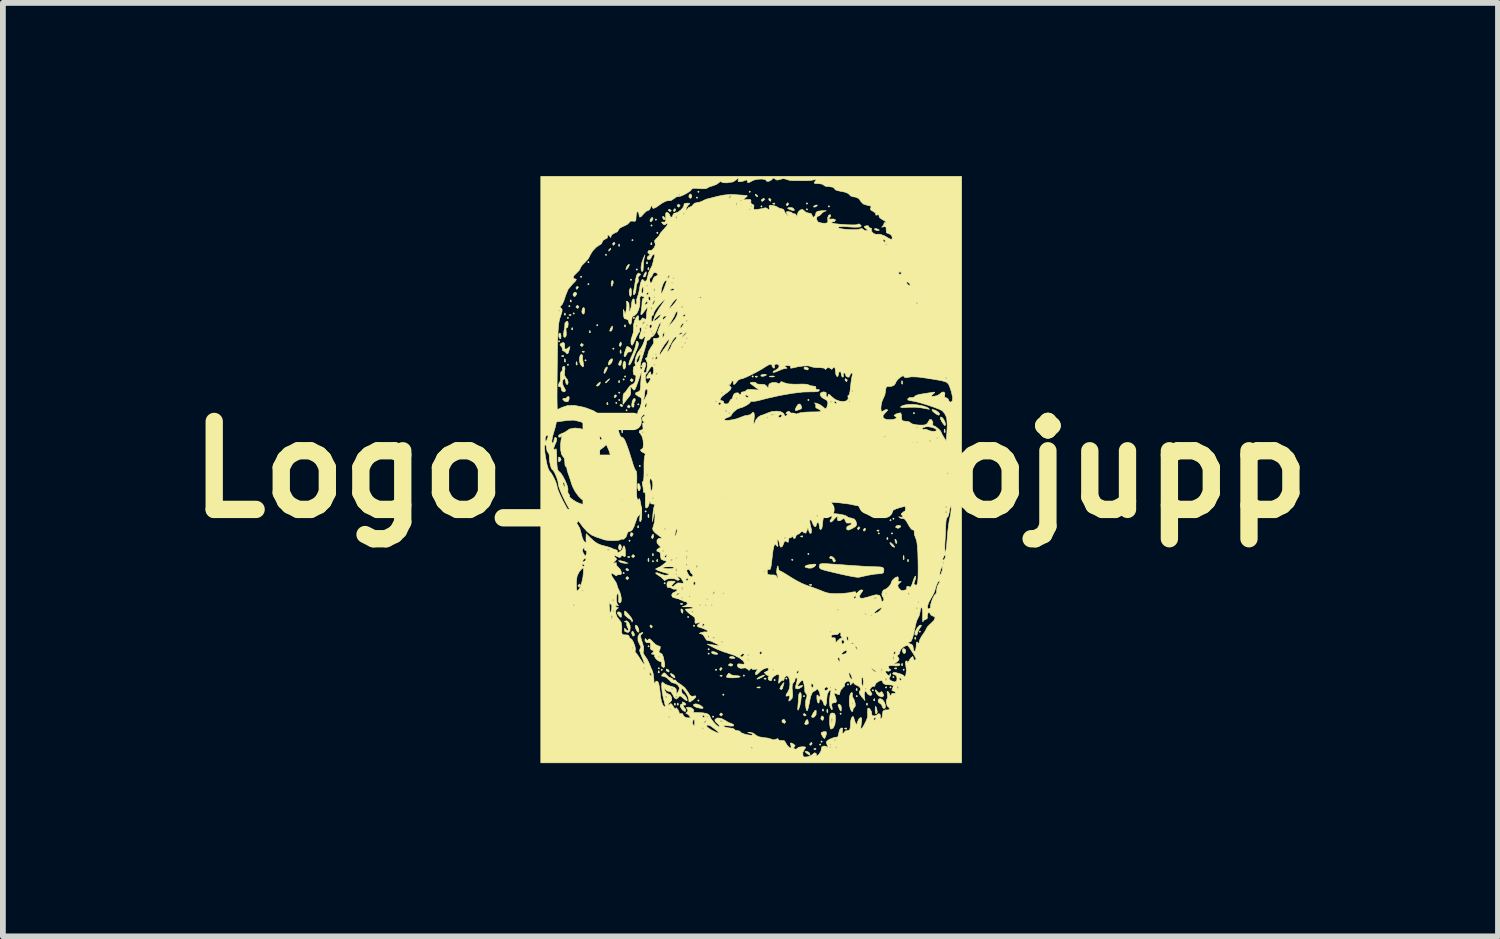
<source format=kicad_pcb>
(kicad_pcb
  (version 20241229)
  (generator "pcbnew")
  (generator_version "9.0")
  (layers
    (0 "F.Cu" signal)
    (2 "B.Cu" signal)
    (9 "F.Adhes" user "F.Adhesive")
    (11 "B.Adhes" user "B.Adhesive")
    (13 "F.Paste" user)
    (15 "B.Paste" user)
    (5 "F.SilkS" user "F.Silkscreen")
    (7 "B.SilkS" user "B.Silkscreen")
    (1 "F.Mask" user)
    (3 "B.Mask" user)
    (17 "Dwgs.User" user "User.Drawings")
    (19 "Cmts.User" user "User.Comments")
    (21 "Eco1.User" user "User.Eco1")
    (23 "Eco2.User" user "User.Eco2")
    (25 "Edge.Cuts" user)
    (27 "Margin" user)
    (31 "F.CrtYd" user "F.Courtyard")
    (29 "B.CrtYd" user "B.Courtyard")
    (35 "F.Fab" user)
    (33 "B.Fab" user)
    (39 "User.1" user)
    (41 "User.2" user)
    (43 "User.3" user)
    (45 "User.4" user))
  (footprint "Logo_Elektrojupp"
    (layer "F.Cu")
    (at 9.95 5.085)
    (property "Reference" "Logo_Elektrojupp" (at 0 0 0) (layer "F.SilkS") (effects (font (size 1.524 1.524) (thickness 0.3))))
    (attr through_hole)
    (fp_poly (pts (xy -3.302 -2.223) (xy -3.315 -2.21) (xy -3.327 -2.223) (xy -3.315 -2.235) (xy -3.302 -2.223)) (stroke (width 0.01) (type solid)) (fill yes) (layer "F.SilkS"))
    (fp_poly (pts (xy -3.15 -2.629) (xy -3.162 -2.616) (xy -3.175 -2.629) (xy -3.162 -2.642) (xy -3.15 -2.629)) (stroke (width 0.01) (type solid)) (fill yes) (layer "F.SilkS"))
    (fp_poly (pts (xy -3.15 -1.816) (xy -3.162 -1.803) (xy -3.175 -1.816) (xy -3.162 -1.829) (xy -3.15 -1.816)) (stroke (width 0.01) (type solid)) (fill yes) (layer "F.SilkS"))
    (fp_poly (pts (xy -3.124 -2.832) (xy -3.137 -2.819) (xy -3.15 -2.832) (xy -3.137 -2.845) (xy -3.124 -2.832)) (stroke (width 0.01) (type solid)) (fill yes) (layer "F.SilkS"))
    (fp_poly (pts (xy -3.048 -2.705) (xy -3.061 -2.692) (xy -3.073 -2.705) (xy -3.061 -2.718) (xy -3.048 -2.705)) (stroke (width 0.01) (type solid)) (fill yes) (layer "F.SilkS"))
    (fp_poly (pts (xy -2.921 -3.34) (xy -2.934 -3.327) (xy -2.946 -3.34) (xy -2.934 -3.353) (xy -2.921 -3.34)) (stroke (width 0.01) (type solid)) (fill yes) (layer "F.SilkS"))
    (fp_poly (pts (xy -2.845 -1.892) (xy -2.857 -1.88) (xy -2.87 -1.892) (xy -2.857 -1.905) (xy -2.845 -1.892)) (stroke (width 0.01) (type solid)) (fill yes) (layer "F.SilkS"))
    (fp_poly (pts (xy -2.794 -3.594) (xy -2.807 -3.581) (xy -2.819 -3.594) (xy -2.807 -3.607) (xy -2.794 -3.594)) (stroke (width 0.01) (type solid)) (fill yes) (layer "F.SilkS"))
    (fp_poly (pts (xy -2.794 -3.213) (xy -2.807 -3.2) (xy -2.819 -3.213) (xy -2.807 -3.226) (xy -2.794 -3.213)) (stroke (width 0.01) (type solid)) (fill yes) (layer "F.SilkS"))
    (fp_poly (pts (xy -2.642 -2.502) (xy -2.654 -2.489) (xy -2.667 -2.502) (xy -2.654 -2.515) (xy -2.642 -2.502)) (stroke (width 0.01) (type solid)) (fill yes) (layer "F.SilkS"))
    (fp_poly (pts (xy -2.489 -3.721) (xy -2.502 -3.708) (xy -2.515 -3.721) (xy -2.502 -3.734) (xy -2.489 -3.721)) (stroke (width 0.01) (type solid)) (fill yes) (layer "F.SilkS"))
    (fp_poly (pts (xy -2.362 -2.095) (xy -2.375 -2.083) (xy -2.388 -2.095) (xy -2.375 -2.108) (xy -2.362 -2.095)) (stroke (width 0.01) (type solid)) (fill yes) (layer "F.SilkS"))
    (fp_poly (pts (xy -2.311 -1.156) (xy -2.324 -1.143) (xy -2.337 -1.156) (xy -2.324 -1.168) (xy -2.311 -1.156)) (stroke (width 0.01) (type solid)) (fill yes) (layer "F.SilkS"))
    (fp_poly (pts (xy -2.261 -1.333) (xy -2.273 -1.321) (xy -2.286 -1.333) (xy -2.273 -1.346) (xy -2.261 -1.333)) (stroke (width 0.01) (type solid)) (fill yes) (layer "F.SilkS"))
    (fp_poly (pts (xy -2.261 -1.206) (xy -2.273 -1.194) (xy -2.286 -1.206) (xy -2.273 -1.219) (xy -2.261 -1.206)) (stroke (width 0.01) (type solid)) (fill yes) (layer "F.SilkS"))
    (fp_poly (pts (xy -2.184 -1.562) (xy -2.197 -1.549) (xy -2.21 -1.562) (xy -2.197 -1.575) (xy -2.184 -1.562)) (stroke (width 0.01) (type solid)) (fill yes) (layer "F.SilkS"))
    (fp_poly (pts (xy -2.184 1.791) (xy -2.197 1.803) (xy -2.21 1.791) (xy -2.197 1.778) (xy -2.184 1.791)) (stroke (width 0.01) (type solid)) (fill yes) (layer "F.SilkS"))
    (fp_poly (pts (xy -2.159 -1.613) (xy -2.172 -1.6) (xy -2.184 -1.613) (xy -2.172 -1.626) (xy -2.159 -1.613)) (stroke (width 0.01) (type solid)) (fill yes) (layer "F.SilkS"))
    (fp_poly (pts (xy -2.134 -1.029) (xy -2.146 -1.016) (xy -2.159 -1.029) (xy -2.146 -1.041) (xy -2.134 -1.029)) (stroke (width 0.01) (type solid)) (fill yes) (layer "F.SilkS"))
    (fp_poly (pts (xy -2.083 1.232) (xy -2.095 1.245) (xy -2.108 1.232) (xy -2.095 1.219) (xy -2.083 1.232)) (stroke (width 0.01) (type solid)) (fill yes) (layer "F.SilkS"))
    (fp_poly (pts (xy -2.057 -3.289) (xy -2.07 -3.277) (xy -2.083 -3.289) (xy -2.07 -3.302) (xy -2.057 -3.289)) (stroke (width 0.01) (type solid)) (fill yes) (layer "F.SilkS"))
    (fp_poly (pts (xy -2.032 -3.975) (xy -2.045 -3.962) (xy -2.057 -3.975) (xy -2.045 -3.988) (xy -2.032 -3.975)) (stroke (width 0.01) (type solid)) (fill yes) (layer "F.SilkS"))
    (fp_poly (pts (xy -2.007 -2.629) (xy -2.019 -2.616) (xy -2.032 -2.629) (xy -2.019 -2.642) (xy -2.007 -2.629)) (stroke (width 0.01) (type solid)) (fill yes) (layer "F.SilkS"))
    (fp_poly (pts (xy -1.956 -3.467) (xy -1.968 -3.454) (xy -1.981 -3.467) (xy -1.968 -3.48) (xy -1.956 -3.467)) (stroke (width 0.01) (type solid)) (fill yes) (layer "F.SilkS"))
    (fp_poly (pts (xy -1.93 -1.13) (xy -1.943 -1.118) (xy -1.956 -1.13) (xy -1.943 -1.143) (xy -1.93 -1.13)) (stroke (width 0.01) (type solid)) (fill yes) (layer "F.SilkS"))
    (fp_poly (pts (xy -1.905 -0.064) (xy -1.918 -0.051) (xy -1.93 -0.064) (xy -1.918 -0.076) (xy -1.905 -0.064)) (stroke (width 0.01) (type solid)) (fill yes) (layer "F.SilkS"))
    (fp_poly (pts (xy -1.88 -1.791) (xy -1.892 -1.778) (xy -1.905 -1.791) (xy -1.892 -1.803) (xy -1.88 -1.791)) (stroke (width 0.01) (type solid)) (fill yes) (layer "F.SilkS"))
    (fp_poly (pts (xy -1.803 0.724) (xy -1.816 0.737) (xy -1.829 0.724) (xy -1.816 0.711) (xy -1.803 0.724)) (stroke (width 0.01) (type solid)) (fill yes) (layer "F.SilkS"))
    (fp_poly (pts (xy -1.753 3.061) (xy -1.765 3.073) (xy -1.778 3.061) (xy -1.765 3.048) (xy -1.753 3.061)) (stroke (width 0.01) (type solid)) (fill yes) (layer "F.SilkS"))
    (fp_poly (pts (xy -1.702 -4.229) (xy -1.714 -4.216) (xy -1.727 -4.229) (xy -1.714 -4.242) (xy -1.702 -4.229)) (stroke (width 0.01) (type solid)) (fill yes) (layer "F.SilkS"))
    (fp_poly (pts (xy -1.676 1.587) (xy -1.689 1.6) (xy -1.702 1.587) (xy -1.689 1.575) (xy -1.676 1.587)) (stroke (width 0.01) (type solid)) (fill yes) (layer "F.SilkS"))
    (fp_poly (pts (xy -1.626 -4.331) (xy -1.638 -4.318) (xy -1.651 -4.331) (xy -1.638 -4.343) (xy -1.626 -4.331)) (stroke (width 0.01) (type solid)) (fill yes) (layer "F.SilkS"))
    (fp_poly (pts (xy -1.6 -4.102) (xy -1.613 -4.089) (xy -1.626 -4.102) (xy -1.613 -4.115) (xy -1.6 -4.102)) (stroke (width 0.01) (type solid)) (fill yes) (layer "F.SilkS"))
    (fp_poly (pts (xy -1.575 3.442) (xy -1.587 3.454) (xy -1.6 3.442) (xy -1.587 3.429) (xy -1.575 3.442)) (stroke (width 0.01) (type solid)) (fill yes) (layer "F.SilkS"))
    (fp_poly (pts (xy -1.524 3.467) (xy -1.537 3.48) (xy -1.549 3.467) (xy -1.537 3.454) (xy -1.524 3.467)) (stroke (width 0.01) (type solid)) (fill yes) (layer "F.SilkS"))
    (fp_poly (pts (xy -1.473 1.968) (xy -1.486 1.981) (xy -1.499 1.968) (xy -1.486 1.956) (xy -1.473 1.968)) (stroke (width 0.01) (type solid)) (fill yes) (layer "F.SilkS"))
    (fp_poly (pts (xy -1.067 2.553) (xy -1.079 2.565) (xy -1.092 2.553) (xy -1.079 2.54) (xy -1.067 2.553)) (stroke (width 0.01) (type solid)) (fill yes) (layer "F.SilkS"))
    (fp_poly (pts (xy -0.965 2.705) (xy -0.978 2.718) (xy -0.991 2.705) (xy -0.978 2.692) (xy -0.965 2.705)) (stroke (width 0.01) (type solid)) (fill yes) (layer "F.SilkS"))
    (fp_poly (pts (xy -0.914 -4.712) (xy -0.927 -4.699) (xy -0.94 -4.712) (xy -0.927 -4.724) (xy -0.914 -4.712)) (stroke (width 0.01) (type solid)) (fill yes) (layer "F.SilkS"))
    (fp_poly (pts (xy -0.889 -4.813) (xy -0.902 -4.801) (xy -0.914 -4.813) (xy -0.902 -4.826) (xy -0.889 -4.813)) (stroke (width 0.01) (type solid)) (fill yes) (layer "F.SilkS"))
    (fp_poly (pts (xy -0.889 4) (xy -0.902 4.013) (xy -0.914 4) (xy -0.902 3.988) (xy -0.889 4)) (stroke (width 0.01) (type solid)) (fill yes) (layer "F.SilkS"))
    (fp_poly (pts (xy -0.711 3.111) (xy -0.724 3.124) (xy -0.737 3.111) (xy -0.724 3.099) (xy -0.711 3.111)) (stroke (width 0.01) (type solid)) (fill yes) (layer "F.SilkS"))
    (fp_poly (pts (xy -0.711 3.188) (xy -0.724 3.2) (xy -0.737 3.188) (xy -0.724 3.175) (xy -0.711 3.188)) (stroke (width 0.01) (type solid)) (fill yes) (layer "F.SilkS"))
    (fp_poly (pts (xy -0.635 4.28) (xy -0.648 4.293) (xy -0.66 4.28) (xy -0.648 4.267) (xy -0.635 4.28)) (stroke (width 0.01) (type solid)) (fill yes) (layer "F.SilkS"))
    (fp_poly (pts (xy -0.584 3.467) (xy -0.597 3.48) (xy -0.61 3.467) (xy -0.597 3.454) (xy -0.584 3.467)) (stroke (width 0.01) (type solid)) (fill yes) (layer "F.SilkS"))
    (fp_poly (pts (xy -0.457 3.899) (xy -0.47 3.912) (xy -0.483 3.899) (xy -0.47 3.886) (xy -0.457 3.899)) (stroke (width 0.01) (type solid)) (fill yes) (layer "F.SilkS"))
    (fp_poly (pts (xy -0.102 3.569) (xy -0.114 3.581) (xy -0.127 3.569) (xy -0.114 3.556) (xy -0.102 3.569)) (stroke (width 0.01) (type solid)) (fill yes) (layer "F.SilkS"))
    (fp_poly (pts (xy 0 -4.813) (xy -0.013 -4.801) (xy -0.025 -4.813) (xy -0.013 -4.826) (xy 0 -4.813)) (stroke (width 0.01) (type solid)) (fill yes) (layer "F.SilkS"))
    (fp_poly (pts (xy 0.051 -1.613) (xy 0.038 -1.6) (xy 0.025 -1.613) (xy 0.038 -1.626) (xy 0.051 -1.613)) (stroke (width 0.01) (type solid)) (fill yes) (layer "F.SilkS"))
    (fp_poly (pts (xy 0.203 -4.559) (xy 0.191 -4.547) (xy 0.178 -4.559) (xy 0.191 -4.572) (xy 0.203 -4.559)) (stroke (width 0.01) (type solid)) (fill yes) (layer "F.SilkS"))
    (fp_poly (pts (xy 0.432 3.645) (xy 0.419 3.658) (xy 0.406 3.645) (xy 0.419 3.632) (xy 0.432 3.645)) (stroke (width 0.01) (type solid)) (fill yes) (layer "F.SilkS"))
    (fp_poly (pts (xy 0.635 3.619) (xy 0.622 3.632) (xy 0.61 3.619) (xy 0.622 3.607) (xy 0.635 3.619)) (stroke (width 0.01) (type solid)) (fill yes) (layer "F.SilkS"))
    (fp_poly (pts (xy 0.737 1.562) (xy 0.724 1.575) (xy 0.711 1.562) (xy 0.724 1.549) (xy 0.737 1.562)) (stroke (width 0.01) (type solid)) (fill yes) (layer "F.SilkS"))
    (fp_poly (pts (xy 0.94 3.924) (xy 0.927 3.937) (xy 0.914 3.924) (xy 0.927 3.912) (xy 0.94 3.924)) (stroke (width 0.01) (type solid)) (fill yes) (layer "F.SilkS"))
    (fp_poly (pts (xy 0.991 -4.61) (xy 0.978 -4.597) (xy 0.965 -4.61) (xy 0.978 -4.623) (xy 0.991 -4.61)) (stroke (width 0.01) (type solid)) (fill yes) (layer "F.SilkS"))
    (fp_poly (pts (xy 0.991 -4.508) (xy 0.978 -4.496) (xy 0.965 -4.508) (xy 0.978 -4.521) (xy 0.991 -4.508)) (stroke (width 0.01) (type solid)) (fill yes) (layer "F.SilkS"))
    (fp_poly (pts (xy 1.016 -1.206) (xy 1.003 -1.194) (xy 0.991 -1.206) (xy 1.003 -1.219) (xy 1.016 -1.206)) (stroke (width 0.01) (type solid)) (fill yes) (layer "F.SilkS"))
    (fp_poly (pts (xy 1.016 1.46) (xy 1.003 1.473) (xy 0.991 1.46) (xy 1.003 1.448) (xy 1.016 1.46)) (stroke (width 0.01) (type solid)) (fill yes) (layer "F.SilkS"))
    (fp_poly (pts (xy 1.219 4.763) (xy 1.206 4.775) (xy 1.194 4.763) (xy 1.206 4.75) (xy 1.219 4.763)) (stroke (width 0.01) (type solid)) (fill yes) (layer "F.SilkS"))
    (fp_poly (pts (xy 1.245 4.712) (xy 1.232 4.724) (xy 1.219 4.712) (xy 1.232 4.699) (xy 1.245 4.712)) (stroke (width 0.01) (type solid)) (fill yes) (layer "F.SilkS"))
    (fp_poly (pts (xy 1.372 -4.559) (xy 1.359 -4.547) (xy 1.346 -4.559) (xy 1.359 -4.572) (xy 1.372 -4.559)) (stroke (width 0.01) (type solid)) (fill yes) (layer "F.SilkS"))
    (fp_poly (pts (xy 1.575 4.229) (xy 1.562 4.242) (xy 1.549 4.229) (xy 1.562 4.216) (xy 1.575 4.229)) (stroke (width 0.01) (type solid)) (fill yes) (layer "F.SilkS"))
    (fp_poly (pts (xy 1.702 3.721) (xy 1.689 3.734) (xy 1.676 3.721) (xy 1.689 3.708) (xy 1.702 3.721)) (stroke (width 0.01) (type solid)) (fill yes) (layer "F.SilkS"))
    (fp_poly (pts (xy 1.854 3.924) (xy 1.841 3.937) (xy 1.829 3.924) (xy 1.841 3.912) (xy 1.854 3.924)) (stroke (width 0.01) (type solid)) (fill yes) (layer "F.SilkS"))
    (fp_poly (pts (xy 2.134 3.823) (xy 2.121 3.835) (xy 2.108 3.823) (xy 2.121 3.81) (xy 2.134 3.823)) (stroke (width 0.01) (type solid)) (fill yes) (layer "F.SilkS"))
    (fp_poly (pts (xy 2.235 1.105) (xy 2.223 1.118) (xy 2.21 1.105) (xy 2.223 1.092) (xy 2.235 1.105)) (stroke (width 0.01) (type solid)) (fill yes) (layer "F.SilkS"))
    (fp_poly (pts (xy 2.362 3.772) (xy 2.349 3.785) (xy 2.337 3.772) (xy 2.349 3.759) (xy 2.362 3.772)) (stroke (width 0.01) (type solid)) (fill yes) (layer "F.SilkS"))
    (fp_poly (pts (xy 2.438 0.876) (xy 2.426 0.889) (xy 2.413 0.876) (xy 2.426 0.864) (xy 2.438 0.876)) (stroke (width 0.01) (type solid)) (fill yes) (layer "F.SilkS"))
    (fp_poly (pts (xy 2.438 3.772) (xy 2.426 3.785) (xy 2.413 3.772) (xy 2.426 3.759) (xy 2.438 3.772)) (stroke (width 0.01) (type solid)) (fill yes) (layer "F.SilkS"))
    (fp_poly (pts (xy 2.464 1.105) (xy 2.451 1.118) (xy 2.438 1.105) (xy 2.451 1.092) (xy 2.464 1.105)) (stroke (width 0.01) (type solid)) (fill yes) (layer "F.SilkS"))
    (fp_poly (pts (xy 2.489 0.851) (xy 2.477 0.864) (xy 2.464 0.851) (xy 2.477 0.838) (xy 2.489 0.851)) (stroke (width 0.01) (type solid)) (fill yes) (layer "F.SilkS"))
    (fp_poly (pts (xy 2.489 3.594) (xy 2.477 3.607) (xy 2.464 3.594) (xy 2.477 3.581) (xy 2.489 3.594)) (stroke (width 0.01) (type solid)) (fill yes) (layer "F.SilkS"))
    (fp_poly (pts (xy 2.667 3.467) (xy 2.654 3.48) (xy 2.642 3.467) (xy 2.654 3.454) (xy 2.667 3.467)) (stroke (width 0.01) (type solid)) (fill yes) (layer "F.SilkS"))
    (fp_poly (pts (xy 2.845 -0.978) (xy 2.832 -0.965) (xy 2.819 -0.978) (xy 2.832 -0.991) (xy 2.845 -0.978)) (stroke (width 0.01) (type solid)) (fill yes) (layer "F.SilkS"))
    (fp_poly (pts (xy 2.946 2.807) (xy 2.934 2.819) (xy 2.921 2.807) (xy 2.934 2.794) (xy 2.946 2.807)) (stroke (width 0.01) (type solid)) (fill yes) (layer "F.SilkS"))
    (fp_poly (pts (xy -3.234 -1.973) (xy -3.238 -1.958) (xy -3.251 -1.956) (xy -3.272 -1.965) (xy -3.268 -1.973) (xy -3.238 -1.976) (xy -3.234 -1.973)) (stroke (width 0.01) (type solid)) (fill yes) (layer "F.SilkS"))
    (fp_poly (pts (xy -3.209 -2.709) (xy -3.206 -2.679) (xy -3.209 -2.675) (xy -3.224 -2.679) (xy -3.226 -2.692) (xy -3.217 -2.713) (xy -3.209 -2.709)) (stroke (width 0.01) (type solid)) (fill yes) (layer "F.SilkS"))
    (fp_poly (pts (xy -3.208 -1.91) (xy -3.205 -1.87) (xy -3.21 -1.861) (xy -3.222 -1.869) (xy -3.224 -1.894) (xy -3.218 -1.922) (xy -3.208 -1.91)) (stroke (width 0.01) (type solid)) (fill yes) (layer "F.SilkS"))
    (fp_poly (pts (xy -3.107 -2.938) (xy -3.104 -2.908) (xy -3.107 -2.904) (xy -3.122 -2.908) (xy -3.124 -2.921) (xy -3.115 -2.942) (xy -3.107 -2.938)) (stroke (width 0.01) (type solid)) (fill yes) (layer "F.SilkS"))
    (fp_poly (pts (xy -3.107 -2.684) (xy -3.111 -2.669) (xy -3.124 -2.667) (xy -3.145 -2.676) (xy -3.141 -2.684) (xy -3.111 -2.687) (xy -3.107 -2.684)) (stroke (width 0.01) (type solid)) (fill yes) (layer "F.SilkS"))
    (fp_poly (pts (xy -3.082 -2.455) (xy -3.079 -2.425) (xy -3.082 -2.421) (xy -3.097 -2.425) (xy -3.099 -2.438) (xy -3.09 -2.459) (xy -3.082 -2.455)) (stroke (width 0.01) (type solid)) (fill yes) (layer "F.SilkS"))
    (fp_poly (pts (xy -3.005 -1.859) (xy -3.002 -1.819) (xy -3.007 -1.81) (xy -3.019 -1.818) (xy -3.021 -1.844) (xy -3.014 -1.871) (xy -3.005 -1.859)) (stroke (width 0.01) (type solid)) (fill yes) (layer "F.SilkS"))
    (fp_poly (pts (xy -2.879 -2.049) (xy -2.882 -2.034) (xy -2.896 -2.032) (xy -2.917 -2.041) (xy -2.913 -2.049) (xy -2.882 -2.052) (xy -2.879 -2.049)) (stroke (width 0.01) (type solid)) (fill yes) (layer "F.SilkS"))
    (fp_poly (pts (xy -2.777 -2.405) (xy -2.774 -2.374) (xy -2.777 -2.371) (xy -2.792 -2.374) (xy -2.794 -2.388) (xy -2.785 -2.409) (xy -2.777 -2.405)) (stroke (width 0.01) (type solid)) (fill yes) (layer "F.SilkS"))
    (fp_poly (pts (xy -2.472 -1.16) (xy -2.469 -1.13) (xy -2.472 -1.126) (xy -2.487 -1.13) (xy -2.489 -1.143) (xy -2.48 -1.164) (xy -2.472 -1.16)) (stroke (width 0.01) (type solid)) (fill yes) (layer "F.SilkS"))
    (fp_poly (pts (xy -2.269 -3.903) (xy -2.266 -3.873) (xy -2.269 -3.869) (xy -2.284 -3.873) (xy -2.286 -3.886) (xy -2.277 -3.907) (xy -2.269 -3.903)) (stroke (width 0.01) (type solid)) (fill yes) (layer "F.SilkS"))
    (fp_poly (pts (xy -2.269 -1.541) (xy -2.266 -1.511) (xy -2.269 -1.507) (xy -2.284 -1.511) (xy -2.286 -1.524) (xy -2.277 -1.545) (xy -2.269 -1.541)) (stroke (width 0.01) (type solid)) (fill yes) (layer "F.SilkS"))
    (fp_poly (pts (xy -2.243 -2.062) (xy -2.24 -2.022) (xy -2.245 -2.013) (xy -2.257 -2.021) (xy -2.259 -2.047) (xy -2.252 -2.074) (xy -2.243 -2.062)) (stroke (width 0.01) (type solid)) (fill yes) (layer "F.SilkS"))
    (fp_poly (pts (xy -2.167 -2.506) (xy -2.164 -2.476) (xy -2.167 -2.472) (xy -2.183 -2.476) (xy -2.184 -2.489) (xy -2.175 -2.51) (xy -2.167 -2.506)) (stroke (width 0.01) (type solid)) (fill yes) (layer "F.SilkS"))
    (fp_poly (pts (xy -2.091 1.507) (xy -2.095 1.522) (xy -2.108 1.524) (xy -2.129 1.515) (xy -2.125 1.507) (xy -2.095 1.504) (xy -2.091 1.507)) (stroke (width 0.01) (type solid)) (fill yes) (layer "F.SilkS"))
    (fp_poly (pts (xy -1.964 -0.794) (xy -1.961 -0.742) (xy -1.964 -0.73) (xy -1.974 -0.727) (xy -1.977 -0.762) (xy -1.973 -0.798) (xy -1.964 -0.794)) (stroke (width 0.01) (type solid)) (fill yes) (layer "F.SilkS"))
    (fp_poly (pts (xy -1.939 0.974) (xy -1.936 1.004) (xy -1.939 1.008) (xy -1.954 1.004) (xy -1.956 0.991) (xy -1.947 0.97) (xy -1.939 0.974)) (stroke (width 0.01) (type solid)) (fill yes) (layer "F.SilkS"))
    (fp_poly (pts (xy -1.786 -3.598) (xy -1.783 -3.568) (xy -1.786 -3.564) (xy -1.802 -3.568) (xy -1.803 -3.581) (xy -1.794 -3.602) (xy -1.786 -3.598)) (stroke (width 0.01) (type solid)) (fill yes) (layer "F.SilkS"))
    (fp_poly (pts (xy -1.761 -3.497) (xy -1.758 -3.467) (xy -1.761 -3.463) (xy -1.776 -3.466) (xy -1.778 -3.48) (xy -1.769 -3.501) (xy -1.761 -3.497)) (stroke (width 0.01) (type solid)) (fill yes) (layer "F.SilkS"))
    (fp_poly (pts (xy -1.761 0.783) (xy -1.758 0.822) (xy -1.763 0.831) (xy -1.774 0.824) (xy -1.776 0.798) (xy -1.77 0.771) (xy -1.761 0.783)) (stroke (width 0.01) (type solid)) (fill yes) (layer "F.SilkS"))
    (fp_poly (pts (xy -1.761 1.545) (xy -1.758 1.584) (xy -1.763 1.593) (xy -1.774 1.586) (xy -1.776 1.56) (xy -1.77 1.533) (xy -1.761 1.545)) (stroke (width 0.01) (type solid)) (fill yes) (layer "F.SilkS"))
    (fp_poly (pts (xy -1.71 -3.929) (xy -1.707 -3.898) (xy -1.71 -3.895) (xy -1.725 -3.898) (xy -1.727 -3.912) (xy -1.718 -3.933) (xy -1.71 -3.929)) (stroke (width 0.01) (type solid)) (fill yes) (layer "F.SilkS"))
    (fp_poly (pts (xy -1.685 1.456) (xy -1.682 1.486) (xy -1.685 1.49) (xy -1.7 1.487) (xy -1.702 1.473) (xy -1.693 1.452) (xy -1.685 1.456)) (stroke (width 0.01) (type solid)) (fill yes) (layer "F.SilkS"))
    (fp_poly (pts (xy -1.609 1.558) (xy -1.606 1.588) (xy -1.609 1.592) (xy -1.624 1.588) (xy -1.626 1.575) (xy -1.616 1.554) (xy -1.609 1.558)) (stroke (width 0.01) (type solid)) (fill yes) (layer "F.SilkS"))
    (fp_poly (pts (xy -1.583 3.488) (xy -1.58 3.518) (xy -1.583 3.522) (xy -1.598 3.519) (xy -1.6 3.505) (xy -1.591 3.484) (xy -1.583 3.488)) (stroke (width 0.01) (type solid)) (fill yes) (layer "F.SilkS"))
    (fp_poly (pts (xy -1.304 4.047) (xy -1.301 4.077) (xy -1.304 4.081) (xy -1.319 4.077) (xy -1.321 4.064) (xy -1.312 4.043) (xy -1.304 4.047)) (stroke (width 0.01) (type solid)) (fill yes) (layer "F.SilkS"))
    (fp_poly (pts (xy -1.253 4.047) (xy -1.25 4.077) (xy -1.253 4.081) (xy -1.268 4.077) (xy -1.27 4.064) (xy -1.261 4.043) (xy -1.253 4.047)) (stroke (width 0.01) (type solid)) (fill yes) (layer "F.SilkS"))
    (fp_poly (pts (xy -1.177 2.32) (xy -1.18 2.335) (xy -1.194 2.337) (xy -1.215 2.328) (xy -1.211 2.32) (xy -1.181 2.317) (xy -1.177 2.32)) (stroke (width 0.01) (type solid)) (fill yes) (layer "F.SilkS"))
    (fp_poly (pts (xy -0.491 3.564) (xy -0.495 3.58) (xy -0.508 3.581) (xy -0.529 3.572) (xy -0.525 3.564) (xy -0.495 3.561) (xy -0.491 3.564)) (stroke (width 0.01) (type solid)) (fill yes) (layer "F.SilkS"))
    (fp_poly (pts (xy 0.119 -1.617) (xy 0.115 -1.602) (xy 0.102 -1.6) (xy 0.081 -1.609) (xy 0.085 -1.617) (xy 0.115 -1.62) (xy 0.119 -1.617)) (stroke (width 0.01) (type solid)) (fill yes) (layer "F.SilkS"))
    (fp_poly (pts (xy 0.171 3.769) (xy 0.163 3.781) (xy 0.138 3.783) (xy 0.11 3.776) (xy 0.122 3.767) (xy 0.162 3.764) (xy 0.171 3.769)) (stroke (width 0.01) (type solid)) (fill yes) (layer "F.SilkS"))
    (fp_poly (pts (xy 0.271 3.615) (xy 0.267 3.63) (xy 0.254 3.632) (xy 0.233 3.623) (xy 0.237 3.615) (xy 0.267 3.612) (xy 0.271 3.615)) (stroke (width 0.01) (type solid)) (fill yes) (layer "F.SilkS"))
    (fp_poly (pts (xy 0.423 -4.614) (xy 0.42 -4.599) (xy 0.406 -4.597) (xy 0.385 -4.607) (xy 0.389 -4.614) (xy 0.42 -4.617) (xy 0.423 -4.614)) (stroke (width 0.01) (type solid)) (fill yes) (layer "F.SilkS"))
    (fp_poly (pts (xy 0.906 1.151) (xy 0.902 1.167) (xy 0.889 1.168) (xy 0.868 1.159) (xy 0.872 1.151) (xy 0.902 1.148) (xy 0.906 1.151)) (stroke (width 0.01) (type solid)) (fill yes) (layer "F.SilkS"))
    (fp_poly (pts (xy 1.058 1.99) (xy 1.055 2.005) (xy 1.041 2.007) (xy 1.02 1.997) (xy 1.024 1.99) (xy 1.055 1.987) (xy 1.058 1.99)) (stroke (width 0.01) (type solid)) (fill yes) (layer "F.SilkS"))
    (fp_poly (pts (xy 1.135 4.834) (xy 1.131 4.85) (xy 1.118 4.851) (xy 1.097 4.842) (xy 1.101 4.834) (xy 1.131 4.831) (xy 1.135 4.834)) (stroke (width 0.01) (type solid)) (fill yes) (layer "F.SilkS"))
    (fp_poly (pts (xy 1.262 4.149) (xy 1.265 4.179) (xy 1.262 4.183) (xy 1.246 4.179) (xy 1.245 4.166) (xy 1.254 4.145) (xy 1.262 4.149)) (stroke (width 0.01) (type solid)) (fill yes) (layer "F.SilkS"))
    (fp_poly (pts (xy 1.338 4.161) (xy 1.341 4.201) (xy 1.336 4.21) (xy 1.325 4.202) (xy 1.323 4.176) (xy 1.329 4.149) (xy 1.338 4.161)) (stroke (width 0.01) (type solid)) (fill yes) (layer "F.SilkS"))
    (fp_poly (pts (xy 1.668 4.479) (xy 1.664 4.494) (xy 1.651 4.496) (xy 1.63 4.487) (xy 1.634 4.479) (xy 1.664 4.476) (xy 1.668 4.479)) (stroke (width 0.01) (type solid)) (fill yes) (layer "F.SilkS"))
    (fp_poly (pts (xy 1.846 3.793) (xy 1.849 3.823) (xy 1.846 3.827) (xy 1.831 3.823) (xy 1.829 3.81) (xy 1.838 3.789) (xy 1.846 3.793)) (stroke (width 0.01) (type solid)) (fill yes) (layer "F.SilkS"))
    (fp_poly (pts (xy 2.024 4.047) (xy 2.027 4.077) (xy 2.024 4.081) (xy 2.008 4.077) (xy 2.007 4.064) (xy 2.016 4.043) (xy 2.024 4.047)) (stroke (width 0.01) (type solid)) (fill yes) (layer "F.SilkS"))
    (fp_poly (pts (xy 2.151 3.971) (xy 2.154 4.001) (xy 2.151 4.005) (xy 2.135 4.001) (xy 2.134 3.988) (xy 2.143 3.967) (xy 2.151 3.971)) (stroke (width 0.01) (type solid)) (fill yes) (layer "F.SilkS"))
    (fp_poly (pts (xy 2.227 1.05) (xy 2.223 1.065) (xy 2.21 1.067) (xy 2.189 1.058) (xy 2.193 1.05) (xy 2.223 1.047) (xy 2.227 1.05)) (stroke (width 0.01) (type solid)) (fill yes) (layer "F.SilkS"))
    (fp_poly (pts (xy 2.379 1.177) (xy 2.382 1.207) (xy 2.379 1.211) (xy 2.364 1.207) (xy 2.362 1.194) (xy 2.371 1.173) (xy 2.379 1.177)) (stroke (width 0.01) (type solid)) (fill yes) (layer "F.SilkS"))
    (fp_poly (pts (xy 2.532 3.437) (xy 2.528 3.453) (xy 2.515 3.454) (xy 2.494 3.445) (xy 2.498 3.437) (xy 2.528 3.434) (xy 2.532 3.437)) (stroke (width 0.01) (type solid)) (fill yes) (layer "F.SilkS"))
    (fp_poly (pts (xy 2.633 3.361) (xy 2.636 3.391) (xy 2.633 3.395) (xy 2.618 3.392) (xy 2.616 3.378) (xy 2.625 3.357) (xy 2.633 3.361)) (stroke (width 0.01) (type solid)) (fill yes) (layer "F.SilkS"))
    (fp_poly (pts (xy 2.634 -1.529) (xy 2.637 -1.489) (xy 2.632 -1.48) (xy 2.62 -1.488) (xy 2.618 -1.513) (xy 2.624 -1.541) (xy 2.634 -1.529)) (stroke (width 0.01) (type solid)) (fill yes) (layer "F.SilkS"))
    (fp_poly (pts (xy 2.658 1.492) (xy 2.662 1.544) (xy 2.658 1.556) (xy 2.649 1.559) (xy 2.646 1.524) (xy 2.65 1.488) (xy 2.658 1.492)) (stroke (width 0.01) (type solid)) (fill yes) (layer "F.SilkS"))
    (fp_poly (pts (xy 2.735 1.558) (xy 2.738 1.588) (xy 2.735 1.592) (xy 2.72 1.588) (xy 2.718 1.575) (xy 2.727 1.554) (xy 2.735 1.558)) (stroke (width 0.01) (type solid)) (fill yes) (layer "F.SilkS"))
    (fp_poly (pts (xy 2.862 2.904) (xy 2.865 2.934) (xy 2.862 2.938) (xy 2.847 2.934) (xy 2.845 2.921) (xy 2.854 2.9) (xy 2.862 2.904)) (stroke (width 0.01) (type solid)) (fill yes) (layer "F.SilkS"))
    (fp_poly (pts (xy 3.37 -0.691) (xy 3.373 -0.651) (xy 3.368 -0.642) (xy 3.357 -0.649) (xy 3.355 -0.675) (xy 3.361 -0.702) (xy 3.37 -0.691)) (stroke (width 0.01) (type solid)) (fill yes) (layer "F.SilkS"))
    (fp_poly (pts (xy -3.292 -2.362) (xy -3.282 -2.324) (xy -3.284 -2.272) (xy -3.299 -2.265) (xy -3.319 -2.3) (xy -3.32 -2.347) (xy -3.311 -2.363) (xy -3.292 -2.362)) (stroke (width 0.01) (type solid)) (fill yes) (layer "F.SilkS"))
    (fp_poly (pts (xy -0.291 3.245) (xy -0.266 3.263) (xy -0.285 3.27) (xy -0.316 3.27) (xy -0.361 3.264) (xy -0.36 3.245) (xy -0.316 3.235) (xy -0.291 3.245)) (stroke (width 0.01) (type solid)) (fill yes) (layer "F.SilkS"))
    (fp_poly (pts (xy 0.098 -4.765) (xy 0.125 -4.741) (xy 0.127 -4.736) (xy 0.115 -4.725) (xy 0.09 -4.749) (xy 0.086 -4.754) (xy 0.083 -4.771) (xy 0.098 -4.765)) (stroke (width 0.01) (type solid)) (fill yes) (layer "F.SilkS"))
    (fp_poly (pts (xy 1.156 -4.572) (xy 1.128 -4.551) (xy 1.099 -4.547) (xy 1.092 -4.557) (xy 1.112 -4.573) (xy 1.132 -4.582) (xy 1.158 -4.583) (xy 1.156 -4.572)) (stroke (width 0.01) (type solid)) (fill yes) (layer "F.SilkS"))
    (fp_poly (pts (xy 2.184 -4.173) (xy 2.228 -4.156) (xy 2.228 -4.143) (xy 2.199 -4.14) (xy 2.156 -4.154) (xy 2.148 -4.163) (xy 2.156 -4.176) (xy 2.184 -4.173)) (stroke (width 0.01) (type solid)) (fill yes) (layer "F.SilkS"))
    (fp_poly (pts (xy 2.518 1.212) (xy 2.519 1.213) (xy 2.537 1.257) (xy 2.535 1.273) (xy 2.522 1.279) (xy 2.508 1.247) (xy 2.502 1.207) (xy 2.518 1.212)) (stroke (width 0.01) (type solid)) (fill yes) (layer "F.SilkS"))
    (fp_poly (pts (xy 2.686 3.118) (xy 2.691 3.156) (xy 2.67 3.186) (xy 2.647 3.177) (xy 2.634 3.149) (xy 2.636 3.107) (xy 2.657 3.099) (xy 2.686 3.118)) (stroke (width 0.01) (type solid)) (fill yes) (layer "F.SilkS"))
    (fp_poly (pts (xy -3.303 -0.214) (xy -3.297 -0.208) (xy -3.28 -0.174) (xy -3.297 -0.147) (xy -3.32 -0.135) (xy -3.327 -0.166) (xy -3.327 -0.178) (xy -3.322 -0.218) (xy -3.303 -0.214)) (stroke (width 0.01) (type solid)) (fill yes) (layer "F.SilkS"))
    (fp_poly (pts (xy -3.01 -3.057) (xy -3.013 -3.035) (xy -3.038 -3.002) (xy -3.051 -2.997) (xy -3.071 -3.018) (xy -3.073 -3.035) (xy -3.053 -3.069) (xy -3.036 -3.073) (xy -3.01 -3.057)) (stroke (width 0.01) (type solid)) (fill yes) (layer "F.SilkS"))
    (fp_poly (pts (xy -2.981 -3.159) (xy -2.985 -3.15) (xy -3.007 -3.125) (xy -3.011 -3.124) (xy -3.022 -3.144) (xy -3.023 -3.15) (xy -3.003 -3.174) (xy -2.996 -3.175) (xy -2.981 -3.159)) (stroke (width 0.01) (type solid)) (fill yes) (layer "F.SilkS"))
    (fp_poly (pts (xy -2.973 -2.825) (xy -2.972 -2.819) (xy -2.991 -2.795) (xy -2.997 -2.794) (xy -3.022 -2.813) (xy -3.023 -2.819) (xy -3.003 -2.844) (xy -2.997 -2.845) (xy -2.973 -2.825)) (stroke (width 0.01) (type solid)) (fill yes) (layer "F.SilkS"))
    (fp_poly (pts (xy -2.947 2.001) (xy -2.946 2.007) (xy -2.966 2.031) (xy -2.973 2.032) (xy -2.988 2.016) (xy -2.985 2.007) (xy -2.962 1.982) (xy -2.958 1.981) (xy -2.947 2.001)) (stroke (width 0.01) (type solid)) (fill yes) (layer "F.SilkS"))
    (fp_poly (pts (xy -2.896 -2.165) (xy -2.896 -2.159) (xy -2.915 -2.134) (xy -2.921 -2.134) (xy -2.946 -2.153) (xy -2.946 -2.159) (xy -2.927 -2.184) (xy -2.921 -2.184) (xy -2.896 -2.165)) (stroke (width 0.01) (type solid)) (fill yes) (layer "F.SilkS"))
    (fp_poly (pts (xy -2.877 -2.798) (xy -2.87 -2.757) (xy -2.879 -2.709) (xy -2.896 -2.692) (xy -2.916 -2.714) (xy -2.921 -2.742) (xy -2.909 -2.79) (xy -2.896 -2.807) (xy -2.877 -2.798)) (stroke (width 0.01) (type solid)) (fill yes) (layer "F.SilkS"))
    (fp_poly (pts (xy -2.603 -1.498) (xy -2.606 -1.489) (xy -2.628 -1.458) (xy -2.656 -1.445) (xy -2.667 -1.457) (xy -2.65 -1.479) (xy -2.628 -1.499) (xy -2.601 -1.518) (xy -2.603 -1.498)) (stroke (width 0.01) (type solid)) (fill yes) (layer "F.SilkS"))
    (fp_poly (pts (xy -2.446 -1.561) (xy -2.461 -1.543) (xy -2.498 -1.504) (xy -2.514 -1.504) (xy -2.515 -1.508) (xy -2.497 -1.529) (xy -2.47 -1.553) (xy -2.44 -1.575) (xy -2.446 -1.561)) (stroke (width 0.01) (type solid)) (fill yes) (layer "F.SilkS"))
    (fp_poly (pts (xy -2.421 -3.819) (xy -2.426 -3.81) (xy -2.45 -3.786) (xy -2.454 -3.785) (xy -2.456 -3.801) (xy -2.451 -3.81) (xy -2.427 -3.834) (xy -2.423 -3.835) (xy -2.421 -3.819)) (stroke (width 0.01) (type solid)) (fill yes) (layer "F.SilkS"))
    (fp_poly (pts (xy -2.377 -3.256) (xy -2.38 -3.226) (xy -2.395 -3.185) (xy -2.403 -3.175) (xy -2.411 -3.196) (xy -2.413 -3.226) (xy -2.403 -3.267) (xy -2.39 -3.277) (xy -2.377 -3.256)) (stroke (width 0.01) (type solid)) (fill yes) (layer "F.SilkS"))
    (fp_poly (pts (xy -2.346 -3.921) (xy -2.349 -3.912) (xy -2.372 -3.887) (xy -2.376 -3.886) (xy -2.387 -3.906) (xy -2.388 -3.912) (xy -2.368 -3.936) (xy -2.361 -3.937) (xy -2.346 -3.921)) (stroke (width 0.01) (type solid)) (fill yes) (layer "F.SilkS"))
    (fp_poly (pts (xy -2.32 -1.28) (xy -2.324 -1.27) (xy -2.347 -1.246) (xy -2.351 -1.245) (xy -2.362 -1.264) (xy -2.362 -1.27) (xy -2.343 -1.294) (xy -2.335 -1.295) (xy -2.32 -1.28)) (stroke (width 0.01) (type solid)) (fill yes) (layer "F.SilkS"))
    (fp_poly (pts (xy -2.242 2.485) (xy -2.235 2.515) (xy -2.238 2.557) (xy -2.254 2.555) (xy -2.28 2.527) (xy -2.309 2.485) (xy -2.296 2.466) (xy -2.273 2.464) (xy -2.242 2.485)) (stroke (width 0.01) (type solid)) (fill yes) (layer "F.SilkS"))
    (fp_poly (pts (xy -2.24 1.317) (xy -2.235 1.346) (xy -2.246 1.387) (xy -2.261 1.397) (xy -2.281 1.376) (xy -2.286 1.346) (xy -2.275 1.305) (xy -2.261 1.295) (xy -2.24 1.317)) (stroke (width 0.01) (type solid)) (fill yes) (layer "F.SilkS"))
    (fp_poly (pts (xy -2.236 -2.189) (xy -2.235 -2.172) (xy -2.248 -2.138) (xy -2.26 -2.134) (xy -2.274 -2.152) (xy -2.27 -2.172) (xy -2.252 -2.205) (xy -2.245 -2.21) (xy -2.236 -2.189)) (stroke (width 0.01) (type solid)) (fill yes) (layer "F.SilkS"))
    (fp_poly (pts (xy -2.235 -1.13) (xy -2.211 -1.107) (xy -2.21 -1.103) (xy -2.229 -1.092) (xy -2.235 -1.092) (xy -2.26 -1.112) (xy -2.261 -1.119) (xy -2.245 -1.134) (xy -2.235 -1.13)) (stroke (width 0.01) (type solid)) (fill yes) (layer "F.SilkS"))
    (fp_poly (pts (xy -2.218 -0.73) (xy -2.214 -0.666) (xy -2.218 -0.641) (xy -2.225 -0.633) (xy -2.229 -0.669) (xy -2.229 -0.686) (xy -2.227 -0.732) (xy -2.22 -0.737) (xy -2.218 -0.73)) (stroke (width 0.01) (type solid)) (fill yes) (layer "F.SilkS"))
    (fp_poly (pts (xy -2.134 1.714) (xy -2.109 1.737) (xy -2.108 1.741) (xy -2.128 1.752) (xy -2.134 1.753) (xy -2.158 1.733) (xy -2.159 1.726) (xy -2.143 1.711) (xy -2.134 1.714)) (stroke (width 0.01) (type solid)) (fill yes) (layer "F.SilkS"))
    (fp_poly (pts (xy -2.109 1.874) (xy -2.108 1.88) (xy -2.128 1.904) (xy -2.134 1.905) (xy -2.158 1.886) (xy -2.159 1.88) (xy -2.14 1.855) (xy -2.134 1.854) (xy -2.109 1.874)) (stroke (width 0.01) (type solid)) (fill yes) (layer "F.SilkS"))
    (fp_poly (pts (xy -2.099 -3.555) (xy -2.103 -3.528) (xy -2.123 -3.494) (xy -2.15 -3.465) (xy -2.159 -3.469) (xy -2.147 -3.507) (xy -2.123 -3.544) (xy -2.102 -3.557) (xy -2.099 -3.555)) (stroke (width 0.01) (type solid)) (fill yes) (layer "F.SilkS"))
    (fp_poly (pts (xy -2.084 -1.098) (xy -2.083 -1.092) (xy -2.102 -1.068) (xy -2.108 -1.067) (xy -2.133 -1.086) (xy -2.134 -1.092) (xy -2.114 -1.117) (xy -2.108 -1.118) (xy -2.084 -1.098)) (stroke (width 0.01) (type solid)) (fill yes) (layer "F.SilkS"))
    (fp_poly (pts (xy -2.033 -1.555) (xy -2.032 -1.549) (xy -2.051 -1.525) (xy -2.057 -1.524) (xy -2.082 -1.543) (xy -2.083 -1.549) (xy -2.063 -1.574) (xy -2.057 -1.575) (xy -2.033 -1.555)) (stroke (width 0.01) (type solid)) (fill yes) (layer "F.SilkS"))
    (fp_poly (pts (xy -2.033 1.11) (xy -2.032 1.116) (xy -2.05 1.151) (xy -2.057 1.156) (xy -2.079 1.15) (xy -2.083 1.132) (xy -2.07 1.097) (xy -2.057 1.092) (xy -2.033 1.11)) (stroke (width 0.01) (type solid)) (fill yes) (layer "F.SilkS"))
    (fp_poly (pts (xy -2.029 2.812) (xy -2.009 2.854) (xy -2.011 2.87) (xy -2.031 2.885) (xy -2.039 2.88) (xy -2.056 2.841) (xy -2.057 2.823) (xy -2.049 2.799) (xy -2.029 2.812)) (stroke (width 0.01) (type solid)) (fill yes) (layer "F.SilkS"))
    (fp_poly (pts (xy -2.007 1.493) (xy -2.007 1.499) (xy -2.026 1.523) (xy -2.032 1.524) (xy -2.057 1.505) (xy -2.057 1.499) (xy -2.038 1.474) (xy -2.032 1.473) (xy -2.007 1.493)) (stroke (width 0.01) (type solid)) (fill yes) (layer "F.SilkS"))
    (fp_poly (pts (xy -1.703 2.711) (xy -1.702 2.718) (xy -1.71 2.743) (xy -1.713 2.743) (xy -1.735 2.725) (xy -1.74 2.718) (xy -1.738 2.694) (xy -1.729 2.692) (xy -1.703 2.711)) (stroke (width 0.01) (type solid)) (fill yes) (layer "F.SilkS"))
    (fp_poly (pts (xy -1.688 -4.35) (xy -1.693 -4.331) (xy -1.717 -4.297) (xy -1.729 -4.293) (xy -1.741 -4.311) (xy -1.736 -4.331) (xy -1.712 -4.364) (xy -1.7 -4.369) (xy -1.688 -4.35)) (stroke (width 0.01) (type solid)) (fill yes) (layer "F.SilkS"))
    (fp_poly (pts (xy -1.678 1.138) (xy -1.676 1.156) (xy -1.69 1.19) (xy -1.701 1.194) (xy -1.715 1.175) (xy -1.711 1.156) (xy -1.693 1.122) (xy -1.686 1.118) (xy -1.678 1.138)) (stroke (width 0.01) (type solid)) (fill yes) (layer "F.SilkS"))
    (fp_poly (pts (xy -1.494 -4.374) (xy -1.475 -4.342) (xy -1.477 -4.331) (xy -1.504 -4.332) (xy -1.507 -4.335) (xy -1.524 -4.374) (xy -1.524 -4.378) (xy -1.511 -4.388) (xy -1.494 -4.374)) (stroke (width 0.01) (type solid)) (fill yes) (layer "F.SilkS"))
    (fp_poly (pts (xy -1.415 3.473) (xy -1.41 3.48) (xy -1.411 3.503) (xy -1.419 3.505) (xy -1.455 3.487) (xy -1.46 3.48) (xy -1.459 3.456) (xy -1.451 3.454) (xy -1.415 3.473)) (stroke (width 0.01) (type solid)) (fill yes) (layer "F.SilkS"))
    (fp_poly (pts (xy -1.397 -4.508) (xy -1.373 -4.486) (xy -1.372 -4.482) (xy -1.391 -4.471) (xy -1.397 -4.47) (xy -1.421 -4.49) (xy -1.422 -4.497) (xy -1.407 -4.512) (xy -1.397 -4.508)) (stroke (width 0.01) (type solid)) (fill yes) (layer "F.SilkS"))
    (fp_poly (pts (xy -1.342 3.548) (xy -1.321 3.569) (xy -1.306 3.599) (xy -1.315 3.607) (xy -1.35 3.589) (xy -1.372 3.569) (xy -1.387 3.538) (xy -1.378 3.531) (xy -1.342 3.548)) (stroke (width 0.01) (type solid)) (fill yes) (layer "F.SilkS"))
    (fp_poly (pts (xy -1.296 -4.502) (xy -1.295 -4.496) (xy -1.315 -4.471) (xy -1.322 -4.47) (xy -1.337 -4.486) (xy -1.333 -4.496) (xy -1.311 -4.52) (xy -1.307 -4.521) (xy -1.296 -4.502)) (stroke (width 0.01) (type solid)) (fill yes) (layer "F.SilkS"))
    (fp_poly (pts (xy -1.22 -4.578) (xy -1.219 -4.572) (xy -1.239 -4.547) (xy -1.245 -4.547) (xy -1.269 -4.566) (xy -1.27 -4.572) (xy -1.251 -4.597) (xy -1.245 -4.597) (xy -1.22 -4.578)) (stroke (width 0.01) (type solid)) (fill yes) (layer "F.SilkS"))
    (fp_poly (pts (xy -1.171 2.434) (xy -1.168 2.451) (xy -1.174 2.485) (xy -1.178 2.489) (xy -1.195 2.469) (xy -1.203 2.451) (xy -1.204 2.418) (xy -1.193 2.413) (xy -1.171 2.434)) (stroke (width 0.01) (type solid)) (fill yes) (layer "F.SilkS"))
    (fp_poly (pts (xy -1.019 -4.755) (xy -1.016 -4.737) (xy -1.03 -4.703) (xy -1.041 -4.699) (xy -1.064 -4.72) (xy -1.067 -4.737) (xy -1.053 -4.771) (xy -1.041 -4.775) (xy -1.019 -4.755)) (stroke (width 0.01) (type solid)) (fill yes) (layer "F.SilkS"))
    (fp_poly (pts (xy -0.491 3.445) (xy -0.495 3.454) (xy -0.518 3.479) (xy -0.522 3.48) (xy -0.533 3.46) (xy -0.533 3.454) (xy -0.514 3.43) (xy -0.507 3.429) (xy -0.491 3.445)) (stroke (width 0.01) (type solid)) (fill yes) (layer "F.SilkS"))
    (fp_poly (pts (xy -0.483 4.236) (xy -0.483 4.242) (xy -0.502 4.266) (xy -0.508 4.267) (xy -0.533 4.248) (xy -0.533 4.242) (xy -0.514 4.217) (xy -0.508 4.216) (xy -0.483 4.236)) (stroke (width 0.01) (type solid)) (fill yes) (layer "F.SilkS"))
    (fp_poly (pts (xy -0.309 3.373) (xy -0.305 3.382) (xy -0.325 3.401) (xy -0.343 3.404) (xy -0.377 3.392) (xy -0.381 3.382) (xy -0.36 3.364) (xy -0.343 3.361) (xy -0.309 3.373)) (stroke (width 0.01) (type solid)) (fill yes) (layer "F.SilkS"))
    (fp_poly (pts (xy 0.245 -4.683) (xy 0.241 -4.674) (xy 0.208 -4.649) (xy 0.2 -4.648) (xy 0.186 -4.664) (xy 0.191 -4.674) (xy 0.224 -4.698) (xy 0.232 -4.699) (xy 0.245 -4.683)) (stroke (width 0.01) (type solid)) (fill yes) (layer "F.SilkS"))
    (fp_poly (pts (xy 0.27 -1.647) (xy 0.279 -1.641) (xy 0.258 -1.628) (xy 0.229 -1.618) (xy 0.188 -1.617) (xy 0.178 -1.628) (xy 0.199 -1.647) (xy 0.229 -1.651) (xy 0.27 -1.647)) (stroke (width 0.01) (type solid)) (fill yes) (layer "F.SilkS"))
    (fp_poly (pts (xy 0.355 -4.681) (xy 0.356 -4.674) (xy 0.347 -4.649) (xy 0.344 -4.648) (xy 0.323 -4.666) (xy 0.318 -4.674) (xy 0.32 -4.697) (xy 0.329 -4.699) (xy 0.355 -4.681)) (stroke (width 0.01) (type solid)) (fill yes) (layer "F.SilkS"))
    (fp_poly (pts (xy 0.413 -1.617) (xy 0.414 -1.609) (xy 0.374 -1.605) (xy 0.368 -1.605) (xy 0.329 -1.609) (xy 0.333 -1.617) (xy 0.337 -1.618) (xy 0.392 -1.622) (xy 0.413 -1.617)) (stroke (width 0.01) (type solid)) (fill yes) (layer "F.SilkS"))
    (fp_poly (pts (xy 0.593 4.336) (xy 0.609 4.371) (xy 0.593 4.393) (xy 0.586 4.394) (xy 0.551 4.376) (xy 0.547 4.371) (xy 0.548 4.34) (xy 0.575 4.327) (xy 0.593 4.336)) (stroke (width 0.01) (type solid)) (fill yes) (layer "F.SilkS"))
    (fp_poly (pts (xy 0.66 -4.603) (xy 0.66 -4.597) (xy 0.641 -4.573) (xy 0.633 -4.572) (xy 0.618 -4.588) (xy 0.622 -4.597) (xy 0.645 -4.622) (xy 0.649 -4.623) (xy 0.66 -4.603)) (stroke (width 0.01) (type solid)) (fill yes) (layer "F.SilkS"))
    (fp_poly (pts (xy 0.722 -4.537) (xy 0.744 -4.524) (xy 0.763 -4.494) (xy 0.741 -4.486) (xy 0.686 -4.503) (xy 0.645 -4.523) (xy 0.649 -4.534) (xy 0.669 -4.54) (xy 0.722 -4.537)) (stroke (width 0.01) (type solid)) (fill yes) (layer "F.SilkS"))
    (fp_poly (pts (xy 0.94 4.229) (xy 0.964 4.252) (xy 0.965 4.256) (xy 0.946 4.267) (xy 0.94 4.267) (xy 0.915 4.248) (xy 0.914 4.24) (xy 0.93 4.225) (xy 0.94 4.229)) (stroke (width 0.01) (type solid)) (fill yes) (layer "F.SilkS"))
    (fp_poly (pts (xy 0.993 -1.763) (xy 1.003 -1.753) (xy 0.998 -1.731) (xy 0.981 -1.727) (xy 0.937 -1.742) (xy 0.927 -1.753) (xy 0.933 -1.775) (xy 0.95 -1.778) (xy 0.993 -1.763)) (stroke (width 0.01) (type solid)) (fill yes) (layer "F.SilkS"))
    (fp_poly (pts (xy 1.013 4.897) (xy 1.025 4.915) (xy 1.034 4.947) (xy 1.019 4.946) (xy 0.976 4.916) (xy 0.945 4.888) (xy 0.955 4.878) (xy 0.969 4.878) (xy 1.013 4.897)) (stroke (width 0.01) (type solid)) (fill yes) (layer "F.SilkS"))
    (fp_poly (pts (xy 1.067 4.744) (xy 1.067 4.75) (xy 1.047 4.774) (xy 1.04 4.775) (xy 1.025 4.76) (xy 1.029 4.75) (xy 1.052 4.726) (xy 1.056 4.724) (xy 1.067 4.744)) (stroke (width 0.01) (type solid)) (fill yes) (layer "F.SilkS"))
    (fp_poly (pts (xy 1.267 4.288) (xy 1.27 4.305) (xy 1.256 4.339) (xy 1.245 4.343) (xy 1.222 4.323) (xy 1.219 4.305) (xy 1.233 4.271) (xy 1.245 4.267) (xy 1.267 4.288)) (stroke (width 0.01) (type solid)) (fill yes) (layer "F.SilkS"))
    (fp_poly (pts (xy 1.675 -1.556) (xy 1.676 -1.549) (xy 1.668 -1.525) (xy 1.665 -1.524) (xy 1.644 -1.542) (xy 1.638 -1.549) (xy 1.64 -1.573) (xy 1.649 -1.575) (xy 1.675 -1.556)) (stroke (width 0.01) (type solid)) (fill yes) (layer "F.SilkS"))
    (fp_poly (pts (xy 1.896 1.006) (xy 1.892 1.016) (xy 1.869 1.04) (xy 1.865 1.041) (xy 1.854 1.022) (xy 1.854 1.016) (xy 1.874 0.992) (xy 1.881 0.991) (xy 1.896 1.006)) (stroke (width 0.01) (type solid)) (fill yes) (layer "F.SilkS"))
    (fp_poly (pts (xy 1.998 1.032) (xy 1.994 1.041) (xy 1.971 1.066) (xy 1.967 1.067) (xy 1.956 1.047) (xy 1.956 1.041) (xy 1.975 1.017) (xy 1.983 1.016) (xy 1.998 1.032)) (stroke (width 0.01) (type solid)) (fill yes) (layer "F.SilkS"))
    (fp_poly (pts (xy 2.459 1.289) (xy 2.47 1.3) (xy 2.496 1.334) (xy 2.492 1.346) (xy 2.459 1.329) (xy 2.438 1.307) (xy 2.414 1.27) (xy 2.424 1.263) (xy 2.459 1.289)) (stroke (width 0.01) (type solid)) (fill yes) (layer "F.SilkS"))
    (fp_poly (pts (xy 2.602 0.975) (xy 2.603 0.991) (xy 2.567 1.014) (xy 2.551 1.016) (xy 2.518 1.002) (xy 2.515 0.991) (xy 2.536 0.97) (xy 2.567 0.965) (xy 2.602 0.975)) (stroke (width 0.01) (type solid)) (fill yes) (layer "F.SilkS"))
    (fp_poly (pts (xy -2.48 -1.777) (xy -2.482 -1.749) (xy -2.503 -1.702) (xy -2.528 -1.667) (xy -2.539 -1.675) (xy -2.539 -1.676) (xy -2.529 -1.722) (xy -2.508 -1.763) (xy -2.485 -1.78) (xy -2.48 -1.777)) (stroke (width 0.01) (type solid)) (fill yes) (layer "F.SilkS"))
    (fp_poly (pts (xy -2.388 -2.465) (xy -2.388 -2.459) (xy -2.401 -2.413) (xy -2.413 -2.4) (xy -2.436 -2.399) (xy -2.438 -2.405) (xy -2.425 -2.442) (xy -2.413 -2.464) (xy -2.393 -2.488) (xy -2.388 -2.465)) (stroke (width 0.01) (type solid)) (fill yes) (layer "F.SilkS"))
    (fp_poly (pts (xy -2.261 1.577) (xy -2.206 1.588) (xy -2.172 1.6) (xy -2.121 1.622) (xy -2.172 1.623) (xy -2.234 1.613) (xy -2.261 1.6) (xy -2.286 1.581) (xy -2.267 1.577) (xy -2.261 1.577)) (stroke (width 0.01) (type solid)) (fill yes) (layer "F.SilkS"))
    (fp_poly (pts (xy -2.236 -1.874) (xy -2.236 -1.861) (xy -2.245 -1.816) (xy -2.261 -1.803) (xy -2.285 -1.818) (xy -2.286 -1.822) (xy -2.273 -1.858) (xy -2.261 -1.88) (xy -2.242 -1.9) (xy -2.236 -1.874)) (stroke (width 0.01) (type solid)) (fill yes) (layer "F.SilkS"))
    (fp_poly (pts (xy -1.968 2.702) (xy -1.955 2.719) (xy -1.935 2.765) (xy -1.932 2.806) (xy -1.942 2.819) (xy -1.962 2.8) (xy -1.982 2.766) (xy -1.997 2.72) (xy -1.99 2.694) (xy -1.968 2.702)) (stroke (width 0.01) (type solid)) (fill yes) (layer "F.SilkS"))
    (fp_poly (pts (xy -1.931 0.244) (xy -1.928 0.246) (xy -1.91 0.291) (xy -1.909 0.33) (xy -1.923 0.366) (xy -1.937 0.366) (xy -1.951 0.328) (xy -1.956 0.283) (xy -1.95 0.24) (xy -1.931 0.244)) (stroke (width 0.01) (type solid)) (fill yes) (layer "F.SilkS"))
    (fp_poly (pts (xy -1.804 -3.405) (xy -1.804 -3.399) (xy -1.817 -3.353) (xy -1.829 -3.34) (xy -1.852 -3.338) (xy -1.854 -3.345) (xy -1.841 -3.382) (xy -1.829 -3.404) (xy -1.809 -3.427) (xy -1.804 -3.405)) (stroke (width 0.01) (type solid)) (fill yes) (layer "F.SilkS"))
    (fp_poly (pts (xy -0.592 3.17) (xy -0.584 3.175) (xy -0.564 3.194) (xy -0.589 3.2) (xy -0.602 3.2) (xy -0.653 3.19) (xy -0.673 3.175) (xy -0.671 3.154) (xy -0.639 3.152) (xy -0.592 3.17)) (stroke (width 0.01) (type solid)) (fill yes) (layer "F.SilkS"))
    (fp_poly (pts (xy 0.88 -1.104) (xy 0.889 -1.069) (xy 0.871 -1.049) (xy 0.819 -1.03) (xy 0.78 -1.022) (xy 0.775 -1.039) (xy 0.791 -1.078) (xy 0.826 -1.132) (xy 0.858 -1.137) (xy 0.88 -1.104)) (stroke (width 0.01) (type solid)) (fill yes) (layer "F.SilkS"))
    (fp_poly (pts (xy 0.998 4.351) (xy 1.003 4.393) (xy 0.997 4.404) (xy 0.964 4.419) (xy 0.941 4.407) (xy 0.94 4.401) (xy 0.953 4.364) (xy 0.962 4.348) (xy 0.983 4.328) (xy 0.998 4.351)) (stroke (width 0.01) (type solid)) (fill yes) (layer "F.SilkS"))
    (fp_poly (pts (xy 1.136 4.171) (xy 1.139 4.18) (xy 1.137 4.243) (xy 1.107 4.285) (xy 1.081 4.293) (xy 1.06 4.286) (xy 1.065 4.259) (xy 1.087 4.217) (xy 1.119 4.171) (xy 1.136 4.171)) (stroke (width 0.01) (type solid)) (fill yes) (layer "F.SilkS"))
    (fp_poly (pts (xy 1.31 4.54) (xy 1.317 4.574) (xy 1.3 4.629) (xy 1.284 4.658) (xy 1.265 4.645) (xy 1.251 4.623) (xy 1.224 4.575) (xy 1.23 4.553) (xy 1.27 4.539) (xy 1.31 4.54)) (stroke (width 0.01) (type solid)) (fill yes) (layer "F.SilkS"))
    (fp_poly (pts (xy 1.567 4.086) (xy 1.575 4.128) (xy 1.572 4.179) (xy 1.562 4.183) (xy 1.538 4.14) (xy 1.533 4.127) (xy 1.516 4.081) (xy 1.528 4.065) (xy 1.539 4.064) (xy 1.567 4.086)) (stroke (width 0.01) (type solid)) (fill yes) (layer "F.SilkS"))
    (fp_poly (pts (xy 2.185 4.133) (xy 2.187 4.138) (xy 2.197 4.202) (xy 2.185 4.226) (xy 2.167 4.227) (xy 2.161 4.181) (xy 2.161 4.164) (xy 2.163 4.109) (xy 2.169 4.1) (xy 2.185 4.133)) (stroke (width 0.01) (type solid)) (fill yes) (layer "F.SilkS"))
    (fp_poly (pts (xy -2.388 -1.901) (xy -2.388 -1.899) (xy -2.406 -1.851) (xy -2.426 -1.829) (xy -2.456 -1.811) (xy -2.464 -1.833) (xy -2.464 -1.835) (xy -2.446 -1.883) (xy -2.426 -1.905) (xy -2.396 -1.923) (xy -2.388 -1.901)) (stroke (width 0.01) (type solid)) (fill yes) (layer "F.SilkS"))
    (fp_poly (pts (xy -2.165 -1.858) (xy -2.159 -1.818) (xy -2.168 -1.764) (xy -2.184 -1.74) (xy -2.202 -1.75) (xy -2.21 -1.799) (xy -2.21 -1.802) (xy -2.203 -1.856) (xy -2.185 -1.88) (xy -2.184 -1.88) (xy -2.165 -1.858)) (stroke (width 0.01) (type solid)) (fill yes) (layer "F.SilkS"))
    (fp_poly (pts (xy -2.068 -3.133) (xy -2.064 -3.118) (xy -2.061 -3.053) (xy -2.064 -3.029) (xy -2.075 -2.998) (xy -2.088 -3.014) (xy -2.094 -3.029) (xy -2.101 -3.09) (xy -2.094 -3.118) (xy -2.078 -3.149) (xy -2.068 -3.133)) (stroke (width 0.01) (type solid)) (fill yes) (layer "F.SilkS"))
    (fp_poly (pts (xy 0.241 3.568) (xy 0.205 3.593) (xy 0.203 3.594) (xy 0.149 3.621) (xy 0.114 3.63) (xy 0.115 3.62) (xy 0.15 3.595) (xy 0.152 3.594) (xy 0.207 3.567) (xy 0.241 3.558) (xy 0.241 3.568)) (stroke (width 0.01) (type solid)) (fill yes) (layer "F.SilkS"))
    (fp_poly (pts (xy 1.133 1.64) (xy 1.128 1.658) (xy 1.111 1.679) (xy 1.062 1.705) (xy 1.01 1.707) (xy 0.953 1.693) (xy 0.944 1.674) (xy 0.981 1.655) (xy 1.035 1.645) (xy 1.105 1.637) (xy 1.133 1.64)) (stroke (width 0.01) (type solid)) (fill yes) (layer "F.SilkS"))
    (fp_poly (pts (xy 3.199 -1.029) (xy 3.249 -1) (xy 3.276 -0.969) (xy 3.277 -0.964) (xy 3.263 -0.942) (xy 3.22 -0.96) (xy 3.179 -0.991) (xy 3.146 -1.025) (xy 3.146 -1.041) (xy 3.148 -1.041) (xy 3.199 -1.029)) (stroke (width 0.01) (type solid)) (fill yes) (layer "F.SilkS"))
    (fp_poly (pts (xy -0.932 4.06) (xy -0.885 4.075) (xy -0.844 4.099) (xy -0.82 4.123) (xy -0.826 4.137) (xy -0.839 4.138) (xy -0.893 4.129) (xy -0.935 4.119) (xy -0.981 4.095) (xy -0.987 4.07) (xy -0.953 4.058) (xy -0.932 4.06)) (stroke (width 0.01) (type solid)) (fill yes) (layer "F.SilkS"))
    (fp_poly (pts (xy 0.582 3.696) (xy 0.575 3.717) (xy 0.561 3.767) (xy 0.559 3.787) (xy 0.539 3.809) (xy 0.533 3.81) (xy 0.509 3.795) (xy 0.509 3.791) (xy 0.524 3.759) (xy 0.55 3.721) (xy 0.578 3.689) (xy 0.582 3.696)) (stroke (width 0.01) (type solid)) (fill yes) (layer "F.SilkS"))
    (fp_poly (pts (xy 3.313 -0.908) (xy 3.342 -0.878) (xy 3.368 -0.829) (xy 3.379 -0.784) (xy 3.37 -0.762) (xy 3.368 -0.762) (xy 3.349 -0.781) (xy 3.317 -0.826) (xy 3.316 -0.828) (xy 3.29 -0.881) (xy 3.291 -0.911) (xy 3.313 -0.908)) (stroke (width 0.01) (type solid)) (fill yes) (layer "F.SilkS"))
    (fp_poly (pts (xy -3.14 -1.253) (xy -3.142 -1.219) (xy -3.16 -1.178) (xy -3.192 -1.175) (xy -3.219 -1.185) (xy -3.249 -1.213) (xy -3.251 -1.223) (xy -3.236 -1.237) (xy -3.228 -1.233) (xy -3.195 -1.236) (xy -3.188 -1.244) (xy -3.158 -1.27) (xy -3.14 -1.253)) (stroke (width 0.01) (type solid)) (fill yes) (layer "F.SilkS"))
    (fp_poly (pts (xy -1.997 -1.224) (xy -1.997 -1.189) (xy -2.005 -1.182) (xy -2.02 -1.149) (xy -2.016 -1.132) (xy -2.02 -1.091) (xy -2.03 -1.081) (xy -2.051 -1.087) (xy -2.057 -1.122) (xy -2.048 -1.182) (xy -2.029 -1.223) (xy -2.006 -1.233) (xy -1.997 -1.224)) (stroke (width 0.01) (type solid)) (fill yes) (layer "F.SilkS"))
    (fp_poly (pts (xy -1.843 -3.658) (xy -1.853 -3.585) (xy -1.856 -3.512) (xy -1.86 -3.455) (xy -1.875 -3.429) (xy -1.877 -3.429) (xy -1.892 -3.451) (xy -1.895 -3.505) (xy -1.895 -3.512) (xy -1.88 -3.592) (xy -1.857 -3.658) (xy -1.827 -3.721) (xy -1.843 -3.658)) (stroke (width 0.01) (type solid)) (fill yes) (layer "F.SilkS"))
    (fp_poly (pts (xy 1.423 1.513) (xy 1.443 1.529) (xy 1.471 1.571) (xy 1.463 1.597) (xy 1.448 1.6) (xy 1.428 1.581) (xy 1.429 1.568) (xy 1.416 1.543) (xy 1.403 1.543) (xy 1.374 1.534) (xy 1.372 1.524) (xy 1.387 1.5) (xy 1.423 1.513)) (stroke (width 0.01) (type solid)) (fill yes) (layer "F.SilkS"))
    (fp_poly (pts (xy -2.133 2.484) (xy -2.107 2.512) (xy -2.063 2.569) (xy -2.041 2.614) (xy -2.042 2.625) (xy -2.053 2.639) (xy -2.055 2.627) (xy -2.078 2.597) (xy -2.121 2.57) (xy -2.174 2.525) (xy -2.184 2.484) (xy -2.182 2.452) (xy -2.167 2.451) (xy -2.133 2.484)) (stroke (width 0.01) (type solid)) (fill yes) (layer "F.SilkS"))
    (fp_poly (pts (xy 2.181 3.826) (xy 2.195 3.843) (xy 2.228 3.872) (xy 2.249 3.86) (xy 2.271 3.845) (xy 2.289 3.864) (xy 2.31 3.913) (xy 2.29 3.935) (xy 2.267 3.937) (xy 2.219 3.917) (xy 2.191 3.887) (xy 2.165 3.837) (xy 2.162 3.814) (xy 2.181 3.826)) (stroke (width 0.01) (type solid)) (fill yes) (layer "F.SilkS"))
    (fp_poly (pts (xy 2.293 3.991) (xy 2.323 4.036) (xy 2.338 4.087) (xy 2.334 4.127) (xy 2.311 4.14) (xy 2.288 4.12) (xy 2.286 4.105) (xy 2.266 4.066) (xy 2.248 4.055) (xy 2.215 4.026) (xy 2.212 3.99) (xy 2.237 3.968) (xy 2.254 3.968) (xy 2.293 3.991)) (stroke (width 0.01) (type solid)) (fill yes) (layer "F.SilkS"))
    (fp_poly (pts (xy 2.964 2.7) (xy 2.947 2.728) (xy 2.938 2.739) (xy 2.905 2.792) (xy 2.896 2.828) (xy 2.883 2.864) (xy 2.87 2.87) (xy 2.846 2.855) (xy 2.845 2.85) (xy 2.858 2.799) (xy 2.889 2.742) (xy 2.925 2.701) (xy 2.944 2.693) (xy 2.964 2.7)) (stroke (width 0.01) (type solid)) (fill yes) (layer "F.SilkS"))
    (fp_poly (pts (xy -2.92 -1.993) (xy -2.904 -1.965) (xy -2.907 -1.958) (xy -2.909 -1.922) (xy -2.898 -1.861) (xy -2.897 -1.858) (xy -2.888 -1.798) (xy -2.902 -1.779) (xy -2.932 -1.805) (xy -2.948 -1.831) (xy -2.962 -1.882) (xy -2.961 -1.938) (xy -2.948 -1.982) (xy -2.926 -1.996) (xy -2.92 -1.993)) (stroke (width 0.01) (type solid)) (fill yes) (layer "F.SilkS"))
    (fp_poly (pts (xy 0.878 3.883) (xy 0.88 3.939) (xy 0.872 4.012) (xy 0.856 4.089) (xy 0.838 4.144) (xy 0.824 4.168) (xy 0.819 4.153) (xy 0.822 4.093) (xy 0.825 4.064) (xy 0.832 3.98) (xy 0.836 3.916) (xy 0.838 3.893) (xy 0.855 3.863) (xy 0.865 3.861) (xy 0.878 3.883)) (stroke (width 0.01) (type solid)) (fill yes) (layer "F.SilkS"))
    (fp_poly (pts (xy -0.356 3.537) (xy -0.324 3.559) (xy -0.264 3.568) (xy -0.26 3.568) (xy -0.204 3.573) (xy -0.178 3.585) (xy -0.178 3.587) (xy -0.201 3.598) (xy -0.259 3.605) (xy -0.305 3.607) (xy -0.379 3.605) (xy -0.412 3.598) (xy -0.413 3.579) (xy -0.401 3.556) (xy -0.372 3.525) (xy -0.356 3.537)) (stroke (width 0.01) (type solid)) (fill yes) (layer "F.SilkS"))
    (fp_poly (pts (xy -2.088 -2.11) (xy -2.061 -2.078) (xy -2.057 -2.065) (xy -2.074 -2.038) (xy -2.093 -2.04) (xy -2.128 -2.032) (xy -2.141 -2.005) (xy -2.163 -1.965) (xy -2.18 -1.956) (xy -2.191 -1.977) (xy -2.177 -2.037) (xy -2.176 -2.038) (xy -2.156 -2.096) (xy -2.145 -2.127) (xy -2.144 -2.128) (xy -2.122 -2.131) (xy -2.088 -2.11)) (stroke (width 0.01) (type solid)) (fill yes) (layer "F.SilkS"))
    (fp_poly (pts (xy -1.956 -2.22) (xy -1.952 -2.216) (xy -1.938 -2.181) (xy -1.952 -2.124) (xy -1.961 -2.103) (xy -1.998 -2.017) (xy -2.032 -1.93) (xy -2.064 -1.857) (xy -2.09 -1.815) (xy -2.105 -1.812) (xy -2.108 -1.83) (xy -2.097 -1.872) (xy -2.07 -1.941) (xy -2.045 -1.994) (xy -2.01 -2.077) (xy -1.987 -2.151) (xy -1.982 -2.183) (xy -1.976 -2.224) (xy -1.956 -2.22)) (stroke (width 0.01) (type solid)) (fill yes) (layer "F.SilkS"))
    (fp_poly (pts (xy 2.896 -1.121) (xy 2.99 -1.103) (xy 3.062 -1.078) (xy 3.085 -1.063) (xy 3.1 -1.045) (xy 3.098 -1.044) (xy 3.068 -1.05) (xy 3.005 -1.062) (xy 2.959 -1.07) (xy 2.853 -1.081) (xy 2.74 -1.08) (xy 2.708 -1.077) (xy 2.631 -1.073) (xy 2.6 -1.082) (xy 2.614 -1.099) (xy 2.672 -1.119) (xy 2.717 -1.127) (xy 2.799 -1.131) (xy 2.896 -1.121)) (stroke (width 0.01) (type solid)) (fill yes) (layer "F.SilkS"))
    (fp_poly (pts (xy -1.157 4.029) (xy -1.123 4.055) (xy -1.118 4.068) (xy -1.133 4.081) (xy -1.143 4.077) (xy -1.166 4.078) (xy -1.168 4.086) (xy -1.15 4.122) (xy -1.143 4.128) (xy -1.12 4.157) (xy -1.122 4.184) (xy -1.137 4.19) (xy -1.168 4.172) (xy -1.187 4.153) (xy -1.216 4.105) (xy -1.212 4.071) (xy -1.192 4.064) (xy -1.177 4.048) (xy -1.181 4.039) (xy -1.177 4.024) (xy -1.157 4.029)) (stroke (width 0.01) (type solid)) (fill yes) (layer "F.SilkS"))
    (fp_poly (pts (xy -3.159 -2.544) (xy -3.158 -2.515) (xy -3.165 -2.467) (xy -3.183 -2.456) (xy -3.183 -2.456) (xy -3.197 -2.447) (xy -3.193 -2.396) (xy -3.192 -2.393) (xy -3.189 -2.335) (xy -3.202 -2.298) (xy -3.223 -2.292) (xy -3.235 -2.306) (xy -3.238 -2.342) (xy -3.23 -2.406) (xy -3.227 -2.419) (xy -3.216 -2.482) (xy -3.215 -2.519) (xy -3.217 -2.522) (xy -3.209 -2.545) (xy -3.193 -2.561) (xy -3.168 -2.572) (xy -3.159 -2.544)) (stroke (width 0.01) (type solid)) (fill yes) (layer "F.SilkS"))
    (fp_poly (pts (xy -2.109 2.647) (xy -2.086 2.7) (xy -2.083 2.733) (xy -2.089 2.793) (xy -2.112 2.817) (xy -2.134 2.819) (xy -2.176 2.802) (xy -2.184 2.775) (xy -2.18 2.746) (xy -2.162 2.765) (xy -2.16 2.768) (xy -2.131 2.791) (xy -2.118 2.786) (xy -2.116 2.755) (xy -2.127 2.74) (xy -2.145 2.695) (xy -2.142 2.677) (xy -2.147 2.646) (xy -2.161 2.642) (xy -2.182 2.634) (xy -2.18 2.628) (xy -2.144 2.619) (xy -2.109 2.647)) (stroke (width 0.01) (type solid)) (fill yes) (layer "F.SilkS"))
    (fp_poly (pts (xy 1.455 4.224) (xy 1.47 4.257) (xy 1.473 4.326) (xy 1.462 4.418) (xy 1.432 4.477) (xy 1.392 4.496) (xy 1.381 4.473) (xy 1.373 4.414) (xy 1.372 4.356) (xy 1.372 4.343) (xy 1.401 4.343) (xy 1.405 4.379) (xy 1.414 4.375) (xy 1.417 4.323) (xy 1.414 4.312) (xy 1.405 4.308) (xy 1.401 4.343) (xy 1.372 4.343) (xy 1.374 4.275) (xy 1.383 4.233) (xy 1.405 4.218) (xy 1.422 4.216) (xy 1.455 4.224)) (stroke (width 0.01) (type solid)) (fill yes) (layer "F.SilkS"))
    (fp_poly (pts (xy -3.219 -2.182) (xy -3.218 -2.134) (xy -3.218 -2.091) (xy -3.19 -2.087) (xy -3.151 -2.115) (xy -3.127 -2.132) (xy -3.131 -2.107) (xy -3.133 -2.1) (xy -3.147 -2.049) (xy -3.15 -2.03) (xy -3.169 -2.007) (xy -3.175 -2.007) (xy -3.2 -2.026) (xy -3.2 -2.032) (xy -3.22 -2.051) (xy -3.232 -2.051) (xy -3.256 -2.064) (xy -3.256 -2.08) (xy -3.268 -2.124) (xy -3.281 -2.137) (xy -3.301 -2.163) (xy -3.285 -2.186) (xy -3.245 -2.204) (xy -3.219 -2.182)) (stroke (width 0.01) (type solid)) (fill yes) (layer "F.SilkS"))
    (fp_poly (pts (xy -1.908 -3.389) (xy -1.905 -3.378) (xy -1.925 -3.354) (xy -1.932 -3.353) (xy -1.948 -3.333) (xy -1.944 -3.304) (xy -1.942 -3.257) (xy -1.955 -3.239) (xy -1.973 -3.205) (xy -1.981 -3.143) (xy -1.981 -3.137) (xy -1.989 -3.073) (xy -2.009 -3.034) (xy -2.011 -3.033) (xy -2.028 -3.034) (xy -2.027 -3.077) (xy -2.022 -3.101) (xy -2.007 -3.185) (xy -1.992 -3.28) (xy -1.989 -3.296) (xy -1.971 -3.369) (xy -1.946 -3.403) (xy -1.94 -3.404) (xy -1.908 -3.389)) (stroke (width 0.01) (type solid)) (fill yes) (layer "F.SilkS"))
    (fp_poly (pts (xy 1.769 3.877) (xy 1.765 3.887) (xy 1.763 3.928) (xy 1.772 3.944) (xy 1.798 3.992) (xy 1.814 4.049) (xy 1.816 4.096) (xy 1.804 4.115) (xy 1.781 4.135) (xy 1.778 4.153) (xy 1.771 4.191) (xy 1.754 4.188) (xy 1.733 4.152) (xy 1.717 4.089) (xy 1.717 4.089) (xy 1.715 4.051) (xy 1.753 4.051) (xy 1.765 4.064) (xy 1.778 4.051) (xy 1.765 4.039) (xy 1.753 4.051) (xy 1.715 4.051) (xy 1.711 4) (xy 1.718 3.923) (xy 1.737 3.873) (xy 1.757 3.861) (xy 1.769 3.877)) (stroke (width 0.01) (type solid)) (fill yes) (layer "F.SilkS"))
    (fp_poly (pts (xy 1.318 1.63) (xy 1.428 1.637) (xy 1.429 1.637) (xy 1.62 1.651) (xy 1.768 1.662) (xy 1.881 1.669) (xy 1.968 1.675) (xy 2.035 1.678) (xy 2.092 1.681) (xy 2.146 1.682) (xy 2.165 1.683) (xy 2.248 1.686) (xy 2.292 1.695) (xy 2.309 1.715) (xy 2.311 1.744) (xy 2.303 1.786) (xy 2.268 1.802) (xy 2.229 1.804) (xy 2.147 1.811) (xy 2.035 1.83) (xy 1.884 1.864) (xy 1.88 1.865) (xy 1.84 1.864) (xy 1.764 1.852) (xy 1.662 1.832) (xy 1.575 1.813) (xy 1.43 1.779) (xy 1.328 1.755) (xy 1.26 1.736) (xy 1.22 1.722) (xy 1.201 1.707) (xy 1.194 1.691) (xy 1.194 1.671) (xy 1.197 1.647) (xy 1.212 1.634) (xy 1.249 1.628) (xy 1.318 1.63)) (stroke (width 0.01) (type solid)) (fill yes) (layer "F.SilkS"))
    (fp_poly (pts (xy -3.217 -1.785) (xy -3.214 -1.748) (xy -3.219 -1.709) (xy -3.222 -1.634) (xy -3.197 -1.591) (xy -3.196 -1.59) (xy -3.168 -1.553) (xy -3.158 -1.508) (xy -3.168 -1.477) (xy -3.179 -1.473) (xy -3.196 -1.495) (xy -3.2 -1.524) (xy -3.21 -1.565) (xy -3.223 -1.575) (xy -3.249 -1.554) (xy -3.258 -1.507) (xy -3.245 -1.453) (xy -3.235 -1.435) (xy -3.204 -1.379) (xy -3.213 -1.351) (xy -3.239 -1.346) (xy -3.269 -1.368) (xy -3.277 -1.399) (xy -3.286 -1.434) (xy -3.302 -1.435) (xy -3.324 -1.441) (xy -3.327 -1.458) (xy -3.315 -1.5) (xy -3.307 -1.509) (xy -3.294 -1.54) (xy -3.292 -1.6) (xy -3.293 -1.612) (xy -3.291 -1.672) (xy -3.276 -1.701) (xy -3.273 -1.702) (xy -3.256 -1.72) (xy -3.26 -1.738) (xy -3.253 -1.777) (xy -3.239 -1.787) (xy -3.217 -1.785)) (stroke (width 0.01) (type solid)) (fill yes) (layer "F.SilkS"))
    (fp_poly (pts (xy 1.465 0.764) (xy 1.526 0.77) (xy 1.604 0.784) (xy 1.657 0.801) (xy 1.672 0.812) (xy 1.701 0.832) (xy 1.743 0.838) (xy 1.803 0.859) (xy 1.827 0.895) (xy 1.84 0.946) (xy 1.827 0.98) (xy 1.777 1.012) (xy 1.754 1.024) (xy 1.701 1.047) (xy 1.676 1.043) (xy 1.665 1.024) (xy 1.673 0.987) (xy 1.702 0.973) (xy 1.743 0.952) (xy 1.753 0.935) (xy 1.733 0.922) (xy 1.705 0.926) (xy 1.663 0.924) (xy 1.642 0.884) (xy 1.626 0.846) (xy 1.602 0.852) (xy 1.596 0.858) (xy 1.553 0.885) (xy 1.517 0.886) (xy 1.505 0.861) (xy 1.508 0.851) (xy 1.512 0.818) (xy 1.491 0.818) (xy 1.457 0.849) (xy 1.441 0.87) (xy 1.407 0.905) (xy 1.381 0.907) (xy 1.38 0.878) (xy 1.392 0.867) (xy 1.412 0.829) (xy 1.406 0.8) (xy 1.401 0.774) (xy 1.417 0.763) (xy 1.465 0.764)) (stroke (width 0.01) (type solid)) (fill yes) (layer "F.SilkS"))
    (fp_poly (pts (xy -1.806 2.943) (xy -1.785 2.965) (xy -1.77 2.943) (xy -1.75 2.931) (xy -1.713 2.96) (xy -1.691 2.985) (xy -1.64 3.032) (xy -1.597 3.054) (xy -1.59 3.054) (xy -1.562 3.064) (xy -1.565 3.105) (xy -1.583 3.143) (xy -1.584 3.17) (xy -1.564 3.175) (xy -1.53 3.197) (xy -1.512 3.239) (xy -1.495 3.317) (xy -1.485 3.365) (xy -1.486 3.415) (xy -1.508 3.43) (xy -1.537 3.404) (xy -1.54 3.361) (xy -1.537 3.353) (xy -1.542 3.33) (xy -1.557 3.327) (xy -1.597 3.312) (xy -1.637 3.277) (xy -1.661 3.239) (xy -1.661 3.239) (xy -1.6 3.239) (xy -1.587 3.251) (xy -1.575 3.239) (xy -1.587 3.226) (xy -1.6 3.239) (xy -1.661 3.239) (xy -1.66 3.217) (xy -1.666 3.203) (xy -1.691 3.198) (xy -1.717 3.192) (xy -1.708 3.184) (xy -1.679 3.157) (xy -1.687 3.131) (xy -1.711 3.124) (xy -1.735 3.104) (xy -1.733 3.06) (xy -1.731 3.014) (xy -1.743 2.999) (xy -1.804 2.997) (xy -1.828 2.96) (xy -1.828 2.953) (xy -1.823 2.925) (xy -1.806 2.943)) (stroke (width 0.01) (type solid)) (fill yes) (layer "F.SilkS"))
    (fp_poly (pts (xy 3.658 5.08) (xy -3.632 5.08) (xy -3.632 4.809) (xy 0.008 4.809) (xy 0.012 4.824) (xy 0.025 4.826) (xy 0.046 4.817) (xy 0.042 4.809) (xy 0.012 4.806) (xy 0.008 4.809) (xy -3.632 4.809) (xy -3.632 4.483) (xy -0.838 4.483) (xy -0.826 4.496) (xy -0.813 4.483) (xy -0.826 4.47) (xy -0.838 4.483) (xy -3.632 4.483) (xy -3.632 4.378) (xy -1.006 4.378) (xy -1.001 4.403) (xy -0.981 4.441) (xy -0.969 4.429) (xy -0.969 4.428) (xy -0.762 4.428) (xy -0.757 4.45) (xy -0.72 4.483) (xy -0.667 4.516) (xy -0.59 4.553) (xy -0.549 4.566) (xy -0.546 4.555) (xy -0.584 4.52) (xy -0.65 4.47) (xy -0.689 4.442) (xy -0.716 4.43) (xy -0.731 4.426) (xy -0.762 4.428) (xy -0.969 4.428) (xy -0.966 4.393) (xy -0.807 4.393) (xy -0.803 4.394) (xy -0.78 4.376) (xy -0.775 4.369) (xy -0.768 4.345) (xy -0.772 4.343) (xy -0.795 4.361) (xy -0.8 4.369) (xy -0.807 4.393) (xy -0.966 4.393) (xy -0.965 4.376) (xy -0.971 4.331) (xy -0.991 4.333) (xy -0.991 4.334) (xy -1.006 4.378) (xy -3.632 4.378) (xy -3.632 4.28) (xy -1.422 4.28) (xy -1.41 4.293) (xy -1.397 4.28) (xy -1.41 4.267) (xy -1.422 4.28) (xy -3.632 4.28) (xy -3.632 4.153) (xy -1.397 4.153) (xy -1.384 4.166) (xy -1.372 4.153) (xy -1.384 4.14) (xy -1.397 4.153) (xy -3.632 4.153) (xy -3.632 3.544) (xy -1.746 3.544) (xy -1.741 3.554) (xy -1.717 3.581) (xy -1.712 3.562) (xy -1.718 3.542) (xy -1.737 3.515) (xy -1.746 3.515) (xy -1.746 3.544) (xy -3.632 3.544) (xy -3.632 3.442) (xy -1.854 3.442) (xy -1.841 3.454) (xy -1.829 3.442) (xy -1.841 3.429) (xy -1.854 3.442) (xy -3.632 3.442) (xy -3.632 3.086) (xy -2.057 3.086) (xy -2.045 3.099) (xy -2.032 3.086) (xy -2.045 3.073) (xy -2.057 3.086) (xy -3.632 3.086) (xy -3.632 2.551) (xy -2.411 2.551) (xy -2.406 2.584) (xy -2.398 2.584) (xy -2.392 2.55) (xy -2.396 2.535) (xy -2.407 2.526) (xy -2.411 2.551) (xy -3.632 2.551) (xy -3.632 2.349) (xy -3.073 2.349) (xy -3.061 2.362) (xy -3.048 2.349) (xy -3.061 2.337) (xy -3.073 2.349) (xy -3.632 2.349) (xy -3.632 2.299) (xy -2.451 2.299) (xy -2.448 2.324) (xy -2.441 2.392) (xy -2.439 2.436) (xy -2.434 2.481) (xy -2.423 2.478) (xy -2.415 2.451) (xy -2.388 2.451) (xy -2.375 2.464) (xy -2.362 2.451) (xy -2.375 2.438) (xy -2.388 2.451) (xy -2.415 2.451) (xy -2.409 2.431) (xy -2.404 2.406) (xy -2.401 2.356) (xy -2.413 2.337) (xy -2.44 2.317) (xy -2.446 2.305) (xy -2.451 2.299) (xy -3.632 2.299) (xy -3.632 2.261) (xy -2.388 2.261) (xy -2.378 2.282) (xy -2.371 2.278) (xy -2.368 2.247) (xy -2.371 2.244) (xy -2.386 2.247) (xy -2.388 2.261) (xy -3.632 2.261) (xy -3.632 1.985) (xy -3.015 1.985) (xy -3.012 2.064) (xy -3.006 2.099) (xy -2.992 2.099) (xy -2.989 2.095) (xy -2.921 2.095) (xy -2.908 2.108) (xy -2.896 2.095) (xy -2.908 2.083) (xy -2.921 2.095) (xy -2.989 2.095) (xy -2.969 2.072) (xy -2.942 2.018) (xy -2.917 1.934) (xy -2.902 1.86) (xy -2.893 1.778) (xy -2.892 1.721) (xy -2.898 1.702) (xy -2.924 1.72) (xy -2.963 1.766) (xy -2.968 1.773) (xy -3.002 1.841) (xy -3.015 1.929) (xy -3.015 1.985) (xy -3.632 1.985) (xy -3.632 1.649) (xy -2.921 1.649) (xy -2.903 1.675) (xy -2.896 1.676) (xy -2.871 1.668) (xy -2.87 1.665) (xy -2.888 1.644) (xy -2.896 1.638) (xy -2.919 1.64) (xy -2.921 1.649) (xy -3.632 1.649) (xy -3.632 1.593) (xy -2.911 1.593) (xy -2.9 1.6) (xy -2.863 1.582) (xy -2.856 1.573) (xy -2.847 1.54) (xy -2.867 1.537) (xy -2.895 1.561) (xy -2.911 1.593) (xy -3.632 1.593) (xy -3.632 1.4) (xy -2.913 1.4) (xy -2.897 1.445) (xy -2.869 1.49) (xy -2.852 1.489) (xy -2.838 1.449) (xy -2.838 1.41) (xy -2.854 1.404) (xy -2.875 1.39) (xy -2.875 1.38) (xy -2.481 1.38) (xy -2.477 1.395) (xy -2.464 1.397) (xy -2.443 1.388) (xy -2.447 1.38) (xy -2.477 1.377) (xy -2.481 1.38) (xy -2.875 1.38) (xy -2.875 1.372) (xy -2.876 1.348) (xy -2.896 1.363) (xy -2.913 1.4) (xy -3.632 1.4) (xy -3.632 -0.409) (xy -3.567 -0.409) (xy -3.567 -0.351) (xy -3.558 -0.27) (xy -3.543 -0.178) (xy -3.525 -0.091) (xy -3.504 -0.019) (xy -3.484 0.022) (xy -3.481 0.025) (xy -3.448 0.066) (xy -3.41 0.134) (xy -3.375 0.207) (xy -3.355 0.267) (xy -3.353 0.281) (xy -3.34 0.337) (xy -3.305 0.424) (xy -3.254 0.531) (xy -3.193 0.644) (xy -3.129 0.754) (xy -3.067 0.848) (xy -3.022 0.906) (xy -2.957 1.014) (xy -2.933 1.103) (xy -2.914 1.179) (xy -2.889 1.236) (xy -2.879 1.248) (xy -2.851 1.263) (xy -2.846 1.255) (xy -2.849 1.213) (xy -2.848 1.171) (xy -2.845 1.11) (xy -2.784 1.171) (xy -2.711 1.239) (xy -2.652 1.28) (xy -2.584 1.308) (xy -2.523 1.324) (xy -2.45 1.344) (xy -2.399 1.362) (xy -2.388 1.369) (xy -2.354 1.383) (xy -2.337 1.384) (xy -2.307 1.401) (xy -2.305 1.417) (xy -2.301 1.437) (xy -2.265 1.425) (xy -2.261 1.423) (xy -2.22 1.386) (xy -2.21 1.358) (xy -2.199 1.325) (xy -2.19 1.321) (xy -2.176 1.343) (xy -2.167 1.4) (xy -2.166 1.424) (xy -2.166 1.488) (xy -2.176 1.51) (xy -2.196 1.5) (xy -2.228 1.485) (xy -2.242 1.504) (xy -2.26 1.524) (xy -2.297 1.511) (xy -2.308 1.505) (xy -2.348 1.489) (xy -2.362 1.496) (xy -2.342 1.526) (xy -2.33 1.533) (xy -2.318 1.553) (xy -2.349 1.589) (xy -2.381 1.619) (xy -2.374 1.623) (xy -2.355 1.617) (xy -2.323 1.613) (xy -2.326 1.628) (xy -2.32 1.661) (xy -2.289 1.693) (xy -2.253 1.732) (xy -2.236 1.777) (xy -2.239 1.812) (xy -2.266 1.822) (xy -2.273 1.82) (xy -2.306 1.821) (xy -2.311 1.834) (xy -2.327 1.84) (xy -2.362 1.816) (xy -2.4 1.792) (xy -2.413 1.803) (xy -2.403 1.842) (xy -2.367 1.898) (xy -2.362 1.905) (xy -2.327 1.958) (xy -2.312 1.997) (xy -2.312 1.997) (xy -2.301 2.039) (xy -2.274 2.098) (xy -2.273 2.099) (xy -2.248 2.167) (xy -2.237 2.236) (xy -2.241 2.289) (xy -2.261 2.311) (xy -2.262 2.311) (xy -2.284 2.292) (xy -2.284 2.28) (xy -2.281 2.222) (xy -2.286 2.169) (xy -2.295 2.14) (xy -2.301 2.14) (xy -2.319 2.185) (xy -2.323 2.252) (xy -2.313 2.314) (xy -2.302 2.335) (xy -2.286 2.36) (xy -2.305 2.353) (xy -2.333 2.35) (xy -2.337 2.361) (xy -2.317 2.387) (xy -2.305 2.39) (xy -2.286 2.395) (xy -2.305 2.404) (xy -2.333 2.439) (xy -2.333 2.496) (xy -2.307 2.559) (xy -2.281 2.59) (xy -2.242 2.641) (xy -2.229 2.709) (xy -2.229 2.755) (xy -2.23 2.824) (xy -2.219 2.856) (xy -2.189 2.863) (xy -2.165 2.862) (xy -2.113 2.868) (xy -2.102 2.889) (xy -2.092 2.918) (xy -2.082 2.921) (xy -2.054 2.943) (xy -2.025 2.994) (xy -2.002 3.057) (xy -1.992 3.11) (xy -1.996 3.128) (xy -1.997 3.164) (xy -1.989 3.171) (xy -1.962 3.202) (xy -1.923 3.259) (xy -1.908 3.283) (xy -1.863 3.351) (xy -1.84 3.375) (xy -1.838 3.356) (xy -1.859 3.296) (xy -1.898 3.204) (xy -1.92 3.137) (xy -1.912 3.103) (xy -1.908 3.1) (xy -1.896 3.072) (xy -1.917 3.034) (xy -1.948 2.966) (xy -1.949 2.897) (xy -1.923 2.844) (xy -1.874 2.82) (xy -1.868 2.82) (xy -1.863 2.83) (xy -1.88 2.844) (xy -1.9 2.864) (xy -1.903 2.897) (xy -1.886 2.956) (xy -1.875 2.989) (xy -1.85 3.079) (xy -1.852 3.133) (xy -1.855 3.138) (xy -1.859 3.18) (xy -1.832 3.223) (xy -1.788 3.287) (xy -1.753 3.36) (xy -1.725 3.43) (xy -1.7 3.485) (xy -1.7 3.486) (xy -1.684 3.539) (xy -1.675 3.615) (xy -1.673 3.638) (xy -1.669 3.693) (xy -1.663 3.71) (xy -1.659 3.701) (xy -1.637 3.667) (xy -1.619 3.664) (xy -1.602 3.678) (xy -1.588 3.712) (xy -1.576 3.776) (xy -1.563 3.877) (xy -1.558 3.929) (xy -1.542 4.016) (xy -1.517 4.079) (xy -1.505 4.095) (xy -1.477 4.112) (xy -1.475 4.093) (xy -1.482 4.064) (xy -1.51 3.954) (xy -1.513 3.937) (xy -1.473 3.937) (xy -1.464 3.958) (xy -1.456 3.954) (xy -1.453 3.924) (xy -1.456 3.92) (xy -1.471 3.924) (xy -1.473 3.937) (xy -1.513 3.937) (xy -1.529 3.852) (xy -1.538 3.768) (xy -1.538 3.708) (xy -1.528 3.681) (xy -1.507 3.694) (xy -1.504 3.699) (xy -1.469 3.722) (xy -1.406 3.745) (xy -1.384 3.751) (xy -1.317 3.772) (xy -1.288 3.801) (xy -1.285 3.83) (xy -1.283 3.877) (xy -1.27 3.877) (xy -1.243 3.833) (xy -1.229 3.782) (xy -1.256 3.735) (xy -1.258 3.733) (xy -1.301 3.702) (xy -1.33 3.698) (xy -1.364 3.687) (xy -1.405 3.647) (xy -1.407 3.645) (xy -1.456 3.6) (xy -1.505 3.581) (xy -1.54 3.575) (xy -1.529 3.55) (xy -1.524 3.543) (xy -1.496 3.519) (xy -1.47 3.535) (xy -1.455 3.555) (xy -1.414 3.595) (xy -1.383 3.607) (xy -1.35 3.622) (xy -1.346 3.634) (xy -1.331 3.649) (xy -1.321 3.645) (xy -1.297 3.645) (xy -1.295 3.652) (xy -1.275 3.678) (xy -1.225 3.713) (xy -1.209 3.721) (xy -1.139 3.777) (xy -1.085 3.848) (xy -1.082 3.854) (xy -1.047 3.911) (xy -1.013 3.928) (xy -0.99 3.924) (xy -0.949 3.919) (xy -0.946 3.939) (xy -0.981 3.977) (xy -1.004 3.995) (xy -1.048 4.025) (xy -1.065 4.021) (xy -1.068 3.983) (xy -1.084 3.925) (xy -1.123 3.858) (xy -1.131 3.848) (xy -1.171 3.801) (xy -1.189 3.792) (xy -1.194 3.817) (xy -1.194 3.829) (xy -1.185 3.874) (xy -1.169 3.886) (xy -1.142 3.905) (xy -1.113 3.946) (xy -1.096 3.986) (xy -1.098 4.002) (xy -1.122 3.994) (xy -1.164 3.961) (xy -1.167 3.958) (xy -1.209 3.923) (xy -1.233 3.923) (xy -1.249 3.946) (xy -1.282 3.975) (xy -1.316 3.955) (xy -1.326 3.937) (xy -1.295 3.937) (xy -1.286 3.958) (xy -1.278 3.954) (xy -1.275 3.924) (xy -1.278 3.92) (xy -1.294 3.924) (xy -1.295 3.937) (xy -1.326 3.937) (xy -1.348 3.894) (xy -1.376 3.851) (xy -1.404 3.842) (xy -1.443 3.833) (xy -1.466 3.812) (xy -1.479 3.797) (xy -1.372 3.797) (xy -1.359 3.81) (xy -1.346 3.797) (xy -1.359 3.785) (xy -1.372 3.797) (xy -1.479 3.797) (xy -1.486 3.789) (xy -1.487 3.809) (xy -1.482 3.829) (xy -1.453 3.875) (xy -1.422 3.886) (xy -1.386 3.906) (xy -1.365 3.951) (xy -1.365 3.998) (xy -1.388 4.024) (xy -1.419 4.055) (xy -1.422 4.07) (xy -1.416 4.087) (xy -1.399 4.067) (xy -1.378 4.052) (xy -1.353 4.078) (xy -1.337 4.105) (xy -1.311 4.144) (xy -1.297 4.146) (xy -1.296 4.142) (xy -1.288 4.125) (xy -1.261 4.152) (xy -1.26 4.154) (xy -1.236 4.199) (xy -1.235 4.222) (xy -1.227 4.231) (xy -1.208 4.226) (xy -1.174 4.229) (xy -1.168 4.249) (xy -1.147 4.281) (xy -1.105 4.299) (xy -1.058 4.302) (xy -1.041 4.292) (xy -1.056 4.266) (xy -0.838 4.266) (xy -0.82 4.292) (xy -0.813 4.293) (xy -0.788 4.284) (xy -0.787 4.281) (xy -0.789 4.28) (xy -0.762 4.28) (xy -0.749 4.293) (xy -0.737 4.28) (xy -0.749 4.267) (xy -0.762 4.28) (xy -0.789 4.28) (xy -0.805 4.26) (xy -0.813 4.255) (xy -0.836 4.257) (xy -0.838 4.266) (xy -1.056 4.266) (xy -1.058 4.263) (xy -1.091 4.233) (xy -1.119 4.222) (xy -1.12 4.223) (xy -1.114 4.215) (xy -1.1 4.202) (xy -1.082 4.169) (xy -1.098 4.144) (xy -1.11 4.121) (xy -1.077 4.115) (xy -1.075 4.115) (xy -1.026 4.126) (xy -0.99 4.152) (xy -0.979 4.181) (xy -0.996 4.197) (xy -0.996 4.204) (xy -0.956 4.208) (xy -0.94 4.208) (xy -0.825 4.213) (xy -0.752 4.227) (xy -0.713 4.254) (xy -0.701 4.28) (xy -0.681 4.32) (xy -0.643 4.369) (xy -0.6 4.416) (xy -0.56 4.449) (xy -0.536 4.458) (xy -0.533 4.451) (xy -0.552 4.416) (xy -0.583 4.388) (xy -0.614 4.352) (xy -0.614 4.352) (xy -0.525 4.352) (xy -0.521 4.367) (xy -0.508 4.369) (xy -0.487 4.36) (xy -0.491 4.352) (xy -0.521 4.349) (xy -0.525 4.352) (xy -0.614 4.352) (xy -0.614 4.327) (xy -0.571 4.302) (xy -0.507 4.309) (xy -0.437 4.346) (xy -0.435 4.347) (xy -0.381 4.381) (xy -0.341 4.394) (xy -0.298 4.413) (xy -0.29 4.423) (xy -0.293 4.441) (xy -0.337 4.443) (xy -0.38 4.438) (xy -0.448 4.433) (xy -0.468 4.442) (xy -0.464 4.449) (xy -0.422 4.467) (xy -0.359 4.476) (xy -0.304 4.483) (xy -0.279 4.499) (xy -0.279 4.5) (xy -0.258 4.517) (xy -0.229 4.521) (xy -0.187 4.53) (xy -0.178 4.541) (xy -0.156 4.561) (xy -0.103 4.581) (xy -0.04 4.596) (xy 0.014 4.602) (xy 0.039 4.596) (xy 0.028 4.576) (xy -0.006 4.565) (xy -0.047 4.556) (xy -0.038 4.552) (xy -0.008 4.55) (xy 0.052 4.566) (xy 0.081 4.591) (xy 0.136 4.626) (xy 0.227 4.642) (xy 0.301 4.651) (xy 0.354 4.666) (xy 0.364 4.672) (xy 0.408 4.682) (xy 0.436 4.672) (xy 0.474 4.66) (xy 0.483 4.676) (xy 0.503 4.694) (xy 0.535 4.691) (xy 0.586 4.696) (xy 0.603 4.72) (xy 0.634 4.773) (xy 0.673 4.814) (xy 0.698 4.826) (xy 0.705 4.806) (xy 0.698 4.773) (xy 0.69 4.737) (xy 0.71 4.736) (xy 0.738 4.75) (xy 0.774 4.778) (xy 0.763 4.8) (xy 0.763 4.8) (xy 0.745 4.822) (xy 0.764 4.84) (xy 0.798 4.843) (xy 0.807 4.83) (xy 0.837 4.809) (xy 0.894 4.801) (xy 0.895 4.801) (xy 0.947 4.803) (xy 0.955 4.818) (xy 0.936 4.845) (xy 0.906 4.901) (xy 0.911 4.966) (xy 0.937 4.979) (xy 0.986 4.976) (xy 1.038 4.96) (xy 1.067 4.94) (xy 1.109 4.906) (xy 1.137 4.914) (xy 1.143 4.943) (xy 1.15 4.963) (xy 1.175 4.943) (xy 1.191 4.925) (xy 1.222 4.874) (xy 1.228 4.836) (xy 1.235 4.805) (xy 1.27 4.788) (xy 1.31 4.793) (xy 1.325 4.806) (xy 1.342 4.825) (xy 1.344 4.813) (xy 1.372 4.813) (xy 1.384 4.826) (xy 1.397 4.813) (xy 1.473 4.813) (xy 1.486 4.826) (xy 1.499 4.813) (xy 1.486 4.801) (xy 1.473 4.813) (xy 1.397 4.813) (xy 1.384 4.801) (xy 1.372 4.813) (xy 1.344 4.813) (xy 1.344 4.808) (xy 1.331 4.769) (xy 1.327 4.763) (xy 1.372 4.763) (xy 1.384 4.775) (xy 1.397 4.763) (xy 1.384 4.75) (xy 1.372 4.763) (xy 1.327 4.763) (xy 1.322 4.752) (xy 1.314 4.718) (xy 1.34 4.69) (xy 1.347 4.686) (xy 1.448 4.686) (xy 1.46 4.699) (xy 1.473 4.686) (xy 1.46 4.674) (xy 1.448 4.686) (xy 1.347 4.686) (xy 1.387 4.665) (xy 1.45 4.64) (xy 1.493 4.634) (xy 1.499 4.636) (xy 1.516 4.623) (xy 1.528 4.575) (xy 1.529 4.568) (xy 1.544 4.508) (xy 1.571 4.476) (xy 1.572 4.475) (xy 1.597 4.48) (xy 1.594 4.518) (xy 1.591 4.56) (xy 1.603 4.572) (xy 1.625 4.553) (xy 1.626 4.547) (xy 1.647 4.526) (xy 1.676 4.521) (xy 1.705 4.518) (xy 1.722 4.5) (xy 1.731 4.455) (xy 1.736 4.374) (xy 1.737 4.356) (xy 1.747 4.307) (xy 1.767 4.279) (xy 1.785 4.282) (xy 1.792 4.305) (xy 1.803 4.348) (xy 1.816 4.381) (xy 1.834 4.415) (xy 1.845 4.404) (xy 1.854 4.371) (xy 1.878 4.319) (xy 1.903 4.297) (xy 1.924 4.3) (xy 1.928 4.335) (xy 1.921 4.391) (xy 1.913 4.455) (xy 1.913 4.492) (xy 1.915 4.496) (xy 1.937 4.475) (xy 1.968 4.424) (xy 2 4.361) (xy 2.018 4.318) (xy 2.134 4.318) (xy 2.142 4.343) (xy 2.145 4.343) (xy 2.166 4.326) (xy 2.172 4.318) (xy 2.17 4.295) (xy 2.16 4.293) (xy 2.135 4.311) (xy 2.134 4.318) (xy 2.018 4.318) (xy 2.024 4.303) (xy 2.03 4.27) (xy 2.028 4.211) (xy 2.029 4.17) (xy 2.035 4.13) (xy 2.054 4.134) (xy 2.073 4.152) (xy 2.099 4.199) (xy 2.099 4.23) (xy 2.106 4.258) (xy 2.14 4.268) (xy 2.179 4.258) (xy 2.197 4.241) (xy 2.225 4.226) (xy 2.249 4.245) (xy 2.251 4.282) (xy 2.25 4.282) (xy 2.251 4.314) (xy 2.261 4.318) (xy 2.279 4.296) (xy 2.286 4.243) (xy 2.286 4.242) (xy 2.296 4.183) (xy 2.333 4.162) (xy 2.381 4.164) (xy 2.411 4.151) (xy 2.413 4.141) (xy 2.396 4.116) (xy 2.391 4.115) (xy 2.369 4.094) (xy 2.356 4.046) (xy 2.354 3.997) (xy 2.366 3.973) (xy 2.377 3.941) (xy 2.372 3.897) (xy 2.367 3.847) (xy 2.38 3.84) (xy 2.406 3.877) (xy 2.412 3.893) (xy 2.429 3.927) (xy 2.436 3.914) (xy 2.437 3.906) (xy 2.453 3.875) (xy 2.477 3.877) (xy 2.509 3.876) (xy 2.515 3.864) (xy 2.494 3.839) (xy 2.476 3.835) (xy 2.45 3.827) (xy 2.46 3.792) (xy 2.464 3.785) (xy 2.469 3.77) (xy 2.542 3.77) (xy 2.547 3.803) (xy 2.555 3.803) (xy 2.561 3.769) (xy 2.557 3.754) (xy 2.546 3.745) (xy 2.542 3.77) (xy 2.469 3.77) (xy 2.477 3.746) (xy 2.451 3.732) (xy 2.433 3.73) (xy 2.369 3.726) (xy 2.337 3.724) (xy 2.3 3.7) (xy 2.291 3.68) (xy 2.278 3.653) (xy 2.243 3.658) (xy 2.221 3.667) (xy 2.175 3.7) (xy 2.159 3.732) (xy 2.151 3.755) (xy 2.143 3.752) (xy 2.116 3.755) (xy 2.089 3.775) (xy 2.065 3.814) (xy 2.079 3.842) (xy 2.106 3.884) (xy 2.092 3.909) (xy 2.073 3.912) (xy 2.034 3.891) (xy 2.023 3.873) (xy 1.999 3.837) (xy 1.98 3.845) (xy 1.973 3.89) (xy 1.974 3.918) (xy 1.984 4) (xy 1.932 3.941) (xy 1.889 3.882) (xy 1.884 3.844) (xy 1.905 3.823) (xy 1.91 3.797) (xy 1.981 3.797) (xy 1.994 3.81) (xy 2.007 3.797) (xy 1.994 3.785) (xy 1.981 3.797) (xy 1.91 3.797) (xy 1.91 3.797) (xy 1.887 3.763) (xy 1.851 3.737) (xy 1.833 3.734) (xy 1.801 3.714) (xy 1.795 3.702) (xy 1.777 3.686) (xy 1.755 3.708) (xy 1.733 3.732) (xy 1.728 3.709) (xy 1.728 3.702) (xy 1.719 3.672) (xy 1.924 3.672) (xy 1.931 3.725) (xy 1.942 3.757) (xy 1.946 3.759) (xy 1.952 3.737) (xy 1.956 3.682) (xy 1.956 3.669) (xy 1.952 3.632) (xy 2.337 3.632) (xy 2.346 3.653) (xy 2.354 3.649) (xy 2.357 3.619) (xy 2.354 3.615) (xy 2.339 3.619) (xy 2.337 3.632) (xy 1.952 3.632) (xy 1.951 3.613) (xy 1.938 3.591) (xy 1.935 3.591) (xy 1.925 3.62) (xy 1.924 3.672) (xy 1.719 3.672) (xy 1.717 3.664) (xy 1.681 3.666) (xy 1.652 3.682) (xy 1.629 3.71) (xy 1.633 3.724) (xy 1.629 3.75) (xy 1.6 3.777) (xy 1.56 3.825) (xy 1.549 3.863) (xy 1.543 3.897) (xy 1.515 3.895) (xy 1.495 3.884) (xy 1.456 3.867) (xy 1.45 3.881) (xy 1.453 3.89) (xy 1.482 3.971) (xy 1.49 4.016) (xy 1.477 4.035) (xy 1.449 4.039) (xy 1.413 4.046) (xy 1.407 4.079) (xy 1.412 4.108) (xy 1.419 4.154) (xy 1.406 4.156) (xy 1.401 4.152) (xy 1.376 4.101) (xy 1.368 4.016) (xy 1.378 3.915) (xy 1.383 3.887) (xy 1.394 3.831) (xy 1.389 3.815) (xy 1.363 3.832) (xy 1.362 3.833) (xy 1.331 3.889) (xy 1.321 3.978) (xy 1.316 4.045) (xy 1.303 4.085) (xy 1.295 4.089) (xy 1.272 4.069) (xy 1.27 4.054) (xy 1.252 4.01) (xy 1.232 3.988) (xy 1.202 3.97) (xy 1.194 3.993) (xy 1.194 3.996) (xy 1.187 4.041) (xy 1.172 4.044) (xy 1.157 4.01) (xy 1.151 3.967) (xy 1.151 3.911) (xy 1.163 3.904) (xy 1.168 3.912) (xy 1.194 3.939) (xy 1.207 3.926) (xy 1.203 3.883) (xy 1.191 3.845) (xy 1.176 3.817) (xy 1.281 3.817) (xy 1.307 3.827) (xy 1.342 3.808) (xy 1.346 3.792) (xy 1.452 3.792) (xy 1.458 3.806) (xy 1.484 3.833) (xy 1.498 3.828) (xy 1.499 3.824) (xy 1.481 3.803) (xy 1.469 3.795) (xy 1.452 3.792) (xy 1.346 3.792) (xy 1.346 3.791) (xy 1.335 3.772) (xy 1.372 3.772) (xy 1.384 3.785) (xy 1.397 3.772) (xy 1.384 3.759) (xy 1.372 3.772) (xy 1.335 3.772) (xy 1.33 3.764) (xy 1.316 3.765) (xy 1.283 3.789) (xy 1.281 3.817) (xy 1.176 3.817) (xy 1.169 3.804) (xy 1.152 3.801) (xy 1.151 3.804) (xy 1.119 3.833) (xy 1.106 3.835) (xy 1.072 3.859) (xy 1.044 3.926) (xy 1.03 3.988) (xy 1.021 4.038) (xy 1.005 4.108) (xy 1.004 4.115) (xy 0.989 4.169) (xy 0.978 4.178) (xy 0.966 4.153) (xy 0.953 4.073) (xy 0.959 3.989) (xy 0.977 3.939) (xy 0.979 3.9) (xy 0.967 3.887) (xy 0.942 3.848) (xy 0.941 3.833) (xy 0.939 3.784) (xy 0.931 3.735) (xy 1.048 3.735) (xy 1.056 3.763) (xy 1.076 3.782) (xy 1.087 3.763) (xy 1.087 3.723) (xy 1.082 3.715) (xy 1.058 3.709) (xy 1.048 3.735) (xy 0.931 3.735) (xy 0.928 3.717) (xy 0.927 3.714) (xy 0.912 3.659) (xy 0.897 3.647) (xy 0.867 3.673) (xy 0.86 3.681) (xy 0.82 3.731) (xy 0.821 3.753) (xy 0.863 3.747) (xy 0.867 3.745) (xy 0.904 3.737) (xy 0.899 3.752) (xy 0.889 3.764) (xy 0.839 3.794) (xy 0.812 3.799) (xy 0.784 3.791) (xy 0.782 3.758) (xy 0.791 3.722) (xy 0.809 3.652) (xy 0.809 3.617) (xy 0.792 3.607) (xy 0.786 3.607) (xy 0.77 3.622) (xy 0.773 3.629) (xy 0.768 3.662) (xy 0.749 3.684) (xy 0.725 3.72) (xy 0.721 3.784) (xy 0.726 3.834) (xy 0.732 3.914) (xy 0.721 3.962) (xy 0.697 3.989) (xy 0.667 4.011) (xy 0.664 3.995) (xy 0.672 3.965) (xy 0.681 3.922) (xy 0.663 3.916) (xy 0.651 3.92) (xy 0.616 3.924) (xy 0.619 3.895) (xy 0.649 3.85) (xy 0.674 3.793) (xy 0.684 3.722) (xy 0.68 3.652) (xy 0.663 3.597) (xy 0.635 3.571) (xy 0.62 3.573) (xy 0.588 3.607) (xy 0.584 3.626) (xy 0.576 3.652) (xy 0.568 3.65) (xy 0.541 3.653) (xy 0.515 3.677) (xy 0.491 3.702) (xy 0.486 3.689) (xy 0.492 3.642) (xy 0.497 3.582) (xy 0.492 3.548) (xy 0.491 3.548) (xy 1.705 3.548) (xy 1.721 3.594) (xy 1.744 3.628) (xy 1.754 3.632) (xy 1.762 3.613) (xy 1.748 3.569) (xy 1.724 3.526) (xy 1.708 3.516) (xy 1.705 3.548) (xy 0.491 3.548) (xy 0.491 3.548) (xy 0.462 3.548) (xy 0.419 3.572) (xy 0.381 3.605) (xy 0.369 3.633) (xy 0.37 3.635) (xy 0.363 3.654) (xy 0.344 3.658) (xy 0.312 3.639) (xy 0.305 3.601) (xy 0.324 3.575) (xy 0.325 3.568) (xy 0.317 3.57) (xy 0.28 3.558) (xy 0.259 3.54) (xy 0.24 3.512) (xy 0.261 3.505) (xy 0.263 3.505) (xy 0.8 3.505) (xy 0.802 3.529) (xy 0.811 3.531) (xy 0.837 3.512) (xy 0.838 3.505) (xy 0.83 3.48) (xy 0.827 3.48) (xy 0.805 3.498) (xy 0.8 3.505) (xy 0.263 3.505) (xy 0.302 3.485) (xy 0.313 3.467) (xy 0.381 3.467) (xy 0.394 3.48) (xy 0.406 3.467) (xy 0.394 3.454) (xy 0.381 3.467) (xy 0.313 3.467) (xy 0.315 3.464) (xy 0.311 3.438) (xy 0.278 3.435) (xy 0.23 3.453) (xy 0.179 3.485) (xy 0.151 3.513) (xy 0.113 3.547) (xy 0.087 3.55) (xy 0.087 3.519) (xy 0.104 3.489) (xy 0.125 3.458) (xy 0.106 3.455) (xy 0.083 3.46) (xy 0.037 3.462) (xy 0.025 3.446) (xy 0.014 3.437) (xy -0.000389 3.454) (xy -0.025 3.479) (xy -0.048 3.458) (xy -0.048 3.457) (xy -0.088 3.434) (xy -0.112 3.437) (xy -0.171 3.443) (xy -0.196 3.43) (xy 2.086 3.43) (xy 2.088 3.439) (xy 2.105 3.461) (xy 2.144 3.496) (xy 2.166 3.505) (xy 2.184 3.5) (xy 2.182 3.498) (xy 2.157 3.48) (xy 2.265 3.48) (xy 2.269 3.516) (xy 2.272 3.514) (xy 2.341 3.514) (xy 2.371 3.552) (xy 2.375 3.556) (xy 2.405 3.575) (xy 2.413 3.555) (xy 2.413 3.555) (xy 2.422 3.535) (xy 2.429 3.538) (xy 2.429 3.568) (xy 2.415 3.591) (xy 2.4 3.626) (xy 2.43 3.654) (xy 2.431 3.655) (xy 2.495 3.68) (xy 2.531 3.664) (xy 2.539 3.622) (xy 2.574 3.622) (xy 2.578 3.632) (xy 2.601 3.656) (xy 2.605 3.658) (xy 2.616 3.638) (xy 2.616 3.632) (xy 2.597 3.608) (xy 2.589 3.607) (xy 2.574 3.622) (xy 2.539 3.622) (xy 2.54 3.619) (xy 2.527 3.568) (xy 2.502 3.556) (xy 2.468 3.541) (xy 2.464 3.529) (xy 2.483 3.512) (xy 2.508 3.514) (xy 2.57 3.531) (xy 2.61 3.543) (xy 2.655 3.567) (xy 2.669 3.589) (xy 2.677 3.591) (xy 2.692 3.552) (xy 2.693 3.549) (xy 2.701 3.471) (xy 2.692 3.403) (xy 2.683 3.343) (xy 2.694 3.314) (xy 2.717 3.319) (xy 2.72 3.332) (xy 2.726 3.348) (xy 2.737 3.328) (xy 2.767 3.277) (xy 2.785 3.256) (xy 2.812 3.236) (xy 2.819 3.258) (xy 2.819 3.262) (xy 2.833 3.297) (xy 2.845 3.302) (xy 2.869 3.285) (xy 2.87 3.28) (xy 2.857 3.251) (xy 2.826 3.196) (xy 2.786 3.132) (xy 2.749 3.077) (xy 2.728 3.05) (xy 2.696 3.048) (xy 2.651 3.072) (xy 2.609 3.109) (xy 2.591 3.146) (xy 2.591 3.147) (xy 2.577 3.193) (xy 2.559 3.208) (xy 2.54 3.225) (xy 2.56 3.254) (xy 2.576 3.284) (xy 2.554 3.316) (xy 2.534 3.332) (xy 2.477 3.376) (xy 2.534 3.362) (xy 2.58 3.361) (xy 2.591 3.379) (xy 2.573 3.398) (xy 2.514 3.4) (xy 2.489 3.397) (xy 2.421 3.392) (xy 2.391 3.405) (xy 2.388 3.419) (xy 2.403 3.451) (xy 2.414 3.454) (xy 2.43 3.47) (xy 2.426 3.479) (xy 2.393 3.493) (xy 2.374 3.489) (xy 2.342 3.488) (xy 2.341 3.514) (xy 2.272 3.514) (xy 2.277 3.512) (xy 2.281 3.46) (xy 2.277 3.448) (xy 2.268 3.445) (xy 2.265 3.48) (xy 2.157 3.48) (xy 2.156 3.479) (xy 2.121 3.454) (xy 2.086 3.43) (xy -0.196 3.43) (xy -0.216 3.42) (xy -0.229 3.388) (xy -0.213 3.364) (xy -0.165 3.368) (xy -0.118 3.372) (xy -0.102 3.36) (xy -0.124 3.314) (xy -0.155 3.289) (xy -0.051 3.289) (xy -0.038 3.302) (xy -0.025 3.289) (xy -0.038 3.277) (xy -0.051 3.289) (xy -0.155 3.289) (xy -0.179 3.27) (xy 1.511 3.27) (xy 1.515 3.289) (xy 1.533 3.323) (xy 1.539 3.327) (xy 1.548 3.307) (xy 1.549 3.289) (xy 1.539 3.262) (xy 2.466 3.262) (xy 2.47 3.295) (xy 2.479 3.295) (xy 2.485 3.261) (xy 2.481 3.246) (xy 2.47 3.237) (xy 2.466 3.262) (xy 1.539 3.262) (xy 1.536 3.255) (xy 1.525 3.251) (xy 1.511 3.27) (xy -0.179 3.27) (xy -0.185 3.265) (xy -0.25 3.231) (xy -0.178 3.231) (xy -0.163 3.247) (xy -0.133 3.237) (xy -0.113 3.213) (xy -0.051 3.213) (xy -0.038 3.226) (xy -0.025 3.213) (xy -0.038 3.2) (xy -0.051 3.213) (xy -0.113 3.213) (xy -0.108 3.207) (xy -0.107 3.205) (xy -0.115 3.186) (xy -0.138 3.19) (xy -0.173 3.216) (xy -0.178 3.231) (xy -0.25 3.231) (xy -0.271 3.22) (xy -0.364 3.188) (xy -0.404 3.175) (xy 0.152 3.175) (xy 0.172 3.2) (xy 0.178 3.2) (xy 0.192 3.19) (xy 1.578 3.19) (xy 1.587 3.2) (xy 1.606 3.2) (xy 1.652 3.186) (xy 1.663 3.175) (xy 2.477 3.175) (xy 2.479 3.198) (xy 2.488 3.2) (xy 2.514 3.182) (xy 2.515 3.175) (xy 2.506 3.15) (xy 2.503 3.15) (xy 2.482 3.167) (xy 2.477 3.175) (xy 1.663 3.175) (xy 1.665 3.173) (xy 1.673 3.139) (xy 1.651 3.131) (xy 1.611 3.153) (xy 1.607 3.157) (xy 1.578 3.19) (xy 0.192 3.19) (xy 0.202 3.181) (xy 0.203 3.175) (xy 0.184 3.15) (xy 0.178 3.15) (xy 0.153 3.169) (xy 0.152 3.175) (xy -0.404 3.175) (xy -0.472 3.154) (xy -0.582 3.11) (xy -0.629 3.087) (xy -0.749 3.024) (xy -0.635 3.038) (xy -0.521 3.053) (xy -0.526 3.051) (xy 1.811 3.051) (xy 1.816 3.076) (xy 1.818 3.081) (xy 1.838 3.112) (xy 1.849 3.112) (xy 1.846 3.085) (xy 1.832 3.067) (xy 1.811 3.051) (xy -0.526 3.051) (xy -0.62 3.001) (xy -0.655 2.985) (xy -0.508 2.985) (xy -0.495 2.997) (xy -0.483 2.985) (xy -0.495 2.972) (xy -0.508 2.985) (xy -0.655 2.985) (xy -0.684 2.971) (xy -0.731 2.96) (xy -0.74 2.961) (xy -0.764 2.951) (xy -0.787 2.91) (xy -0.797 2.896) (xy -0.737 2.896) (xy -0.727 2.917) (xy -0.72 2.913) (xy -0.719 2.904) (xy -0.652 2.904) (xy -0.648 2.919) (xy -0.635 2.921) (xy -0.614 2.912) (xy -0.618 2.904) (xy -0.648 2.901) (xy -0.652 2.904) (xy -0.719 2.904) (xy -0.717 2.889) (xy 1.397 2.889) (xy 1.414 2.915) (xy 1.435 2.912) (xy 1.466 2.916) (xy 1.474 2.954) (xy 1.478 2.992) (xy 1.493 2.985) (xy 1.575 2.985) (xy 1.589 3.018) (xy 1.6 3.023) (xy 1.607 3.017) (xy 1.738 3.017) (xy 1.763 3.021) (xy 1.796 3.016) (xy 1.797 3.007) (xy 1.763 3.001) (xy 1.748 3.005) (xy 1.738 3.017) (xy 1.607 3.017) (xy 1.623 3.002) (xy 1.625 2.986) (xy 2.728 2.986) (xy 2.731 2.997) (xy 2.767 3.021) (xy 2.783 3.023) (xy 2.812 3.045) (xy 2.819 3.086) (xy 2.828 3.134) (xy 2.845 3.15) (xy 2.861 3.127) (xy 2.87 3.072) (xy 2.871 3.054) (xy 2.874 2.997) (xy 2.885 2.985) (xy 2.896 2.997) (xy 2.915 3.02) (xy 2.921 2.995) (xy 2.921 2.989) (xy 2.936 2.94) (xy 2.972 2.876) (xy 2.985 2.86) (xy 3.024 2.802) (xy 3.046 2.76) (xy 3.048 2.753) (xy 3.066 2.723) (xy 3.11 2.679) (xy 3.124 2.667) (xy 3.179 2.612) (xy 3.199 2.567) (xy 3.183 2.543) (xy 3.165 2.54) (xy 3.127 2.519) (xy 3.113 2.496) (xy 3.095 2.468) (xy 3.075 2.487) (xy 3.074 2.488) (xy 3.062 2.538) (xy 3.066 2.557) (xy 3.058 2.586) (xy 3.04 2.591) (xy 3.001 2.612) (xy 2.989 2.635) (xy 2.984 2.636) (xy 2.981 2.595) (xy 2.983 2.52) (xy 2.983 2.52) (xy 2.981 2.438) (xy 2.971 2.392) (xy 2.958 2.386) (xy 2.944 2.423) (xy 2.937 2.471) (xy 2.921 2.535) (xy 2.903 2.57) (xy 2.879 2.619) (xy 2.863 2.68) (xy 2.833 2.823) (xy 2.807 2.92) (xy 2.782 2.974) (xy 2.756 2.988) (xy 2.752 2.987) (xy 2.728 2.986) (xy 1.625 2.986) (xy 1.626 2.985) (xy 1.612 2.951) (xy 1.6 2.946) (xy 1.578 2.967) (xy 1.575 2.985) (xy 1.493 2.985) (xy 1.494 2.984) (xy 1.509 2.965) (xy 1.551 2.928) (xy 1.578 2.919) (xy 1.588 2.916) (xy 1.663 2.916) (xy 1.668 2.935) (xy 1.686 2.969) (xy 1.695 2.955) (xy 1.695 2.923) (xy 1.684 2.888) (xy 1.672 2.885) (xy 1.663 2.916) (xy 1.588 2.916) (xy 1.596 2.913) (xy 1.583 2.905) (xy 1.563 2.875) (xy 1.566 2.856) (xy 1.564 2.824) (xy 1.552 2.819) (xy 1.525 2.836) (xy 1.524 2.843) (xy 1.503 2.858) (xy 1.46 2.859) (xy 1.409 2.865) (xy 1.397 2.889) (xy -0.717 2.889) (xy -0.717 2.882) (xy -0.72 2.879) (xy -0.735 2.882) (xy -0.737 2.896) (xy -0.797 2.896) (xy -0.82 2.861) (xy -0.857 2.843) (xy -0.885 2.839) (xy -0.867 2.827) (xy -0.851 2.821) (xy -0.795 2.81) (xy -0.768 2.813) (xy -0.74 2.81) (xy -0.739 2.807) (xy 1.372 2.807) (xy 1.384 2.819) (xy 1.397 2.807) (xy 1.384 2.794) (xy 1.372 2.807) (xy -0.739 2.807) (xy -0.737 2.801) (xy -0.759 2.779) (xy -0.814 2.754) (xy -0.841 2.745) (xy -0.904 2.725) (xy -0.925 2.708) (xy -0.914 2.692) (xy -0.838 2.692) (xy -0.83 2.717) (xy -0.827 2.718) (xy -0.805 2.7) (xy -0.8 2.692) (xy -0.802 2.669) (xy -0.811 2.667) (xy -0.837 2.685) (xy -0.838 2.692) (xy -0.914 2.692) (xy -0.911 2.688) (xy -0.898 2.677) (xy -0.868 2.65) (xy -0.88 2.648) (xy -0.912 2.656) (xy -0.955 2.663) (xy -0.963 2.64) (xy -0.959 2.619) (xy -0.963 2.565) (xy -0.995 2.538) (xy -1.01 2.527) (xy 2.083 2.527) (xy 2.095 2.54) (xy 2.108 2.527) (xy 2.095 2.515) (xy 2.083 2.527) (xy -1.01 2.527) (xy -1.047 2.502) (xy 1.981 2.502) (xy 1.994 2.515) (xy 2.007 2.502) (xy 1.994 2.489) (xy 1.981 2.502) (xy -1.047 2.502) (xy -1.053 2.498) (xy -1.092 2.464) (xy -1.016 2.464) (xy -1.007 2.485) (xy -0.999 2.481) (xy -0.998 2.473) (xy 2.147 2.473) (xy 2.151 2.488) (xy 2.161 2.489) (xy 2.208 2.471) (xy 2.248 2.438) (xy 2.275 2.4) (xy 2.87 2.4) (xy 2.883 2.413) (xy 2.896 2.4) (xy 2.883 2.388) (xy 2.87 2.4) (xy 2.275 2.4) (xy 2.275 2.4) (xy 2.266 2.39) (xy 2.227 2.408) (xy 2.184 2.438) (xy 2.147 2.473) (xy -0.998 2.473) (xy -0.996 2.451) (xy -0.999 2.447) (xy -1.014 2.45) (xy -1.016 2.464) (xy -1.092 2.464) (xy -1.094 2.462) (xy -1.125 2.428) (xy -1.124 2.426) (xy 1.499 2.426) (xy 1.511 2.438) (xy 1.524 2.426) (xy 1.511 2.413) (xy 1.499 2.426) (xy -1.124 2.426) (xy -1.118 2.415) (xy -1.067 2.413) (xy -1.013 2.407) (xy -0.991 2.392) (xy -0.991 2.392) (xy -1.013 2.381) (xy -1.071 2.375) (xy -1.111 2.376) (xy -1.166 2.376) (xy -1.18 2.373) (xy -1.162 2.369) (xy -1.16 2.369) (xy 3.065 2.369) (xy 3.072 2.407) (xy 3.09 2.413) (xy 3.118 2.395) (xy 3.119 2.379) (xy 3.122 2.336) (xy 3.141 2.273) (xy 3.166 2.211) (xy 3.192 2.168) (xy 3.205 2.159) (xy 3.22 2.137) (xy 3.226 2.084) (xy 3.234 2.026) (xy 3.251 1.994) (xy 3.273 1.958) (xy 3.276 1.935) (xy 3.268 1.922) (xy 3.244 1.954) (xy 3.238 1.965) (xy 3.212 2.027) (xy 3.2 2.074) (xy 3.188 2.116) (xy 3.156 2.18) (xy 3.141 2.204) (xy 3.089 2.299) (xy 3.065 2.369) (xy -1.16 2.369) (xy -1.111 2.35) (xy -1.11 2.349) (xy -0.889 2.349) (xy -0.876 2.362) (xy -0.864 2.349) (xy -0.787 2.349) (xy -0.775 2.362) (xy -0.762 2.349) (xy -0.686 2.349) (xy -0.673 2.362) (xy -0.66 2.349) (xy -0.673 2.337) (xy -0.686 2.349) (xy -0.762 2.349) (xy -0.775 2.337) (xy -0.787 2.349) (xy -0.864 2.349) (xy -0.876 2.337) (xy -0.889 2.349) (xy -1.11 2.349) (xy -1.092 2.322) (xy -1.101 2.299) (xy 2.896 2.299) (xy 2.908 2.311) (xy 2.921 2.299) (xy 2.908 2.286) (xy 2.896 2.299) (xy -1.101 2.299) (xy -1.103 2.293) (xy -1.111 2.291) (xy -1.145 2.284) (xy -1.194 2.261) (xy -1.225 2.248) (xy -0.762 2.248) (xy -0.749 2.261) (xy -0.737 2.248) (xy -0.749 2.235) (xy -0.762 2.248) (xy -1.225 2.248) (xy -1.259 2.234) (xy -1.308 2.224) (xy -1.311 2.223) (xy -1.194 2.223) (xy -1.181 2.235) (xy -1.168 2.223) (xy -1.181 2.21) (xy -1.194 2.223) (xy -1.311 2.223) (xy -1.353 2.206) (xy -1.356 2.197) (xy -1.067 2.197) (xy -1.054 2.21) (xy 1.791 2.21) (xy 1.793 2.233) (xy 1.802 2.235) (xy 1.828 2.217) (xy 1.829 2.21) (xy 1.82 2.185) (xy 1.818 2.184) (xy 1.796 2.202) (xy 1.791 2.21) (xy -1.054 2.21) (xy -1.041 2.197) (xy -1.054 2.184) (xy -1.067 2.197) (xy -1.356 2.197) (xy -1.363 2.177) (xy -1.293 2.177) (xy -1.267 2.172) (xy -1.263 2.17) (xy -1.243 2.157) (xy -0.654 2.157) (xy -0.651 2.159) (xy -0.634 2.146) (xy -0.483 2.146) (xy -0.47 2.159) (xy -0.457 2.146) (xy -0.47 2.134) (xy -0.483 2.146) (xy -0.634 2.146) (xy -0.628 2.141) (xy -0.622 2.134) (xy -0.616 2.11) (xy -0.619 2.108) (xy -0.642 2.126) (xy -0.648 2.134) (xy -0.654 2.157) (xy -1.243 2.157) (xy -1.231 2.15) (xy -1.231 2.139) (xy -1.258 2.141) (xy -1.277 2.156) (xy -1.293 2.177) (xy -1.363 2.177) (xy -1.365 2.17) (xy -1.343 2.135) (xy -1.322 2.127) (xy -1.28 2.104) (xy -1.27 2.084) (xy -1.286 2.067) (xy -1.297 2.071) (xy -1.336 2.071) (xy -1.359 2.057) (xy -1.194 2.057) (xy -1.185 2.078) (xy -1.177 2.074) (xy -1.174 2.044) (xy -1.177 2.04) (xy -1.192 2.044) (xy -1.194 2.057) (xy -1.359 2.057) (xy -1.402 2.04) (xy -1.421 2.044) (xy -1.441 2.036) (xy -1.448 1.995) (xy -1.441 1.95) (xy -1.41 1.933) (xy -1.365 1.931) (xy -1.312 1.934) (xy -1.303 1.944) (xy -1.332 1.969) (xy -1.362 2.004) (xy -1.361 2.025) (xy -1.334 2.023) (xy -1.307 1.997) (xy -1.259 1.963) (xy -1.21 1.965) (xy -1.167 1.973) (xy -1.166 1.967) (xy -0.991 1.967) (xy -0.982 2.004) (xy -0.96 1.993) (xy -0.954 1.983) (xy -0.957 1.95) (xy -0.965 1.943) (xy -0.987 1.949) (xy -0.991 1.967) (xy -1.166 1.967) (xy -1.162 1.954) (xy -1.177 1.918) (xy -1.187 1.905) (xy -1.118 1.905) (xy -1.109 1.93) (xy -1.106 1.93) (xy -1.085 1.913) (xy -1.079 1.905) (xy -1.082 1.882) (xy -1.091 1.88) (xy -1.117 1.898) (xy -1.118 1.905) (xy -1.187 1.905) (xy -1.211 1.871) (xy -1.245 1.855) (xy -1.269 1.859) (xy -1.248 1.877) (xy -1.23 1.903) (xy -1.24 1.915) (xy -1.274 1.915) (xy -1.281 1.908) (xy -1.313 1.892) (xy -1.369 1.887) (xy -1.427 1.892) (xy -1.467 1.906) (xy -1.474 1.916) (xy -1.487 1.922) (xy -1.506 1.903) (xy -1.552 1.859) (xy -1.596 1.831) (xy -1.639 1.801) (xy -1.639 1.786) (xy -1.605 1.789) (xy -1.556 1.809) (xy -1.486 1.83) (xy -1.434 1.827) (xy -1.411 1.816) (xy -1.295 1.816) (xy -1.283 1.829) (xy -1.27 1.816) (xy -1.283 1.803) (xy -1.295 1.816) (xy -1.411 1.816) (xy -1.406 1.813) (xy -1.421 1.802) (xy -1.46 1.792) (xy -1.54 1.769) (xy -1.6 1.747) (xy -1.617 1.738) (xy -1.293 1.738) (xy -1.289 1.771) (xy -1.28 1.771) (xy -1.275 1.743) (xy -1.104 1.743) (xy -1.099 1.772) (xy -1.064 1.837) (xy -1.027 1.86) (xy -1.003 1.849) (xy -0.994 1.821) (xy -1.01 1.811) (xy -1.039 1.779) (xy -1.041 1.765) (xy 0.229 1.765) (xy 0.241 1.778) (xy 0.253 1.766) (xy 0.289 1.766) (xy 0.297 1.812) (xy 0.336 1.824) (xy 0.339 1.824) (xy 0.413 1.825) (xy 0.448 1.839) (xy 0.459 1.871) (xy 0.459 1.873) (xy 0.465 1.898) (xy 0.474 1.885) (xy 0.473 1.837) (xy 0.464 1.822) (xy 0.453 1.777) (xy 0.459 1.714) (xy 0.471 1.669) (xy 0.478 1.672) (xy 0.48 1.695) (xy 0.491 1.74) (xy 0.506 1.753) (xy 0.538 1.766) (xy 0.598 1.801) (xy 0.676 1.85) (xy 0.685 1.856) (xy 0.783 1.915) (xy 0.884 1.968) (xy 0.96 2) (xy 1.049 2.031) (xy 1.132 2.061) (xy 1.156 2.07) (xy 1.239 2.103) (xy 1.308 2.13) (xy 1.377 2.144) (xy 1.477 2.149) (xy 1.59 2.146) (xy 1.697 2.135) (xy 1.772 2.12) (xy 1.818 2.116) (xy 1.83 2.137) (xy 1.838 2.151) (xy 1.856 2.127) (xy 1.896 2.09) (xy 1.922 2.083) (xy 1.948 2.089) (xy 1.935 2.115) (xy 1.928 2.123) (xy 1.889 2.185) (xy 1.893 2.221) (xy 1.937 2.231) (xy 1.995 2.218) (xy 2.142 2.218) (xy 2.146 2.233) (xy 2.159 2.235) (xy 2.18 2.226) (xy 2.176 2.218) (xy 2.146 2.215) (xy 2.142 2.218) (xy 1.995 2.218) (xy 2.02 2.213) (xy 2.075 2.194) (xy 2.173 2.168) (xy 2.234 2.177) (xy 2.26 2.221) (xy 2.261 2.234) (xy 2.271 2.276) (xy 2.286 2.286) (xy 2.309 2.266) (xy 2.311 2.249) (xy 2.297 2.207) (xy 2.288 2.199) (xy 2.276 2.167) (xy 2.279 2.146) (xy 2.337 2.146) (xy 2.349 2.159) (xy 2.362 2.146) (xy 2.358 2.142) (xy 2.726 2.142) (xy 2.73 2.157) (xy 2.743 2.159) (xy 2.764 2.15) (xy 2.76 2.142) (xy 2.73 2.139) (xy 2.726 2.142) (xy 2.358 2.142) (xy 2.349 2.134) (xy 2.337 2.146) (xy 2.279 2.146) (xy 2.283 2.121) (xy 2.303 2.087) (xy 2.314 2.083) (xy 2.357 2.064) (xy 2.404 2.021) (xy 2.435 1.975) (xy 2.438 1.959) (xy 2.458 1.917) (xy 2.502 1.875) (xy 2.549 1.855) (xy 2.549 1.855) (xy 2.562 1.874) (xy 2.559 1.903) (xy 2.558 1.939) (xy 2.587 1.939) (xy 2.612 1.935) (xy 2.597 1.953) (xy 2.583 1.964) (xy 2.552 2) (xy 2.56 2.039) (xy 2.57 2.055) (xy 2.607 2.091) (xy 2.637 2.096) (xy 2.685 2.084) (xy 2.696 2.083) (xy 2.71 2.067) (xy 2.706 2.059) (xy 2.709 2.026) (xy 2.716 2.021) (xy 2.748 2.025) (xy 2.758 2.036) (xy 2.776 2.033) (xy 2.799 1.987) (xy 2.814 1.941) (xy 2.837 1.877) (xy 2.855 1.845) (xy 2.863 1.846) (xy 2.86 1.891) (xy 2.846 1.927) (xy 2.832 1.975) (xy 2.846 1.995) (xy 2.87 2.003) (xy 2.886 1.99) (xy 2.897 1.95) (xy 2.903 1.877) (xy 2.904 1.803) (xy 3.279 1.803) (xy 3.281 1.829) (xy 3.298 1.81) (xy 3.302 1.803) (xy 3.322 1.746) (xy 3.325 1.714) (xy 3.324 1.664) (xy 3.302 1.714) (xy 3.283 1.774) (xy 3.279 1.803) (xy 2.904 1.803) (xy 2.905 1.765) (xy 2.904 1.617) (xy 2.904 1.613) (xy 3.327 1.613) (xy 3.34 1.626) (xy 3.353 1.613) (xy 3.34 1.6) (xy 3.327 1.613) (xy 2.904 1.613) (xy 2.902 1.545) (xy 3.33 1.545) (xy 3.334 1.567) (xy 3.353 1.562) (xy 3.375 1.526) (xy 3.378 1.503) (xy 3.374 1.475) (xy 3.356 1.493) (xy 3.353 1.499) (xy 3.33 1.545) (xy 2.902 1.545) (xy 2.9 1.451) (xy 2.894 1.361) (xy 3.366 1.361) (xy 3.37 1.419) (xy 3.375 1.435) (xy 3.383 1.423) (xy 3.392 1.369) (xy 3.401 1.283) (xy 3.407 1.206) (xy 3.417 1.085) (xy 3.43 0.971) (xy 3.444 0.881) (xy 3.451 0.851) (xy 3.469 0.765) (xy 3.477 0.684) (xy 3.477 0.673) (xy 3.474 0.626) (xy 3.467 0.627) (xy 3.454 0.677) (xy 3.442 0.744) (xy 3.428 0.802) (xy 3.411 0.828) (xy 3.407 0.827) (xy 3.396 0.844) (xy 3.387 0.9) (xy 3.382 0.983) (xy 3.382 0.986) (xy 3.378 1.099) (xy 3.372 1.214) (xy 3.368 1.283) (xy 3.366 1.361) (xy 2.894 1.361) (xy 2.892 1.329) (xy 2.881 1.244) (xy 2.864 1.19) (xy 2.861 1.184) (xy 2.839 1.123) (xy 2.837 1.076) (xy 2.837 1.075) (xy 2.834 1.048) (xy 2.817 1.047) (xy 2.787 1.03) (xy 2.75 0.98) (xy 2.732 0.946) (xy 2.696 0.885) (xy 2.664 0.851) (xy 2.652 0.849) (xy 2.609 0.845) (xy 2.588 0.833) (xy 2.569 0.816) (xy 2.594 0.821) (xy 2.597 0.822) (xy 2.634 0.824) (xy 2.642 0.814) (xy 2.622 0.786) (xy 2.612 0.782) (xy 2.613 0.765) (xy 2.65 0.733) (xy 2.676 0.717) (xy 2.689 0.707) (xy 2.822 0.707) (xy 2.831 0.74) (xy 2.836 0.744) (xy 2.867 0.749) (xy 2.881 0.737) (xy 3.378 0.737) (xy 3.387 0.758) (xy 3.395 0.754) (xy 3.398 0.723) (xy 3.395 0.72) (xy 3.38 0.723) (xy 3.378 0.737) (xy 2.881 0.737) (xy 2.893 0.725) (xy 2.896 0.714) (xy 2.875 0.696) (xy 2.857 0.694) (xy 2.822 0.707) (xy 2.689 0.707) (xy 2.731 0.677) (xy 2.764 0.641) (xy 2.768 0.618) (xy 2.74 0.616) (xy 2.724 0.621) (xy 2.667 0.639) (xy 2.603 0.654) (xy 2.528 0.677) (xy 2.473 0.703) (xy 2.409 0.723) (xy 2.311 0.728) (xy 2.197 0.72) (xy 2.081 0.698) (xy 1.979 0.665) (xy 1.979 0.665) (xy 1.867 0.629) (xy 2.074 0.629) (xy 2.086 0.644) (xy 2.123 0.651) (xy 2.17 0.646) (xy 2.184 0.632) (xy 2.164 0.614) (xy 2.121 0.61) (xy 2.082 0.621) (xy 2.074 0.629) (xy 1.867 0.629) (xy 1.865 0.628) (xy 1.774 0.61) (xy 2.812 0.61) (xy 2.814 0.652) (xy 2.832 0.66) (xy 2.847 0.648) (xy 3.378 0.648) (xy 3.391 0.66) (xy 3.404 0.648) (xy 3.391 0.635) (xy 3.378 0.648) (xy 2.847 0.648) (xy 2.855 0.641) (xy 2.852 0.61) (xy 2.839 0.569) (xy 2.832 0.559) (xy 2.821 0.58) (xy 2.812 0.61) (xy 1.774 0.61) (xy 1.714 0.597) (xy 1.54 0.575) (xy 1.358 0.562) (xy 1.29 0.56) (xy 1.221 0.538) (xy 1.18 0.474) (xy 1.168 0.383) (xy 1.161 0.328) (xy 1.144 0.305) (xy 1.143 0.305) (xy 1.124 0.326) (xy 1.118 0.381) (xy 1.123 0.454) (xy 1.138 0.529) (xy 1.16 0.592) (xy 1.186 0.627) (xy 1.189 0.629) (xy 1.238 0.658) (xy 1.271 0.687) (xy 1.319 0.726) (xy 1.347 0.741) (xy 1.367 0.761) (xy 1.352 0.801) (xy 1.329 0.836) (xy 1.315 0.826) (xy 1.305 0.8) (xy 1.289 0.767) (xy 1.278 0.779) (xy 1.267 0.813) (xy 1.254 0.886) (xy 1.247 0.959) (xy 1.237 1.017) (xy 1.218 1.04) (xy 1.2 1.024) (xy 1.194 0.978) (xy 1.185 0.93) (xy 1.168 0.914) (xy 1.146 0.935) (xy 1.143 0.953) (xy 1.132 0.987) (xy 1.108 0.984) (xy 1.083 0.946) (xy 1.077 0.927) (xy 1.057 0.88) (xy 1.038 0.864) (xy 1.027 0.886) (xy 1.033 0.944) (xy 1.054 1.029) (xy 1.056 1.037) (xy 1.055 1.088) (xy 1.049 1.101) (xy 1.03 1.104) (xy 1.013 1.067) (xy 0.995 1.003) (xy 0.977 1.061) (xy 0.958 1.1) (xy 0.932 1.095) (xy 0.92 1.086) (xy 0.886 1.067) (xy 0.87 1.086) (xy 0.839 1.115) (xy 0.823 1.118) (xy 0.792 1.138) (xy 0.787 1.156) (xy 0.773 1.189) (xy 0.747 1.189) (xy 0.735 1.162) (xy 0.729 1.144) (xy 0.72 1.162) (xy 0.695 1.183) (xy 0.684 1.18) (xy 0.666 1.189) (xy 0.66 1.221) (xy 0.655 1.258) (xy 0.631 1.252) (xy 0.625 1.247) (xy 0.597 1.235) (xy 0.579 1.265) (xy 0.574 1.282) (xy 0.552 1.331) (xy 0.526 1.345) (xy 0.509 1.319) (xy 0.508 1.302) (xy 0.493 1.242) (xy 0.481 1.219) (xy 0.465 1.206) (xy 0.464 1.235) (xy 0.47 1.27) (xy 0.477 1.324) (xy 0.469 1.332) (xy 0.46 1.322) (xy 0.437 1.296) (xy 0.419 1.298) (xy 0.404 1.332) (xy 0.39 1.405) (xy 0.376 1.521) (xy 0.369 1.582) (xy 0.357 1.676) (xy 0.343 1.725) (xy 0.326 1.734) (xy 0.322 1.731) (xy 0.298 1.726) (xy 0.289 1.766) (xy 0.253 1.766) (xy 0.254 1.765) (xy 0.241 1.753) (xy 0.229 1.765) (xy -1.041 1.765) (xy -1.041 1.763) (xy -1.062 1.731) (xy -1.079 1.727) (xy -1.104 1.743) (xy -1.275 1.743) (xy -1.274 1.737) (xy -1.278 1.722) (xy -1.289 1.713) (xy -1.293 1.738) (xy -1.617 1.738) (xy -1.641 1.726) (xy -1.637 1.714) (xy -1.617 1.708) (xy -1.602 1.701) (xy -1.524 1.701) (xy -1.501 1.711) (xy -1.445 1.717) (xy -1.422 1.718) (xy -1.359 1.715) (xy -1.323 1.703) (xy -1.321 1.698) (xy -1.343 1.684) (xy -1.399 1.68) (xy -1.422 1.68) (xy -1.486 1.687) (xy -1.521 1.697) (xy -1.524 1.701) (xy -1.602 1.701) (xy -1.565 1.684) (xy -1.554 1.676) (xy -0.94 1.676) (xy -0.931 1.697) (xy -0.923 1.693) (xy -0.92 1.663) (xy -0.923 1.659) (xy -0.938 1.663) (xy -0.94 1.676) (xy -1.554 1.676) (xy -1.519 1.651) (xy -1.118 1.651) (xy -1.108 1.672) (xy -1.101 1.668) (xy -1.098 1.638) (xy -1.101 1.634) (xy -1.116 1.638) (xy -1.118 1.651) (xy -1.519 1.651) (xy -1.507 1.642) (xy -1.444 1.588) (xy -1.503 1.573) (xy -1.531 1.558) (xy -1.389 1.558) (xy -1.385 1.573) (xy -1.372 1.575) (xy -1.351 1.566) (xy -1.355 1.558) (xy -1.385 1.555) (xy -1.389 1.558) (xy -1.531 1.558) (xy -1.548 1.549) (xy -1.55 1.537) (xy -1.295 1.537) (xy -1.283 1.549) (xy -1.27 1.537) (xy -1.283 1.524) (xy -1.114 1.524) (xy -1.11 1.56) (xy -1.101 1.556) (xy -1.097 1.504) (xy -1.101 1.492) (xy -1.11 1.489) (xy -1.114 1.524) (xy -1.283 1.524) (xy -1.295 1.537) (xy -1.55 1.537) (xy -1.557 1.499) (xy -1.486 1.499) (xy -1.484 1.522) (xy -1.475 1.524) (xy -1.449 1.506) (xy -1.448 1.499) (xy -1.456 1.474) (xy -1.459 1.473) (xy -1.481 1.491) (xy -1.486 1.499) (xy -1.557 1.499) (xy -1.558 1.496) (xy -1.557 1.49) (xy -1.565 1.436) (xy -1.589 1.422) (xy -1.622 1.41) (xy -1.524 1.41) (xy -1.511 1.422) (xy -1.499 1.41) (xy -1.118 1.41) (xy -1.105 1.422) (xy -1.092 1.41) (xy -1.105 1.397) (xy -1.118 1.41) (xy -1.499 1.41) (xy -1.511 1.397) (xy -1.524 1.41) (xy -1.622 1.41) (xy -1.622 1.41) (xy -1.617 1.382) (xy -1.584 1.361) (xy -1.556 1.345) (xy -1.57 1.325) (xy -1.586 1.312) (xy -1.619 1.269) (xy -1.619 1.222) (xy -1.591 1.192) (xy -1.561 1.189) (xy -1.533 1.19) (xy -1.54 1.181) (xy 0.584 1.181) (xy 0.597 1.194) (xy 0.61 1.181) (xy 0.597 1.168) (xy 0.584 1.181) (xy -1.54 1.181) (xy -1.544 1.175) (xy -1.575 1.152) (xy -1.575 1.152) (xy -1.313 1.152) (xy -1.304 1.153) (xy -1.297 1.143) (xy -1.274 1.085) (xy -1.27 1.056) (xy -1.274 1.02) (xy -1.285 1.031) (xy -1.301 1.088) (xy -1.305 1.105) (xy -1.313 1.152) (xy -1.575 1.152) (xy -1.649 1.096) (xy -1.686 1.055) (xy -1.692 1.029) (xy -1.499 1.029) (xy -1.486 1.041) (xy -1.473 1.029) (xy -1.486 1.016) (xy -1.499 1.029) (xy -1.692 1.029) (xy -1.694 1.017) (xy -1.68 0.975) (xy -1.662 0.908) (xy -1.654 0.824) (xy -1.655 0.805) (xy -1.655 0.8) (xy 1.143 0.8) (xy 1.156 0.813) (xy 1.168 0.8) (xy 1.156 0.787) (xy 1.143 0.8) (xy -1.655 0.8) (xy -1.658 0.699) (xy -1.698 0.902) (xy -1.691 0.787) (xy -1.683 0.707) (xy -1.67 0.643) (xy -1.665 0.628) (xy -1.658 0.596) (xy -1.684 0.598) (xy -1.722 0.592) (xy -1.735 0.567) (xy -1.744 0.539) (xy -1.749 0.56) (xy -1.75 0.575) (xy -1.768 0.633) (xy -1.788 0.658) (xy -1.807 0.667) (xy -1.818 0.648) (xy -1.821 0.592) (xy -1.82 0.524) (xy -1.82 0.495) (xy -1.702 0.495) (xy -1.689 0.508) (xy -1.676 0.495) (xy -1.689 0.483) (xy -0.508 0.483) (xy -0.499 0.504) (xy -0.491 0.5) (xy -0.488 0.469) (xy -0.491 0.466) (xy -0.506 0.469) (xy -0.508 0.483) (xy -1.689 0.483) (xy -1.702 0.495) (xy -1.82 0.495) (xy -1.82 0.446) (xy -1.826 0.397) (xy -1.834 0.389) (xy -1.835 0.389) (xy -1.85 0.396) (xy -1.854 0.368) (xy -1.861 0.302) (xy -1.871 0.256) (xy -1.876 0.215) (xy -1.864 0.21) (xy -1.852 0.194) (xy -1.852 0.186) (xy -1.746 0.186) (xy -1.743 0.222) (xy -1.733 0.295) (xy -1.728 0.343) (xy -1.723 0.378) (xy -1.714 0.368) (xy -1.703 0.341) (xy -1.691 0.276) (xy -1.695 0.221) (xy -1.714 0.166) (xy -1.735 0.155) (xy -1.746 0.186) (xy -1.852 0.186) (xy -1.846 0.133) (xy -1.845 0.089) (xy -1.803 0.089) (xy -1.791 0.102) (xy -1.778 0.089) (xy -1.791 0.076) (xy -1.803 0.089) (xy -1.845 0.089) (xy -1.844 0.064) (xy 3.404 0.064) (xy 3.416 0.076) (xy 3.429 0.064) (xy 3.416 0.051) (xy 3.404 0.064) (xy -1.844 0.064) (xy -1.844 0.034) (xy -1.844 -0.008) (xy -1.844 -0.121) (xy -1.838 -0.206) (xy -1.827 -0.252) (xy -1.823 -0.258) (xy -1.822 -0.276) (xy -1.851 -0.291) (xy -1.892 -0.314) (xy -1.905 -0.341) (xy -1.885 -0.355) (xy -1.88 -0.356) (xy -1.861 -0.377) (xy -1.856 -0.419) (xy 2.997 -0.419) (xy 3.01 -0.406) (xy 3.023 -0.419) (xy 3.01 -0.432) (xy 2.997 -0.419) (xy -1.856 -0.419) (xy -1.854 -0.43) (xy -1.857 -0.47) (xy 2.794 -0.47) (xy 2.807 -0.457) (xy 2.819 -0.47) (xy 2.87 -0.47) (xy 2.883 -0.457) (xy 2.896 -0.47) (xy 2.883 -0.483) (xy 2.87 -0.47) (xy 2.819 -0.47) (xy 2.807 -0.483) (xy 2.794 -0.47) (xy -1.857 -0.47) (xy -1.858 -0.495) (xy 3.099 -0.495) (xy 3.111 -0.483) (xy 3.124 -0.495) (xy 3.111 -0.508) (xy 3.099 -0.495) (xy -1.858 -0.495) (xy -1.858 -0.497) (xy -1.868 -0.546) (xy 3.226 -0.546) (xy 3.239 -0.533) (xy 3.251 -0.546) (xy 3.239 -0.559) (xy 3.226 -0.546) (xy -1.868 -0.546) (xy -1.871 -0.56) (xy -1.877 -0.572) (xy 2.311 -0.572) (xy 2.324 -0.559) (xy 2.337 -0.572) (xy 2.324 -0.584) (xy 2.311 -0.572) (xy -1.877 -0.572) (xy -1.892 -0.601) (xy -1.926 -0.648) (xy -1.88 -0.648) (xy -1.867 -0.635) (xy -1.854 -0.648) (xy -1.867 -0.66) (xy -1.88 -0.648) (xy -1.926 -0.648) (xy -1.927 -0.649) (xy -1.919 -0.679) (xy -1.89 -0.686) (xy -1.862 -0.698) (xy -1.862 -0.708) (xy 2.972 -0.708) (xy 2.987 -0.694) (xy 2.997 -0.698) (xy 3.037 -0.7) (xy 3.067 -0.688) (xy 3.12 -0.668) (xy 3.177 -0.662) (xy 3.218 -0.67) (xy 3.226 -0.682) (xy 3.203 -0.71) (xy 3.149 -0.732) (xy 3.08 -0.743) (xy 3.042 -0.742) (xy 2.991 -0.728) (xy 2.972 -0.708) (xy -1.862 -0.708) (xy -1.862 -0.724) (xy 2.87 -0.724) (xy 2.883 -0.711) (xy 2.896 -0.724) (xy 2.883 -0.737) (xy 2.87 -0.724) (xy -1.862 -0.724) (xy -1.863 -0.743) (xy -1.865 -0.749) (xy -1.867 -0.802) (xy -1.848 -0.815) (xy -1.829 -0.82) (xy -1.848 -0.83) (xy -1.874 -0.857) (xy -1.878 -0.894) (xy -1.857 -0.914) (xy -1.854 -0.914) (xy -1.83 -0.934) (xy -1.829 -0.943) (xy -1.841 -0.956) (xy -1.867 -0.94) (xy -1.899 -0.897) (xy -1.905 -0.873) (xy -1.918 -0.841) (xy -1.943 -0.845) (xy -1.959 -0.88) (xy -1.959 -0.883) (xy -1.957 -0.966) (xy -1.954 -0.978) (xy -0.381 -0.978) (xy -0.368 -0.965) (xy -0.356 -0.978) (xy -0.368 -0.991) (xy -0.381 -0.978) (xy -1.954 -0.978) (xy -1.945 -1.016) (xy -0.432 -1.016) (xy -0.423 -0.995) (xy -0.415 -0.999) (xy -0.412 -1.029) (xy -0.415 -1.033) (xy -0.43 -1.029) (xy -0.432 -1.016) (xy -1.945 -1.016) (xy -1.943 -1.025) (xy -1.93 -1.041) (xy -1.913 -1.073) (xy -1.904 -1.103) (xy -1.829 -1.103) (xy -1.823 -1.069) (xy -1.808 -1.082) (xy -1.796 -1.118) (xy -1.795 -1.143) (xy -0.559 -1.143) (xy -0.539 -1.118) (xy -0.533 -1.118) (xy -0.509 -1.137) (xy -0.508 -1.143) (xy -0.527 -1.168) (xy -0.533 -1.168) (xy -0.558 -1.149) (xy -0.559 -1.143) (xy -1.795 -1.143) (xy -1.794 -1.152) (xy -1.806 -1.154) (xy -1.827 -1.119) (xy -1.829 -1.103) (xy -1.904 -1.103) (xy -1.895 -1.134) (xy -1.892 -1.149) (xy -1.888 -1.181) (xy -1.857 -1.181) (xy -1.832 -1.222) (xy -0.526 -1.222) (xy -0.519 -1.198) (xy -0.496 -1.194) (xy -0.467 -1.183) (xy -0.468 -1.171) (xy -0.459 -1.148) (xy -0.432 -1.136) (xy -0.385 -1.142) (xy -0.367 -1.171) (xy -0.345 -1.211) (xy -0.328 -1.219) (xy -0.317 -1.232) (xy -0.254 -1.232) (xy -0.241 -1.219) (xy -0.229 -1.232) (xy -0.241 -1.245) (xy -0.254 -1.232) (xy -0.317 -1.232) (xy -0.309 -1.24) (xy -0.305 -1.267) (xy -0.299 -1.28) (xy -0.093 -1.28) (xy -0.089 -1.27) (xy -0.055 -1.246) (xy -0.048 -1.245) (xy -0.034 -1.26) (xy -0.038 -1.27) (xy -0.072 -1.294) (xy -0.079 -1.295) (xy -0.093 -1.28) (xy -0.299 -1.28) (xy -0.283 -1.312) (xy -0.254 -1.328) (xy -0.213 -1.33) (xy -0.203 -1.318) (xy -0.184 -1.296) (xy -0.176 -1.295) (xy -0.161 -1.311) (xy -0.165 -1.321) (xy -0.157 -1.341) (xy -0.129 -1.346) (xy -0.086 -1.357) (xy -0.076 -1.372) (xy -0.053 -1.386) (xy 0.008 -1.389) (xy 0.038 -1.387) (xy 0.153 -1.377) (xy 0.083 -1.429) (xy 0.03 -1.469) (xy -0.004 -1.495) (xy -0.005 -1.497) (xy 0.002 -1.509) (xy 0.039 -1.515) (xy 0.086 -1.51) (xy 0.102 -1.496) (xy 0.124 -1.481) (xy 0.177 -1.478) (xy 0.182 -1.479) (xy 0.243 -1.474) (xy 0.273 -1.454) (xy 0.273 -1.454) (xy 0.297 -1.424) (xy 0.306 -1.422) (xy 0.319 -1.441) (xy 0.315 -1.457) (xy 0.326 -1.485) (xy 0.367 -1.505) (xy 0.421 -1.511) (xy 0.468 -1.5) (xy 0.474 -1.495) (xy 0.504 -1.488) (xy 0.514 -1.504) (xy 0.531 -1.524) (xy 0.568 -1.513) (xy 0.586 -1.504) (xy 0.655 -1.485) (xy 0.761 -1.479) (xy 0.821 -1.48) (xy 0.909 -1.482) (xy 0.976 -1.478) (xy 1.006 -1.468) (xy 1.006 -1.468) (xy 1.039 -1.453) (xy 1.084 -1.448) (xy 1.13 -1.439) (xy 1.134 -1.411) (xy 1.135 -1.385) (xy 1.157 -1.388) (xy 1.189 -1.386) (xy 1.194 -1.372) (xy 1.169 -1.353) (xy 1.096 -1.347) (xy 1.06 -1.348) (xy 0.91 -1.344) (xy 0.724 -1.322) (xy 0.512 -1.285) (xy 0.285 -1.234) (xy 0.181 -1.207) (xy 0.102 -1.188) (xy 0.043 -1.181) (xy 0.022 -1.183) (xy 0.001 -1.179) (xy 0 -1.172) (xy -0.021 -1.146) (xy -0.07 -1.113) (xy -0.13 -1.083) (xy -0.181 -1.067) (xy -0.188 -1.066) (xy -0.229 -1.049) (xy -0.279 -1.011) (xy -0.319 -0.969) (xy -0.33 -0.945) (xy -0.352 -0.921) (xy -0.394 -0.904) (xy -0.441 -0.884) (xy -0.457 -0.866) (xy -0.435 -0.854) (xy -0.38 -0.854) (xy -0.308 -0.864) (xy -0.233 -0.882) (xy -0.173 -0.905) (xy -0.106 -0.931) (xy -0.054 -0.94) (xy -0.004 -0.951) (xy 0.013 -0.965) (xy 0.042 -0.995) (xy 0.062 -0.98) (xy 0.068 -0.929) (xy 0.063 -0.883) (xy 0.056 -0.822) (xy 0.058 -0.791) (xy 0.063 -0.792) (xy 0.08 -0.827) (xy 0.08 -0.83) (xy 0.098 -0.868) (xy 0.129 -0.902) (xy 0.279 -0.902) (xy 0.292 -0.889) (xy 0.305 -0.902) (xy 0.293 -0.914) (xy 0.483 -0.914) (xy 0.501 -0.901) (xy 0.521 -0.905) (xy 0.546 -0.929) (xy 0.544 -0.943) (xy 0.516 -0.954) (xy 0.488 -0.934) (xy 0.483 -0.914) (xy 0.293 -0.914) (xy 0.292 -0.914) (xy 0.279 -0.902) (xy 0.129 -0.902) (xy 0.138 -0.912) (xy 0.18 -0.938) (xy 0.188 -0.94) (xy 0.215 -0.947) (xy 0.346 -0.947) (xy 0.381 -0.944) (xy 0.417 -0.948) (xy 0.413 -0.957) (xy 0.361 -0.96) (xy 0.349 -0.957) (xy 0.346 -0.947) (xy 0.215 -0.947) (xy 0.229 -0.951) (xy 0.286 -0.976) (xy 0.364 -1.004) (xy 0.448 -1.013) (xy 0.522 -1.004) (xy 0.569 -0.978) (xy 0.578 -0.962) (xy 0.601 -0.927) (xy 0.635 -0.914) (xy 0.658 -0.928) (xy 0.66 -0.94) (xy 0.64 -0.964) (xy 0.63 -0.965) (xy 0.613 -0.974) (xy 0.632 -0.997) (xy 0.663 -1.013) (xy 0.694 -0.987) (xy 0.7 -0.98) (xy 0.732 -0.948) (xy 0.768 -0.95) (xy 0.801 -0.965) (xy 0.865 -0.985) (xy 0.964 -0.996) (xy 1.058 -0.999) (xy 1.154 -1) (xy 1.207 -1.004) (xy 1.223 -1.014) (xy 1.21 -1.029) (xy 1.205 -1.033) (xy 1.16 -1.06) (xy 1.139 -1.067) (xy 1.129 -1.085) (xy 1.133 -1.103) (xy 1.127 -1.14) (xy 1.113 -1.15) (xy 1.108 -1.155) (xy 1.139 -1.151) (xy 1.202 -1.126) (xy 1.252 -1.09) (xy 1.292 -1.057) (xy 1.311 -1.059) (xy 2.259 -1.059) (xy 2.265 -1.016) (xy 2.281 -1.004) (xy 2.291 -1.011) (xy 2.34 -1.038) (xy 2.361 -1.041) (xy 2.379 -1.032) (xy 2.356 -1.003) (xy 2.34 -0.99) (xy 2.296 -0.937) (xy 2.3 -0.895) (xy 2.349 -0.869) (xy 2.411 -0.864) (xy 2.479 -0.87) (xy 2.523 -0.886) (xy 2.532 -0.906) (xy 2.508 -0.921) (xy 2.488 -0.94) (xy 2.517 -0.961) (xy 2.559 -0.976) (xy 2.599 -0.983) (xy 2.614 -0.959) (xy 2.616 -0.916) (xy 2.622 -0.861) (xy 2.65 -0.841) (xy 2.69 -0.838) (xy 2.746 -0.829) (xy 2.774 -0.809) (xy 2.803 -0.791) (xy 2.866 -0.777) (xy 2.917 -0.772) (xy 2.997 -0.771) (xy 3.042 -0.781) (xy 3.068 -0.806) (xy 3.079 -0.827) (xy 3.106 -0.868) (xy 3.135 -0.865) (xy 3.139 -0.862) (xy 3.161 -0.819) (xy 3.158 -0.798) (xy 3.158 -0.767) (xy 3.168 -0.762) (xy 3.204 -0.747) (xy 3.251 -0.711) (xy 3.29 -0.673) (xy 3.302 -0.65) (xy 3.315 -0.619) (xy 3.345 -0.567) (xy 3.346 -0.565) (xy 3.391 -0.497) (xy 3.404 -0.661) (xy 3.408 -0.761) (xy 3.404 -0.851) (xy 3.397 -0.902) (xy 3.365 -0.971) (xy 3.324 -1.019) (xy 3.273 -1.045) (xy 3.188 -1.078) (xy 3.083 -1.114) (xy 2.973 -1.148) (xy 2.871 -1.176) (xy 2.794 -1.191) (xy 2.768 -1.194) (xy 2.728 -1.206) (xy 2.724 -1.226) (xy 2.755 -1.248) (xy 2.79 -1.249) (xy 2.833 -1.253) (xy 2.845 -1.266) (xy 2.867 -1.285) (xy 2.924 -1.302) (xy 2.953 -1.307) (xy 3.042 -1.321) (xy 3.124 -1.334) (xy 3.137 -1.336) (xy 3.187 -1.343) (xy 3.193 -1.335) (xy 3.164 -1.309) (xy 3.131 -1.28) (xy 3.142 -1.271) (xy 3.18 -1.27) (xy 3.242 -1.284) (xy 3.277 -1.308) (xy 3.32 -1.342) (xy 3.356 -1.343) (xy 3.369 -1.314) (xy 3.365 -1.295) (xy 3.364 -1.254) (xy 3.389 -1.245) (xy 3.424 -1.225) (xy 3.429 -1.206) (xy 3.449 -1.173) (xy 3.467 -1.168) (xy 3.498 -1.19) (xy 3.502 -1.251) (xy 3.48 -1.349) (xy 3.463 -1.401) (xy 3.446 -1.449) (xy 3.429 -1.483) (xy 3.405 -1.508) (xy 3.364 -1.526) (xy 3.299 -1.543) (xy 3.201 -1.56) (xy 3.061 -1.583) (xy 3.055 -1.584) (xy 3.03 -1.587) (xy 3.378 -1.587) (xy 3.391 -1.575) (xy 3.404 -1.587) (xy 3.391 -1.6) (xy 3.378 -1.587) (xy 3.03 -1.587) (xy 2.904 -1.604) (xy 2.794 -1.608) (xy 2.744 -1.601) (xy 2.688 -1.591) (xy 2.667 -1.602) (xy 2.65 -1.625) (xy 2.645 -1.626) (xy 2.607 -1.608) (xy 2.56 -1.569) (xy 2.524 -1.526) (xy 2.515 -1.503) (xy 2.493 -1.466) (xy 2.443 -1.442) (xy 2.388 -1.44) (xy 2.357 -1.437) (xy 2.344 -1.398) (xy 2.342 -1.372) (xy 2.328 -1.293) (xy 2.3 -1.231) (xy 2.278 -1.18) (xy 2.264 -1.118) (xy 2.259 -1.059) (xy 1.311 -1.059) (xy 1.312 -1.059) (xy 1.325 -1.085) (xy 1.343 -1.156) (xy 1.331 -1.185) (xy 1.38 -1.185) (xy 1.384 -1.17) (xy 1.397 -1.168) (xy 1.4 -1.17) (xy 1.448 -1.17) (xy 1.466 -1.144) (xy 1.473 -1.143) (xy 1.498 -1.152) (xy 1.499 -1.154) (xy 1.481 -1.176) (xy 1.473 -1.181) (xy 1.45 -1.179) (xy 1.448 -1.17) (xy 1.4 -1.17) (xy 1.418 -1.178) (xy 1.414 -1.185) (xy 1.384 -1.188) (xy 1.38 -1.185) (xy 1.331 -1.185) (xy 1.326 -1.198) (xy 1.302 -1.212) (xy 1.238 -1.249) (xy 1.207 -1.29) (xy 1.213 -1.326) (xy 1.256 -1.345) (xy 1.274 -1.346) (xy 1.312 -1.334) (xy 1.312 -1.309) (xy 1.312 -1.268) (xy 1.322 -1.257) (xy 1.342 -1.264) (xy 1.346 -1.285) (xy 1.352 -1.307) (xy 1.376 -1.294) (xy 1.405 -1.265) (xy 1.468 -1.215) (xy 1.54 -1.187) (xy 1.609 -1.178) (xy 1.621 -1.181) (xy 1.702 -1.181) (xy 1.714 -1.168) (xy 1.727 -1.181) (xy 1.714 -1.194) (xy 1.702 -1.181) (xy 1.621 -1.181) (xy 1.664 -1.191) (xy 1.693 -1.223) (xy 1.689 -1.265) (xy 1.69 -1.287) (xy 1.699 -1.284) (xy 1.712 -1.3) (xy 1.725 -1.354) (xy 1.725 -1.359) (xy 1.753 -1.359) (xy 1.765 -1.346) (xy 1.778 -1.359) (xy 1.765 -1.372) (xy 1.753 -1.359) (xy 1.725 -1.359) (xy 1.733 -1.429) (xy 1.743 -1.52) (xy 1.755 -1.596) (xy 1.764 -1.632) (xy 1.769 -1.669) (xy 1.755 -1.676) (xy 1.73 -1.656) (xy 1.727 -1.638) (xy 1.707 -1.605) (xy 1.689 -1.6) (xy 1.655 -1.621) (xy 1.651 -1.638) (xy 1.636 -1.672) (xy 1.623 -1.676) (xy 1.606 -1.658) (xy 1.609 -1.638) (xy 1.61 -1.606) (xy 1.599 -1.6) (xy 1.579 -1.621) (xy 1.575 -1.651) (xy 1.564 -1.692) (xy 1.549 -1.702) (xy 1.529 -1.68) (xy 1.524 -1.65) (xy 1.514 -1.614) (xy 1.499 -1.613) (xy 1.48 -1.647) (xy 1.473 -1.703) (xy 1.466 -1.756) (xy 1.448 -1.778) (xy 1.424 -1.758) (xy 1.422 -1.749) (xy 1.409 -1.737) (xy 1.382 -1.754) (xy 1.346 -1.774) (xy 1.321 -1.754) (xy 1.319 -1.751) (xy 1.3 -1.733) (xy 1.296 -1.741) (xy 1.273 -1.758) (xy 1.214 -1.766) (xy 1.187 -1.766) (xy 1.113 -1.769) (xy 1.057 -1.781) (xy 1.048 -1.786) (xy 1.002 -1.798) (xy 0.924 -1.796) (xy 0.83 -1.784) (xy 0.739 -1.763) (xy 0.697 -1.756) (xy 0.696 -1.773) (xy 0.696 -1.774) (xy 0.691 -1.796) (xy 0.643 -1.803) (xy 0.598 -1.799) (xy 0.598 -1.786) (xy 0.61 -1.778) (xy 0.634 -1.758) (xy 0.613 -1.753) (xy 0.607 -1.753) (xy 0.558 -1.742) (xy 0.492 -1.715) (xy 0.485 -1.712) (xy 0.427 -1.689) (xy 0.391 -1.684) (xy 0.389 -1.686) (xy 0.398 -1.704) (xy 0.437 -1.724) (xy 0.483 -1.756) (xy 0.498 -1.794) (xy 0.48 -1.823) (xy 0.45 -1.829) (xy 0.415 -1.817) (xy 0.416 -1.789) (xy 0.417 -1.759) (xy 0.4 -1.76) (xy 0.375 -1.788) (xy 0.375 -1.8) (xy 0.366 -1.826) (xy 0.326 -1.82) (xy 0.261 -1.784) (xy 0.258 -1.781) (xy 0.187 -1.736) (xy 0.099 -1.687) (xy 0.007 -1.64) (xy -0.078 -1.6) (xy -0.142 -1.575) (xy -0.171 -1.57) (xy -0.206 -1.556) (xy -0.234 -1.525) (xy -0.267 -1.485) (xy -0.287 -1.473) (xy -0.297 -1.489) (xy -0.293 -1.497) (xy -0.296 -1.529) (xy -0.304 -1.536) (xy -0.326 -1.531) (xy -0.33 -1.513) (xy -0.347 -1.478) (xy -0.362 -1.473) (xy -0.378 -1.466) (xy -0.359 -1.45) (xy -0.333 -1.42) (xy -0.349 -1.381) (xy -0.409 -1.33) (xy -0.43 -1.316) (xy -0.496 -1.264) (xy -0.526 -1.222) (xy -1.832 -1.222) (xy -1.819 -1.245) (xy -1.79 -1.306) (xy -1.783 -1.333) (xy -0.508 -1.333) (xy -0.495 -1.321) (xy -0.483 -1.333) (xy -0.495 -1.346) (xy -0.508 -1.333) (xy -1.783 -1.333) (xy -1.779 -1.353) (xy -1.79 -1.39) (xy -1.803 -1.397) (xy -1.825 -1.376) (xy -1.829 -1.353) (xy -1.835 -1.293) (xy -1.843 -1.245) (xy -1.857 -1.181) (xy -0.61 -1.181) (xy -0.597 -1.168) (xy -0.584 -1.181) (xy -0.597 -1.194) (xy -0.61 -1.181) (xy -1.857 -1.181) (xy -1.888 -1.181) (xy -1.884 -1.213) (xy -1.897 -1.246) (xy -1.939 -1.268) (xy -1.942 -1.27) (xy -1.986 -1.299) (xy -1.989 -1.329) (xy -1.952 -1.346) (xy -1.942 -1.346) (xy -1.913 -1.37) (xy -1.903 -1.429) (xy -1.9 -1.512) (xy -1.893 -1.604) (xy -1.892 -1.613) (xy -1.892 -1.615) (xy -1.822 -1.615) (xy -1.817 -1.555) (xy -1.816 -1.548) (xy -1.802 -1.494) (xy -1.787 -1.483) (xy -1.763 -1.51) (xy -1.762 -1.511) (xy -1.735 -1.557) (xy -1.727 -1.579) (xy -1.746 -1.589) (xy -1.765 -1.584) (xy -1.798 -1.582) (xy -1.795 -1.613) (xy -1.764 -1.662) (xy -1.737 -1.695) (xy -1.728 -1.686) (xy -1.727 -1.667) (xy -1.716 -1.637) (xy -1.702 -1.638) (xy -1.685 -1.668) (xy -1.643 -1.668) (xy -1.639 -1.653) (xy -1.626 -1.651) (xy -1.605 -1.66) (xy -1.609 -1.668) (xy -1.639 -1.671) (xy -1.643 -1.668) (xy -1.685 -1.668) (xy -1.682 -1.674) (xy -1.677 -1.73) (xy -1.688 -1.777) (xy -1.698 -1.788) (xy -1.723 -1.778) (xy -1.754 -1.735) (xy -1.755 -1.733) (xy -1.787 -1.678) (xy -1.812 -1.648) (xy -1.822 -1.615) (xy -1.892 -1.615) (xy -1.883 -1.714) (xy -1.917 -1.613) (xy -1.947 -1.526) (xy -1.976 -1.446) (xy -1.98 -1.435) (xy -2.003 -1.385) (xy -2.02 -1.377) (xy -2.048 -1.407) (xy -2.05 -1.41) (xy -2.076 -1.442) (xy -2.083 -1.433) (xy -2.076 -1.387) (xy -2.074 -1.324) (xy -2.086 -1.285) (xy -2.117 -1.246) (xy -2.158 -1.194) (xy -2.208 -1.13) (xy -2.209 -1.226) (xy -2.205 -1.287) (xy -2.194 -1.319) (xy -2.191 -1.321) (xy -2.167 -1.341) (xy -2.133 -1.39) (xy -2.128 -1.397) (xy -2.089 -1.449) (xy -2.052 -1.473) (xy -2.049 -1.473) (xy -2.015 -1.495) (xy -1.997 -1.53) (xy -1.983 -1.605) (xy -1.989 -1.64) (xy -2.007 -1.638) (xy -2.024 -1.649) (xy -2.032 -1.701) (xy -2.032 -1.715) (xy -2.026 -1.776) (xy -2.021 -1.78) (xy -1.914 -1.78) (xy -1.906 -1.744) (xy -1.906 -1.743) (xy -1.883 -1.737) (xy -1.874 -1.775) (xy -1.878 -1.822) (xy -1.861 -1.85) (xy -1.841 -1.854) (xy -1.817 -1.847) (xy -1.813 -1.817) (xy -1.83 -1.756) (xy -1.848 -1.708) (xy -1.843 -1.68) (xy -1.832 -1.676) (xy -1.803 -1.69) (xy -1.801 -1.695) (xy -1.796 -1.732) (xy -1.787 -1.787) (xy -1.788 -1.816) (xy -1.676 -1.816) (xy -1.664 -1.803) (xy -1.651 -1.816) (xy -1.664 -1.829) (xy -1.676 -1.816) (xy -1.788 -1.816) (xy -1.788 -1.852) (xy -1.805 -1.895) (xy -1.821 -1.924) (xy -1.807 -1.93) (xy -1.702 -1.93) (xy -1.693 -1.909) (xy -1.685 -1.913) (xy -1.683 -1.93) (xy -1.651 -1.93) (xy -1.642 -1.906) (xy -1.64 -1.905) (xy -1.618 -1.923) (xy -1.613 -1.93) (xy -1.615 -1.954) (xy -1.624 -1.956) (xy -1.65 -1.937) (xy -1.651 -1.93) (xy -1.683 -1.93) (xy -1.682 -1.944) (xy -1.685 -1.947) (xy -1.7 -1.944) (xy -1.702 -1.93) (xy -1.807 -1.93) (xy -1.785 -1.952) (xy -1.778 -1.992) (xy -1.777 -1.994) (xy -1.651 -1.994) (xy -1.638 -1.981) (xy -1.626 -1.994) (xy -1.638 -2.007) (xy -1.651 -1.994) (xy -1.777 -1.994) (xy -1.774 -2.008) (xy -1.574 -2.008) (xy -1.568 -1.988) (xy -1.549 -2.013) (xy -1.545 -2.019) (xy -1.537 -2.031) (xy -1.447 -2.031) (xy -1.435 -2.038) (xy -1.421 -2.054) (xy -1.386 -2.106) (xy -1.38 -2.121) (xy -1.194 -2.121) (xy -1.181 -2.108) (xy -1.168 -2.121) (xy -1.181 -2.134) (xy -1.194 -2.121) (xy -1.38 -2.121) (xy -1.372 -2.144) (xy -1.356 -2.183) (xy -1.345 -2.197) (xy -1.143 -2.197) (xy -1.13 -2.184) (xy -1.118 -2.197) (xy -1.13 -2.21) (xy -1.143 -2.197) (xy -1.345 -2.197) (xy -1.318 -2.232) (xy -1.285 -2.273) (xy -1.118 -2.273) (xy -1.105 -2.261) (xy -1.092 -2.273) (xy -1.105 -2.286) (xy -1.118 -2.273) (xy -1.285 -2.273) (xy -1.284 -2.275) (xy -1.279 -2.286) (xy -1.189 -2.286) (xy -1.164 -2.303) (xy -1.13 -2.337) (xy -1.101 -2.374) (xy -1.097 -2.388) (xy -1.122 -2.371) (xy -1.156 -2.337) (xy -1.185 -2.3) (xy -1.189 -2.286) (xy -1.279 -2.286) (xy -1.274 -2.299) (xy -1.275 -2.299) (xy -1.303 -2.297) (xy -1.344 -2.247) (xy -1.396 -2.153) (xy -1.405 -2.134) (xy -1.437 -2.062) (xy -1.447 -2.031) (xy -1.537 -2.031) (xy -1.505 -2.079) (xy -1.473 -2.121) (xy -1.43 -2.186) (xy -1.41 -2.235) (xy -1.41 -2.258) (xy -1.433 -2.239) (xy -1.481 -2.177) (xy -1.484 -2.174) (xy -1.532 -2.1) (xy -1.565 -2.039) (xy -1.574 -2.008) (xy -1.774 -2.008) (xy -1.762 -2.052) (xy -1.723 -2.119) (xy -1.717 -2.126) (xy -1.676 -2.189) (xy -1.677 -2.236) (xy -1.678 -2.239) (xy -1.685 -2.267) (xy -1.655 -2.273) (xy -1.638 -2.272) (xy -1.589 -2.281) (xy -1.573 -2.312) (xy -1.58 -2.323) (xy -1.524 -2.323) (xy -1.518 -2.289) (xy -1.504 -2.301) (xy -1.491 -2.337) (xy -1.491 -2.351) (xy -1.241 -2.351) (xy -1.235 -2.338) (xy -1.221 -2.337) (xy -1.186 -2.355) (xy -1.181 -2.362) (xy -1.185 -2.376) (xy -1.205 -2.372) (xy -1.241 -2.351) (xy -1.491 -2.351) (xy -1.49 -2.371) (xy -1.501 -2.373) (xy -1.522 -2.338) (xy -1.524 -2.323) (xy -1.58 -2.323) (xy -1.597 -2.347) (xy -1.6 -2.349) (xy -1.608 -2.382) (xy -1.586 -2.442) (xy -1.581 -2.453) (xy -1.219 -2.453) (xy -1.207 -2.451) (xy -1.183 -2.478) (xy -1.16 -2.52) (xy -1.159 -2.539) (xy -1.179 -2.532) (xy -1.204 -2.498) (xy -1.218 -2.459) (xy -1.219 -2.453) (xy -1.581 -2.453) (xy -1.572 -2.477) (xy -1.432 -2.477) (xy -1.365 -2.537) (xy -1.33 -2.578) (xy -1.118 -2.578) (xy -1.105 -2.565) (xy -1.092 -2.578) (xy -1.105 -2.591) (xy -1.118 -2.578) (xy -1.33 -2.578) (xy -1.31 -2.601) (xy -1.274 -2.667) (xy -1.168 -2.667) (xy -1.16 -2.642) (xy -1.157 -2.642) (xy -1.136 -2.659) (xy -1.13 -2.667) (xy -1.132 -2.69) (xy -1.142 -2.692) (xy -1.167 -2.674) (xy -1.168 -2.667) (xy -1.274 -2.667) (xy -1.273 -2.67) (xy -1.273 -2.67) (xy -1.261 -2.721) (xy -1.268 -2.743) (xy -1.268 -2.743) (xy -1.293 -2.722) (xy -1.303 -2.699) (xy -1.326 -2.649) (xy -1.364 -2.583) (xy -1.374 -2.565) (xy -1.432 -2.477) (xy -1.572 -2.477) (xy -1.561 -2.502) (xy -1.555 -2.545) (xy -1.556 -2.547) (xy -1.569 -2.542) (xy -1.592 -2.499) (xy -1.613 -2.444) (xy -1.645 -2.371) (xy -1.675 -2.323) (xy -1.691 -2.311) (xy -1.726 -2.291) (xy -1.737 -2.272) (xy -1.76 -2.244) (xy -1.773 -2.245) (xy -1.791 -2.235) (xy -1.797 -2.214) (xy -1.806 -2.171) (xy -1.828 -2.095) (xy -1.857 -1.999) (xy -1.866 -1.971) (xy -1.901 -1.855) (xy -1.914 -1.78) (xy -2.021 -1.78) (xy -2.008 -1.791) (xy -2.003 -1.788) (xy -1.985 -1.785) (xy -1.992 -1.801) (xy -2.003 -1.856) (xy -2.002 -1.86) (xy -1.975 -1.86) (xy -1.959 -1.854) (xy -1.936 -1.876) (xy -1.921 -1.911) (xy -1.907 -1.976) (xy -1.912 -1.996) (xy -1.934 -1.97) (xy -1.943 -1.956) (xy -1.975 -1.891) (xy -1.975 -1.86) (xy -2.002 -1.86) (xy -1.991 -1.933) (xy -1.963 -2.009) (xy -1.939 -2.045) (xy -1.905 -2.045) (xy -1.892 -2.032) (xy -1.88 -2.045) (xy -1.892 -2.057) (xy -1.905 -2.045) (xy -1.939 -2.045) (xy -1.929 -2.059) (xy -1.895 -2.105) (xy -1.862 -2.168) (xy -1.837 -2.233) (xy -1.824 -2.286) (xy -1.829 -2.311) (xy -1.832 -2.311) (xy -1.854 -2.292) (xy -1.854 -2.286) (xy -1.875 -2.264) (xy -1.895 -2.261) (xy -1.924 -2.275) (xy -1.921 -2.311) (xy -1.909 -2.349) (xy -1.702 -2.349) (xy -1.689 -2.337) (xy -1.676 -2.349) (xy -1.689 -2.362) (xy -1.702 -2.349) (xy -1.909 -2.349) (xy -1.901 -2.375) (xy -1.854 -2.375) (xy -1.841 -2.362) (xy -1.829 -2.375) (xy -1.841 -2.388) (xy -1.854 -2.375) (xy -1.901 -2.375) (xy -1.899 -2.381) (xy -1.893 -2.4) (xy -1.727 -2.4) (xy -1.714 -2.388) (xy -1.702 -2.4) (xy -1.714 -2.413) (xy -1.727 -2.4) (xy -1.893 -2.4) (xy -1.889 -2.413) (xy -1.888 -2.451) (xy -1.829 -2.451) (xy -1.816 -2.438) (xy -1.803 -2.451) (xy -1.816 -2.464) (xy -1.829 -2.451) (xy -1.888 -2.451) (xy -1.888 -2.455) (xy -1.905 -2.464) (xy -1.925 -2.446) (xy -1.922 -2.427) (xy -1.919 -2.391) (xy -1.926 -2.383) (xy -1.946 -2.357) (xy -1.977 -2.299) (xy -1.998 -2.25) (xy -2.03 -2.182) (xy -2.049 -2.154) (xy -2.063 -2.164) (xy -2.069 -2.181) (xy -2.07 -2.246) (xy -2.05 -2.309) (xy -2.027 -2.382) (xy -2.025 -2.448) (xy -2.024 -2.489) (xy -1.981 -2.489) (xy -1.972 -2.468) (xy -1.964 -2.472) (xy -1.964 -2.475) (xy -1.753 -2.475) (xy -1.74 -2.449) (xy -1.727 -2.451) (xy -1.703 -2.484) (xy -1.702 -2.491) (xy -1.721 -2.514) (xy -1.727 -2.515) (xy -1.749 -2.494) (xy -1.753 -2.475) (xy -1.964 -2.475) (xy -1.961 -2.502) (xy -1.803 -2.502) (xy -1.791 -2.489) (xy -1.778 -2.502) (xy -1.791 -2.515) (xy -1.803 -2.502) (xy -1.961 -2.502) (xy -1.961 -2.502) (xy -1.964 -2.506) (xy -1.979 -2.503) (xy -1.981 -2.489) (xy -2.024 -2.489) (xy -2.024 -2.506) (xy -2.022 -2.516) (xy -1.873 -2.516) (xy -1.87 -2.515) (xy -1.847 -2.532) (xy -1.841 -2.54) (xy -1.835 -2.564) (xy -1.839 -2.565) (xy -1.862 -2.548) (xy -1.867 -2.54) (xy -1.873 -2.516) (xy -2.022 -2.516) (xy -2.008 -2.575) (xy -1.982 -2.634) (xy -1.953 -2.666) (xy -1.947 -2.667) (xy -1.935 -2.648) (xy -1.939 -2.63) (xy -1.939 -2.589) (xy -1.929 -2.577) (xy -1.901 -2.583) (xy -1.889 -2.603) (xy -1.868 -2.629) (xy -1.839 -2.614) (xy -1.812 -2.601) (xy -1.81 -2.607) (xy -1.717 -2.607) (xy -1.716 -2.562) (xy -1.71 -2.556) (xy -1.709 -2.559) (xy -1.686 -2.58) (xy -1.675 -2.577) (xy -1.646 -2.583) (xy -1.606 -2.612) (xy -1.524 -2.612) (xy -1.509 -2.601) (xy -1.485 -2.617) (xy -1.459 -2.648) (xy -1.458 -2.66) (xy -1.486 -2.661) (xy -1.516 -2.635) (xy -1.524 -2.612) (xy -1.606 -2.612) (xy -1.606 -2.612) (xy -1.57 -2.649) (xy -1.556 -2.679) (xy -1.558 -2.684) (xy -1.582 -2.677) (xy -1.624 -2.643) (xy -1.626 -2.641) (xy -1.681 -2.586) (xy -1.663 -2.645) (xy -1.638 -2.699) (xy -1.594 -2.774) (xy -1.585 -2.788) (xy -1.408 -2.788) (xy -1.394 -2.794) (xy -1.37 -2.819) (xy -1.194 -2.819) (xy -1.185 -2.798) (xy -1.177 -2.802) (xy -1.174 -2.833) (xy -1.177 -2.836) (xy -1.192 -2.833) (xy -1.194 -2.819) (xy -1.37 -2.819) (xy -1.352 -2.837) (xy -1.348 -2.842) (xy -1.314 -2.883) (xy 2.87 -2.883) (xy 2.883 -2.87) (xy 2.896 -2.883) (xy 2.883 -2.896) (xy 2.87 -2.883) (xy -1.314 -2.883) (xy -1.301 -2.899) (xy -1.273 -2.943) (xy -1.27 -2.955) (xy -1.282 -2.96) (xy -1.313 -2.935) (xy -1.351 -2.889) (xy -1.387 -2.834) (xy -1.396 -2.818) (xy -1.408 -2.788) (xy -1.585 -2.788) (xy -1.559 -2.826) (xy -1.503 -2.907) (xy -1.479 -2.948) (xy -1.486 -2.95) (xy -1.526 -2.913) (xy -1.575 -2.86) (xy -1.63 -2.794) (xy -1.667 -2.736) (xy -1.676 -2.707) (xy -1.685 -2.676) (xy -1.695 -2.676) (xy -1.709 -2.662) (xy -1.717 -2.613) (xy -1.717 -2.607) (xy -1.81 -2.607) (xy -1.803 -2.63) (xy -1.803 -2.645) (xy -1.797 -2.72) (xy -1.789 -2.769) (xy -1.785 -2.794) (xy -1.727 -2.794) (xy -1.718 -2.773) (xy -1.71 -2.777) (xy -1.707 -2.807) (xy -1.71 -2.811) (xy -1.725 -2.807) (xy -1.727 -2.794) (xy -1.785 -2.794) (xy -1.782 -2.811) (xy -1.792 -2.808) (xy -1.809 -2.785) (xy -1.861 -2.713) (xy -1.889 -2.682) (xy -1.899 -2.689) (xy -1.895 -2.734) (xy -1.892 -2.756) (xy -1.881 -2.837) (xy -1.879 -2.867) (xy -1.829 -2.867) (xy -1.813 -2.853) (xy -1.803 -2.857) (xy -1.701 -2.857) (xy -1.691 -2.853) (xy -1.676 -2.87) (xy -1.655 -2.917) (xy -1.652 -2.934) (xy -1.662 -2.938) (xy -1.676 -2.921) (xy -1.698 -2.875) (xy -1.701 -2.857) (xy -1.803 -2.857) (xy -1.779 -2.891) (xy -1.778 -2.899) (xy -1.794 -2.912) (xy -1.803 -2.908) (xy -1.828 -2.875) (xy -1.829 -2.867) (xy -1.879 -2.867) (xy -1.877 -2.905) (xy -1.877 -2.915) (xy -1.867 -2.959) (xy -1.849 -2.971) (xy -1.772 -2.971) (xy -1.763 -2.943) (xy -1.744 -2.924) (xy -1.733 -2.943) (xy -1.732 -2.983) (xy -1.734 -2.985) (xy -1.676 -2.985) (xy -1.664 -2.972) (xy -1.651 -2.985) (xy -1.655 -2.989) (xy -0.881 -2.989) (xy -0.877 -2.974) (xy -0.864 -2.972) (xy -0.843 -2.981) (xy -0.847 -2.989) (xy -0.877 -2.992) (xy -0.881 -2.989) (xy -1.655 -2.989) (xy -1.664 -2.997) (xy -1.676 -2.985) (xy -1.734 -2.985) (xy -1.737 -2.99) (xy -1.762 -2.996) (xy -1.772 -2.971) (xy -1.849 -2.971) (xy -1.848 -2.972) (xy -1.834 -2.981) (xy -1.853 -2.996) (xy -1.896 -3.011) (xy -1.916 -2.984) (xy -1.915 -2.92) (xy -1.918 -2.844) (xy -1.939 -2.766) (xy -1.971 -2.702) (xy -2.008 -2.669) (xy -2.018 -2.667) (xy -2.049 -2.646) (xy -2.057 -2.591) (xy -2.065 -2.537) (xy -2.082 -2.515) (xy -2.083 -2.515) (xy -2.104 -2.536) (xy -2.108 -2.563) (xy -2.126 -2.602) (xy -2.153 -2.607) (xy -2.183 -2.616) (xy -2.198 -2.657) (xy -2.202 -2.705) (xy -2.203 -2.763) (xy -2.199 -2.773) (xy -2.187 -2.743) (xy -2.174 -2.706) (xy -2.165 -2.709) (xy -2.153 -2.756) (xy -2.15 -2.775) (xy -2.142 -2.845) (xy -2.146 -2.894) (xy -2.149 -2.899) (xy -2.148 -2.918) (xy -2.131 -2.915) (xy -2.105 -2.88) (xy -2.101 -2.804) (xy -2.102 -2.746) (xy -2.096 -2.735) (xy -2.084 -2.756) (xy -2.065 -2.821) (xy -2.059 -2.875) (xy -2.05 -2.931) (xy -2.031 -2.959) (xy -2.014 -2.951) (xy -2.007 -2.908) (xy -1.999 -2.864) (xy -1.981 -2.858) (xy -1.967 -2.89) (xy -1.971 -2.9) (xy -1.974 -2.941) (xy -1.961 -2.981) (xy -1.941 -3.039) (xy -1.936 -3.064) (xy -1.888 -3.064) (xy -1.876 -3.048) (xy -1.803 -3.048) (xy -1.795 -3.023) (xy -1.792 -3.023) (xy -1.771 -3.04) (xy -1.765 -3.048) (xy -1.767 -3.071) (xy -1.777 -3.073) (xy -1.802 -3.055) (xy -1.803 -3.048) (xy -1.876 -3.048) (xy -1.86 -3.07) (xy -1.859 -3.075) (xy -1.548 -3.075) (xy -1.544 -3.048) (xy -1.53 -3.062) (xy -1.509 -3.109) (xy -1.397 -3.109) (xy -1.376 -3.1) (xy -1.359 -3.099) (xy -1.325 -3.112) (xy -1.321 -3.123) (xy -1.339 -3.137) (xy -1.359 -3.133) (xy -1.392 -3.115) (xy -1.397 -3.109) (xy -1.509 -3.109) (xy -1.504 -3.12) (xy -1.497 -3.137) (xy -1.47 -3.209) (xy -1.459 -3.239) (xy -1.372 -3.239) (xy -1.359 -3.226) (xy -1.348 -3.237) (xy 2.703 -3.237) (xy 2.718 -3.212) (xy 2.751 -3.187) (xy 2.767 -3.195) (xy 2.757 -3.224) (xy 2.722 -3.25) (xy 2.713 -3.251) (xy 2.703 -3.237) (xy -1.348 -3.237) (xy -1.346 -3.239) (xy -1.359 -3.251) (xy -1.372 -3.239) (xy -1.459 -3.239) (xy -1.452 -3.257) (xy -1.448 -3.27) (xy -1.467 -3.276) (xy -1.467 -3.276) (xy -1.493 -3.254) (xy -1.52 -3.2) (xy -1.541 -3.133) (xy -1.548 -3.075) (xy -1.859 -3.075) (xy -1.854 -3.111) (xy -1.854 -3.114) (xy -1.674 -3.114) (xy -1.67 -3.081) (xy -1.661 -3.08) (xy -1.655 -3.114) (xy -1.659 -3.129) (xy -1.67 -3.139) (xy -1.674 -3.114) (xy -1.854 -3.114) (xy -1.858 -3.159) (xy -1.864 -3.175) (xy -1.875 -3.153) (xy -1.886 -3.111) (xy -1.888 -3.064) (xy -1.936 -3.064) (xy -1.923 -3.122) (xy -1.918 -3.155) (xy -1.912 -3.188) (xy -1.803 -3.188) (xy -1.791 -3.175) (xy -1.778 -3.188) (xy -1.791 -3.2) (xy -1.803 -3.188) (xy -1.912 -3.188) (xy -1.904 -3.229) (xy -1.886 -3.279) (xy -1.878 -3.29) (xy -1.856 -3.289) (xy -1.854 -3.282) (xy -1.834 -3.261) (xy -1.821 -3.26) (xy -1.802 -3.277) (xy -1.746 -3.277) (xy -1.734 -3.232) (xy -1.714 -3.235) (xy -1.693 -3.282) (xy -1.691 -3.289) (xy -1.683 -3.305) (xy -1.441 -3.305) (xy -1.427 -3.315) (xy -1.346 -3.315) (xy -1.333 -3.302) (xy -1.321 -3.315) (xy -1.333 -3.327) (xy -1.346 -3.315) (xy -1.427 -3.315) (xy -1.423 -3.317) (xy -1.419 -3.321) (xy -1.399 -3.354) (xy -1.402 -3.366) (xy -1.421 -3.359) (xy -1.433 -3.335) (xy -1.441 -3.305) (xy -1.683 -3.305) (xy -1.667 -3.337) (xy -1.638 -3.353) (xy -1.604 -3.366) (xy -1.609 -3.393) (xy -1.625 -3.404) (xy 2.565 -3.404) (xy 2.585 -3.379) (xy 2.591 -3.378) (xy 2.615 -3.398) (xy 2.616 -3.404) (xy 2.597 -3.428) (xy 2.591 -3.429) (xy 2.566 -3.41) (xy 2.565 -3.404) (xy -1.625 -3.404) (xy -1.641 -3.414) (xy -1.679 -3.409) (xy -1.694 -3.378) (xy -1.714 -3.337) (xy -1.729 -3.327) (xy -1.744 -3.306) (xy -1.746 -3.277) (xy -1.802 -3.277) (xy -1.796 -3.282) (xy -1.783 -3.333) (xy -1.764 -3.412) (xy -1.736 -3.47) (xy -1.703 -3.536) (xy -1.688 -3.589) (xy -1.674 -3.656) (xy -1.663 -3.689) (xy -1.66 -3.726) (xy -1.672 -3.734) (xy -1.7 -3.713) (xy -1.714 -3.683) (xy -1.742 -3.639) (xy -1.775 -3.639) (xy -1.79 -3.656) (xy -1.783 -3.686) (xy -1.759 -3.706) (xy -1.736 -3.727) (xy -1.746 -3.733) (xy -1.775 -3.754) (xy -1.778 -3.771) (xy -1.761 -3.797) (xy -1.744 -3.795) (xy -1.706 -3.803) (xy -1.67 -3.842) (xy -1.648 -3.89) (xy -1.649 -3.899) (xy 2.337 -3.899) (xy 2.349 -3.886) (xy 2.362 -3.899) (xy 2.349 -3.912) (xy 2.337 -3.899) (xy -1.649 -3.899) (xy -1.654 -3.93) (xy -1.656 -3.931) (xy -1.662 -3.964) (xy -1.656 -3.972) (xy 2.295 -3.972) (xy 2.299 -3.962) (xy 2.322 -3.938) (xy 2.326 -3.937) (xy 2.337 -3.957) (xy 2.337 -3.962) (xy 2.317 -3.987) (xy 2.31 -3.988) (xy 2.295 -3.972) (xy -1.656 -3.972) (xy -1.628 -4.004) (xy -1.589 -4.044) (xy -1.575 -4.069) (xy -1.559 -4.097) (xy -1.518 -4.145) (xy -1.497 -4.167) (xy -1.453 -4.219) (xy -1.434 -4.255) (xy -1.435 -4.263) (xy -1.46 -4.26) (xy -1.468 -4.25) (xy -1.494 -4.239) (xy -1.52 -4.259) (xy -1.54 -4.287) (xy -1.518 -4.29) (xy -1.508 -4.288) (xy -1.477 -4.29) (xy -1.466 -4.32) (xy -1.468 -4.375) (xy -1.469 -4.436) (xy -1.456 -4.458) (xy -1.436 -4.455) (xy -1.402 -4.423) (xy -1.397 -4.404) (xy -1.382 -4.372) (xy -1.372 -4.369) (xy -1.295 -4.369) (xy -1.286 -4.348) (xy -1.278 -4.352) (xy -1.275 -4.382) (xy -1.278 -4.386) (xy -1.294 -4.382) (xy -1.295 -4.369) (xy -1.372 -4.369) (xy -1.349 -4.389) (xy -1.346 -4.407) (xy -1.33 -4.432) (xy -1.168 -4.432) (xy -1.156 -4.42) (xy -1.143 -4.432) (xy -1.156 -4.445) (xy -1.168 -4.432) (xy -1.33 -4.432) (xy -1.325 -4.439) (xy -1.3 -4.445) (xy -1.254 -4.461) (xy -1.204 -4.499) (xy -1.165 -4.545) (xy -1.15 -4.584) (xy -1.153 -4.592) (xy -1.142 -4.61) (xy -1.1 -4.616) (xy -1.055 -4.614) (xy -1.055 -4.601) (xy -1.075 -4.585) (xy -1.109 -4.538) (xy -1.115 -4.506) (xy -1.111 -4.474) (xy -1.103 -4.491) (xy -1.1 -4.502) (xy -1.095 -4.508) (xy -0.025 -4.508) (xy -0.013 -4.496) (xy 0 -4.508) (xy -0.013 -4.521) (xy -0.025 -4.508) (xy -1.095 -4.508) (xy -1.073 -4.54) (xy -1.051 -4.547) (xy -1.026 -4.559) (xy 0 -4.559) (xy 0.013 -4.547) (xy 0.025 -4.559) (xy 0.013 -4.572) (xy 0 -4.559) (xy -1.026 -4.559) (xy -1.011 -4.567) (xy -1 -4.585) (xy -0.986 -4.597) (xy -0.25 -4.597) (xy -0.246 -4.561) (xy -0.237 -4.566) (xy -0.234 -4.618) (xy -0.237 -4.629) (xy -0.246 -4.632) (xy -0.25 -4.597) (xy -0.986 -4.597) (xy -0.965 -4.616) (xy -0.935 -4.623) (xy -0.874 -4.635) (xy -0.83 -4.653) (xy -0.815 -4.661) (xy -0.178 -4.661) (xy -0.165 -4.648) (xy -0.152 -4.661) (xy -0.165 -4.674) (xy -0.178 -4.661) (xy -0.815 -4.661) (xy -0.778 -4.679) (xy -0.749 -4.689) (xy -0.713 -4.697) (xy -0.699 -4.701) (xy -0.375 -4.701) (xy -0.371 -4.699) (xy -0.348 -4.717) (xy -0.343 -4.724) (xy -0.336 -4.748) (xy -0.34 -4.75) (xy -0.363 -4.732) (xy -0.368 -4.724) (xy -0.375 -4.701) (xy -0.699 -4.701) (xy -0.643 -4.715) (xy -0.566 -4.735) (xy -0.459 -4.756) (xy -0.35 -4.766) (xy -0.287 -4.765) (xy -0.199 -4.758) (xy -0.123 -4.753) (xy -0.102 -4.752) (xy -0.057 -4.747) (xy -0.06 -4.732) (xy -0.089 -4.708) (xy -0.12 -4.681) (xy -0.112 -4.673) (xy -0.061 -4.679) (xy -0.007 -4.681) (xy 0.009 -4.665) (xy 0.006 -4.643) (xy 0.011 -4.605) (xy 0.033 -4.597) (xy 0.06 -4.58) (xy 0.058 -4.546) (xy 0.054 -4.514) (xy 0.075 -4.503) (xy 0.131 -4.509) (xy 0.143 -4.511) (xy 0.208 -4.523) (xy 0.248 -4.534) (xy 0.252 -4.536) (xy 0.277 -4.531) (xy 0.301 -4.515) (xy 0.328 -4.498) (xy 0.329 -4.521) (xy 0.326 -4.535) (xy 0.323 -4.571) (xy 0.35 -4.581) (xy 0.385 -4.577) (xy 0.442 -4.562) (xy 0.472 -4.544) (xy 0.506 -4.525) (xy 0.535 -4.521) (xy 0.575 -4.506) (xy 0.584 -4.486) (xy 0.603 -4.444) (xy 0.629 -4.416) (xy 0.659 -4.394) (xy 0.652 -4.408) (xy 0.638 -4.426) (xy 0.618 -4.46) (xy 0.638 -4.47) (xy 0.656 -4.47) (xy 0.706 -4.459) (xy 0.724 -4.445) (xy 0.753 -4.429) (xy 0.762 -4.432) (xy 0.785 -4.424) (xy 0.795 -4.401) (xy 0.804 -4.377) (xy 0.809 -4.402) (xy 0.81 -4.412) (xy 0.827 -4.462) (xy 0.863 -4.497) (xy 0.903 -4.507) (xy 0.93 -4.484) (xy 0.965 -4.454) (xy 1.006 -4.445) (xy 1.056 -4.431) (xy 1.067 -4.405) (xy 1.082 -4.375) (xy 1.099 -4.375) (xy 1.126 -4.406) (xy 1.13 -4.432) (xy 1.141 -4.462) (xy 1.181 -4.478) (xy 1.245 -4.485) (xy 1.299 -4.486) (xy 1.314 -4.483) (xy 1.3 -4.479) (xy 1.249 -4.455) (xy 1.228 -4.43) (xy 1.195 -4.398) (xy 1.178 -4.394) (xy 1.15 -4.376) (xy 1.145 -4.336) (xy 1.164 -4.296) (xy 1.183 -4.283) (xy 1.24 -4.27) (xy 1.288 -4.267) (xy 1.334 -4.275) (xy 1.342 -4.306) (xy 1.34 -4.315) (xy 1.338 -4.365) (xy 1.354 -4.405) (xy 1.378 -4.417) (xy 1.389 -4.411) (xy 1.388 -4.384) (xy 1.371 -4.368) (xy 1.352 -4.347) (xy 1.381 -4.339) (xy 1.429 -4.342) (xy 1.466 -4.333) (xy 1.473 -4.32) (xy 1.452 -4.296) (xy 1.431 -4.293) (xy 1.403 -4.285) (xy 1.406 -4.275) (xy 1.438 -4.265) (xy 1.503 -4.255) (xy 1.589 -4.247) (xy 1.68 -4.241) (xy 1.764 -4.239) (xy 1.827 -4.24) (xy 1.854 -4.246) (xy 1.854 -4.247) (xy 1.873 -4.256) (xy 1.892 -4.251) (xy 1.917 -4.226) (xy 1.915 -4.212) (xy 1.882 -4.201) (xy 1.808 -4.199) (xy 1.715 -4.204) (xy 1.612 -4.211) (xy 1.542 -4.207) (xy 1.515 -4.197) (xy 1.529 -4.183) (xy 1.58 -4.171) (xy 1.654 -4.162) (xy 1.737 -4.156) (xy 1.814 -4.156) (xy 1.873 -4.161) (xy 1.896 -4.169) (xy 1.931 -4.178) (xy 1.942 -4.167) (xy 1.979 -4.144) (xy 2.002 -4.141) (xy 2.03 -4.145) (xy 2.018 -4.162) (xy 2 -4.176) (xy 1.969 -4.203) (xy 1.982 -4.217) (xy 2.005 -4.223) (xy 2.044 -4.223) (xy 2.05 -4.207) (xy 2.064 -4.185) (xy 2.078 -4.185) (xy 2.099 -4.178) (xy 2.096 -4.166) (xy 2.097 -4.129) (xy 2.129 -4.093) (xy 2.172 -4.075) (xy 2.191 -4.078) (xy 2.246 -4.077) (xy 2.322 -4.05) (xy 2.393 -4.008) (xy 2.433 -3.989) (xy 2.45 -3.991) (xy 2.457 -4.027) (xy 2.434 -4.067) (xy 2.395 -4.089) (xy 2.388 -4.089) (xy 2.355 -4.104) (xy 2.351 -4.154) (xy 2.35 -4.2) (xy 2.323 -4.209) (xy 2.303 -4.205) (xy 2.272 -4.2) (xy 2.28 -4.206) (xy 2.309 -4.241) (xy 2.311 -4.258) (xy 2.324 -4.283) (xy 2.337 -4.28) (xy 2.361 -4.274) (xy 2.362 -4.278) (xy 2.342 -4.297) (xy 2.293 -4.327) (xy 2.285 -4.331) (xy 2.236 -4.366) (xy 2.225 -4.398) (xy 2.226 -4.4) (xy 2.226 -4.417) (xy 2.2 -4.412) (xy 2.17 -4.408) (xy 2.172 -4.42) (xy 2.163 -4.447) (xy 2.123 -4.474) (xy 2.079 -4.502) (xy 2.081 -4.531) (xy 2.085 -4.536) (xy 2.092 -4.56) (xy 2.059 -4.573) (xy 2.03 -4.577) (xy 1.957 -4.6) (xy 1.92 -4.636) (xy 1.874 -4.698) (xy 1.816 -4.722) (xy 1.787 -4.724) (xy 1.738 -4.739) (xy 1.719 -4.759) (xy 1.687 -4.787) (xy 1.627 -4.809) (xy 1.621 -4.81) (xy 1.535 -4.827) (xy 1.486 -4.84) (xy 1.463 -4.855) (xy 1.453 -4.873) (xy 1.424 -4.893) (xy 1.365 -4.902) (xy 1.357 -4.902) (xy 1.299 -4.909) (xy 1.271 -4.925) (xy 1.27 -4.928) (xy 1.248 -4.944) (xy 1.192 -4.953) (xy 1.178 -4.953) (xy 1.12 -4.955) (xy 1.103 -4.967) (xy 1.12 -4.994) (xy 1.121 -4.995) (xy 1.141 -5.024) (xy 1.122 -5.025) (xy 1.102 -5.02) (xy 1.041 -5.009) (xy 0.961 -5.005) (xy 0.95 -5.005) (xy 0.852 -5.006) (xy 0.754 -5.006) (xy 0.752 -5.006) (xy 0.679 -5.011) (xy 0.628 -5.026) (xy 0.621 -5.03) (xy 0.569 -5.042) (xy 0.52 -5.029) (xy 0.462 -5.015) (xy 0.431 -5.03) (xy 0.428 -5.035) (xy 0.402 -5.052) (xy 0.387 -5.04) (xy 0.354 -5.011) (xy 0.312 -4.993) (xy 0.283 -4.994) (xy 0.279 -5.002) (xy 0.258 -5.024) (xy 0.203 -5.034) (xy 0.133 -5.031) (xy 0.063 -5.017) (xy 0.024 -4.999) (xy -0.026 -4.972) (xy -0.047 -4.972) (xy -0.051 -4.993) (xy -0.063 -5.019) (xy -0.077 -5.016) (xy -0.12 -4.999) (xy -0.165 -4.989) (xy -0.209 -4.987) (xy -0.215 -5.009) (xy -0.211 -5.022) (xy -0.202 -5.052) (xy -0.216 -5.047) (xy -0.247 -5.022) (xy -0.292 -4.989) (xy -0.321 -4.98) (xy -0.355 -4.978) (xy -0.356 -4.978) (xy -0.401 -4.968) (xy -0.456 -4.969) (xy -0.499 -4.979) (xy -0.509 -4.99) (xy -0.521 -4.995) (xy -0.541 -4.975) (xy -0.587 -4.941) (xy -0.654 -4.916) (xy -0.654 -4.916) (xy -0.714 -4.898) (xy -0.749 -4.877) (xy -0.75 -4.876) (xy -0.781 -4.866) (xy -0.845 -4.865) (xy -0.89 -4.869) (xy -0.966 -4.874) (xy -1.01 -4.867) (xy -1.016 -4.86) (xy -1.037 -4.832) (xy -1.088 -4.796) (xy -1.152 -4.761) (xy -1.212 -4.736) (xy -1.25 -4.73) (xy -1.288 -4.722) (xy -1.328 -4.692) (xy -1.377 -4.661) (xy -1.414 -4.659) (xy -1.457 -4.654) (xy -1.522 -4.622) (xy -1.557 -4.598) (xy -1.632 -4.546) (xy -1.676 -4.525) (xy -1.698 -4.534) (xy -1.704 -4.566) (xy -1.711 -4.583) (xy -1.725 -4.55) (xy -1.726 -4.547) (xy -1.749 -4.501) (xy -1.772 -4.489) (xy -1.806 -4.475) (xy -1.849 -4.433) (xy -1.85 -4.432) (xy -1.896 -4.381) (xy -1.921 -4.374) (xy -1.93 -4.411) (xy -1.93 -4.42) (xy -1.941 -4.461) (xy -1.956 -4.47) (xy -1.972 -4.448) (xy -1.981 -4.393) (xy -1.981 -4.38) (xy -1.985 -4.321) (xy -2.001 -4.3) (xy -2.032 -4.305) (xy -2.081 -4.304) (xy -2.098 -4.283) (xy -2.13 -4.25) (xy -2.19 -4.219) (xy -2.199 -4.216) (xy -2.257 -4.188) (xy -2.285 -4.156) (xy -2.286 -4.151) (xy -2.308 -4.119) (xy -2.349 -4.1) (xy -2.398 -4.073) (xy -2.415 -4.042) (xy -2.421 -4.019) (xy -2.43 -4.032) (xy -2.457 -4.062) (xy -2.467 -4.064) (xy -2.48 -4.048) (xy -2.475 -4.037) (xy -2.482 -4.011) (xy -2.512 -3.996) (xy -2.555 -3.97) (xy -2.565 -3.946) (xy -2.586 -3.908) (xy -2.61 -3.894) (xy -2.669 -3.856) (xy -2.731 -3.791) (xy -2.776 -3.72) (xy -2.784 -3.699) (xy -2.815 -3.646) (xy -2.867 -3.59) (xy -2.874 -3.584) (xy -2.921 -3.536) (xy -2.946 -3.496) (xy -2.946 -3.491) (xy -2.965 -3.453) (xy -3.009 -3.409) (xy -3.01 -3.408) (xy -3.06 -3.358) (xy -3.071 -3.32) (xy -3.041 -3.303) (xy -3.03 -3.302) (xy -3.015 -3.291) (xy -3.039 -3.257) (xy -3.081 -3.216) (xy -3.16 -3.121) (xy -3.207 -3.003) (xy -3.208 -2.998) (xy -3.234 -2.919) (xy -3.262 -2.861) (xy -3.278 -2.843) (xy -3.301 -2.819) (xy -3.281 -2.797) (xy -3.263 -2.776) (xy -3.265 -2.736) (xy -3.287 -2.665) (xy -3.292 -2.651) (xy -3.306 -2.608) (xy -3.317 -2.557) (xy -3.325 -2.491) (xy -3.332 -2.405) (xy -3.337 -2.291) (xy -3.342 -2.144) (xy -3.345 -1.958) (xy -3.347 -1.784) (xy -3.349 -1.596) (xy -3.35 -1.425) (xy -3.351 -1.278) (xy -3.35 -1.161) (xy -3.348 -1.081) (xy -3.346 -1.043) (xy -3.345 -1.041) (xy -3.317 -1.052) (xy -3.264 -1.078) (xy -3.26 -1.079) (xy -3.164 -1.111) (xy -3.046 -1.112) (xy -2.9 -1.083) (xy -2.835 -1.064) (xy -2.714 -1.017) (xy -2.64 -0.968) (xy -2.626 -0.951) (xy -2.566 -0.897) (xy -2.475 -0.855) (xy -2.372 -0.832) (xy -2.364 -0.831) (xy -2.319 -0.809) (xy -2.308 -0.782) (xy -2.303 -0.733) (xy -2.3 -0.718) (xy -2.274 -0.63) (xy -2.254 -0.581) (xy -2.234 -0.561) (xy -2.222 -0.559) (xy -2.201 -0.547) (xy -2.176 -0.508) (xy -2.146 -0.436) (xy -2.107 -0.328) (xy -2.06 -0.178) (xy -2.031 -0.083) (xy -2.007 -0.017) (xy -1.986 0.021) (xy -1.979 0.025) (xy -1.972 0.049) (xy -1.968 0.112) (xy -1.969 0.204) (xy -1.971 0.265) (xy -1.973 0.382) (xy -1.969 0.468) (xy -1.96 0.515) (xy -1.956 0.521) (xy -1.931 0.516) (xy -1.927 0.503) (xy -1.921 0.504) (xy -1.91 0.544) (xy -1.904 0.572) (xy -1.888 0.675) (xy -1.882 0.773) (xy -1.886 0.852) (xy -1.901 0.897) (xy -1.906 0.902) (xy -1.92 0.892) (xy -1.918 0.836) (xy -1.915 0.815) (xy -1.906 0.741) (xy -1.911 0.716) (xy -1.927 0.736) (xy -1.953 0.801) (xy -1.983 0.889) (xy -2.017 0.986) (xy -2.046 1.042) (xy -2.075 1.065) (xy -2.086 1.067) (xy -2.126 1.084) (xy -2.134 1.107) (xy -2.15 1.157) (xy -2.172 1.185) (xy -2.202 1.208) (xy -2.21 1.205) (xy -2.226 1.202) (xy -2.242 1.211) (xy -2.286 1.224) (xy -2.36 1.23) (xy -2.444 1.228) (xy -2.516 1.219) (xy -2.54 1.213) (xy -2.589 1.195) (xy -2.659 1.172) (xy -2.667 1.17) (xy -2.752 1.133) (xy -2.826 1.078) (xy -2.903 0.992) (xy -2.932 0.952) (xy -2.989 0.879) (xy -3.043 0.814) (xy -3.044 0.813) (xy -2.108 0.813) (xy -2.099 0.834) (xy -2.091 0.83) (xy -2.088 0.8) (xy -2.091 0.796) (xy -2.106 0.799) (xy -2.108 0.813) (xy -3.044 0.813) (xy -3.061 0.795) (xy -3.101 0.741) (xy -3.12 0.71) (xy -2.054 0.71) (xy -2.047 0.73) (xy -2.032 0.724) (xy -2.012 0.689) (xy -2.008 0.653) (xy -2.009 0.646) (xy -1.966 0.646) (xy -1.964 0.667) (xy -1.943 0.685) (xy -1.933 0.655) (xy -1.932 0.616) (xy -1.935 0.571) (xy -1.944 0.573) (xy -1.954 0.597) (xy -1.966 0.646) (xy -2.009 0.646) (xy -2.011 0.614) (xy -2.021 0.624) (xy -2.032 0.648) (xy -2.054 0.71) (xy -3.12 0.71) (xy -3.152 0.657) (xy -3.206 0.556) (xy -3.257 0.451) (xy -3.298 0.356) (xy -3.323 0.283) (xy -3.327 0.255) (xy -3.329 0.243) (xy -3.248 0.243) (xy -3.235 0.284) (xy -3.217 0.305) (xy -3.216 0.305) (xy -3.213 0.284) (xy -3.219 0.253) (xy -3.234 0.217) (xy -3.245 0.214) (xy -3.248 0.243) (xy -3.329 0.243) (xy -3.336 0.199) (xy -3.359 0.128) (xy -3.388 0.061) (xy -3.416 0.013) (xy -3.433 0) (xy -3.449 -0.022) (xy -3.466 -0.077) (xy -3.479 -0.145) (xy -3.485 -0.208) (xy -3.484 -0.233) (xy -3.492 -0.278) (xy -3.504 -0.291) (xy -3.525 -0.327) (xy -3.531 -0.37) (xy -3.54 -0.417) (xy -3.556 -0.432) (xy -3.567 -0.409) (xy -3.632 -0.409) (xy -3.632 -0.526) (xy -3.556 -0.526) (xy -3.552 -0.489) (xy -3.55 -0.49) (xy -3.442 -0.49) (xy -3.432 -0.458) (xy -3.427 -0.457) (xy -3.408 -0.478) (xy -3.404 -0.508) (xy -3.393 -0.549) (xy -3.378 -0.559) (xy -3.355 -0.54) (xy -3.363 -0.487) (xy -3.389 -0.426) (xy -3.408 -0.374) (xy -3.405 -0.344) (xy -3.404 -0.343) (xy -3.377 -0.35) (xy -3.37 -0.362) (xy -3.364 -0.354) (xy -3.359 -0.304) (xy -3.355 -0.223) (xy -3.355 -0.187) (xy -3.352 -0.078) (xy -3.343 -0.011) (xy -3.328 0.024) (xy -3.313 0.035) (xy -3.282 0.065) (xy -3.243 0.126) (xy -3.205 0.202) (xy -3.175 0.276) (xy -3.161 0.334) (xy -3.163 0.356) (xy -3.163 0.396) (xy -3.149 0.42) (xy -3.13 0.45) (xy -3.134 0.457) (xy -3.138 0.469) (xy -3.11 0.497) (xy -3.064 0.531) (xy -3.012 0.562) (xy -2.984 0.575) (xy -2.918 0.599) (xy -2.885 0.604) (xy -2.868 0.589) (xy -2.861 0.572) (xy -2.864 0.546) (xy -2.235 0.546) (xy -2.223 0.559) (xy -2.21 0.546) (xy -2.223 0.533) (xy -2.235 0.546) (xy -2.864 0.546) (xy -2.864 0.539) (xy -2.881 0.533) (xy -2.927 0.512) (xy -2.982 0.456) (xy -3.037 0.379) (xy -3.081 0.294) (xy -3.096 0.254) (xy -3.124 0.165) (xy -3.152 0.083) (xy -3.159 0.064) (xy -3.177 0.005) (xy -3.177 0) (xy -2.388 0) (xy -2.378 0.021) (xy -2.371 0.017) (xy -2.368 -0.013) (xy -2.371 -0.017) (xy -2.386 -0.013) (xy -2.388 0) (xy -3.177 0) (xy -3.181 -0.031) (xy -3.181 -0.032) (xy -3.193 -0.05) (xy -3.198 -0.051) (xy -3.212 -0.073) (xy -3.216 -0.126) (xy -3.215 -0.128) (xy -3.223 -0.191) (xy -2.788 -0.191) (xy -2.787 -0.144) (xy -2.762 -0.135) (xy -2.737 -0.141) (xy -2.685 -0.166) (xy -2.663 -0.185) (xy -2.63 -0.192) (xy -2.565 -0.168) (xy -2.549 -0.16) (xy -2.451 -0.108) (xy -2.445 -0.127) (xy -2.333 -0.127) (xy -2.329 -0.091) (xy -2.32 -0.095) (xy -2.317 -0.147) (xy -2.32 -0.159) (xy -2.329 -0.162) (xy -2.333 -0.127) (xy -2.445 -0.127) (xy -2.429 -0.171) (xy -2.423 -0.242) (xy -2.452 -0.333) (xy -2.497 -0.433) (xy -2.551 -0.383) (xy -2.612 -0.338) (xy -2.687 -0.298) (xy -2.693 -0.295) (xy -2.759 -0.257) (xy -2.786 -0.207) (xy -2.788 -0.191) (xy -3.223 -0.191) (xy -3.224 -0.197) (xy -3.249 -0.228) (xy -3.273 -0.266) (xy -3.287 -0.338) (xy -3.29 -0.428) (xy -3.28 -0.519) (xy -3.27 -0.559) (xy -3.261 -0.594) (xy -3.266 -0.591) (xy -3.293 -0.563) (xy -3.32 -0.564) (xy -3.327 -0.582) (xy -3.306 -0.607) (xy -3.27 -0.624) (xy -3.22 -0.644) (xy -3.2 -0.657) (xy -3.134 -0.703) (xy -3.042 -0.72) (xy -2.943 -0.71) (xy -2.851 -0.674) (xy -2.789 -0.621) (xy -2.747 -0.582) (xy -2.715 -0.573) (xy -2.714 -0.574) (xy -2.679 -0.57) (xy -2.64 -0.545) (xy -2.597 -0.518) (xy -2.572 -0.519) (xy -2.578 -0.546) (xy -2.617 -0.592) (xy -2.678 -0.65) (xy -2.753 -0.711) (xy -2.832 -0.768) (xy -2.904 -0.812) (xy -2.94 -0.829) (xy -3.06 -0.857) (xy -3.168 -0.853) (xy -3.25 -0.841) (xy -3.315 -0.833) (xy -3.333 -0.831) (xy -3.365 -0.823) (xy -3.366 -0.818) (xy -3.368 -0.79) (xy -3.382 -0.731) (xy -3.395 -0.69) (xy -3.43 -0.567) (xy -3.442 -0.49) (xy -3.55 -0.49) (xy -3.536 -0.499) (xy -3.531 -0.508) (xy -3.509 -0.559) (xy -3.506 -0.579) (xy -3.519 -0.6) (xy -3.531 -0.597) (xy -3.551 -0.562) (xy -3.556 -0.526) (xy -3.632 -0.526) (xy -3.632 -2.756) (xy -3.327 -2.756) (xy -3.315 -2.743) (xy -3.302 -2.756) (xy -3.315 -2.769) (xy -3.327 -2.756) (xy -3.632 -2.756) (xy -3.632 -4.763) (xy -1.245 -4.763) (xy -1.232 -4.75) (xy -1.219 -4.763) (xy -1.232 -4.775) (xy -1.245 -4.763) (xy -3.632 -4.763) (xy -3.632 -5.08) (xy 3.658 -5.08) (xy 3.658 5.08)) (stroke (width 0.01) (type solid)) (fill yes) (layer "F.SilkS")))
  (gr_rect
    (start -3 -3)
    (end 22.899 13.17)
    (stroke (width 0.1) (type default))
    (fill no)
    (layer "Edge.Cuts")))
</source>
